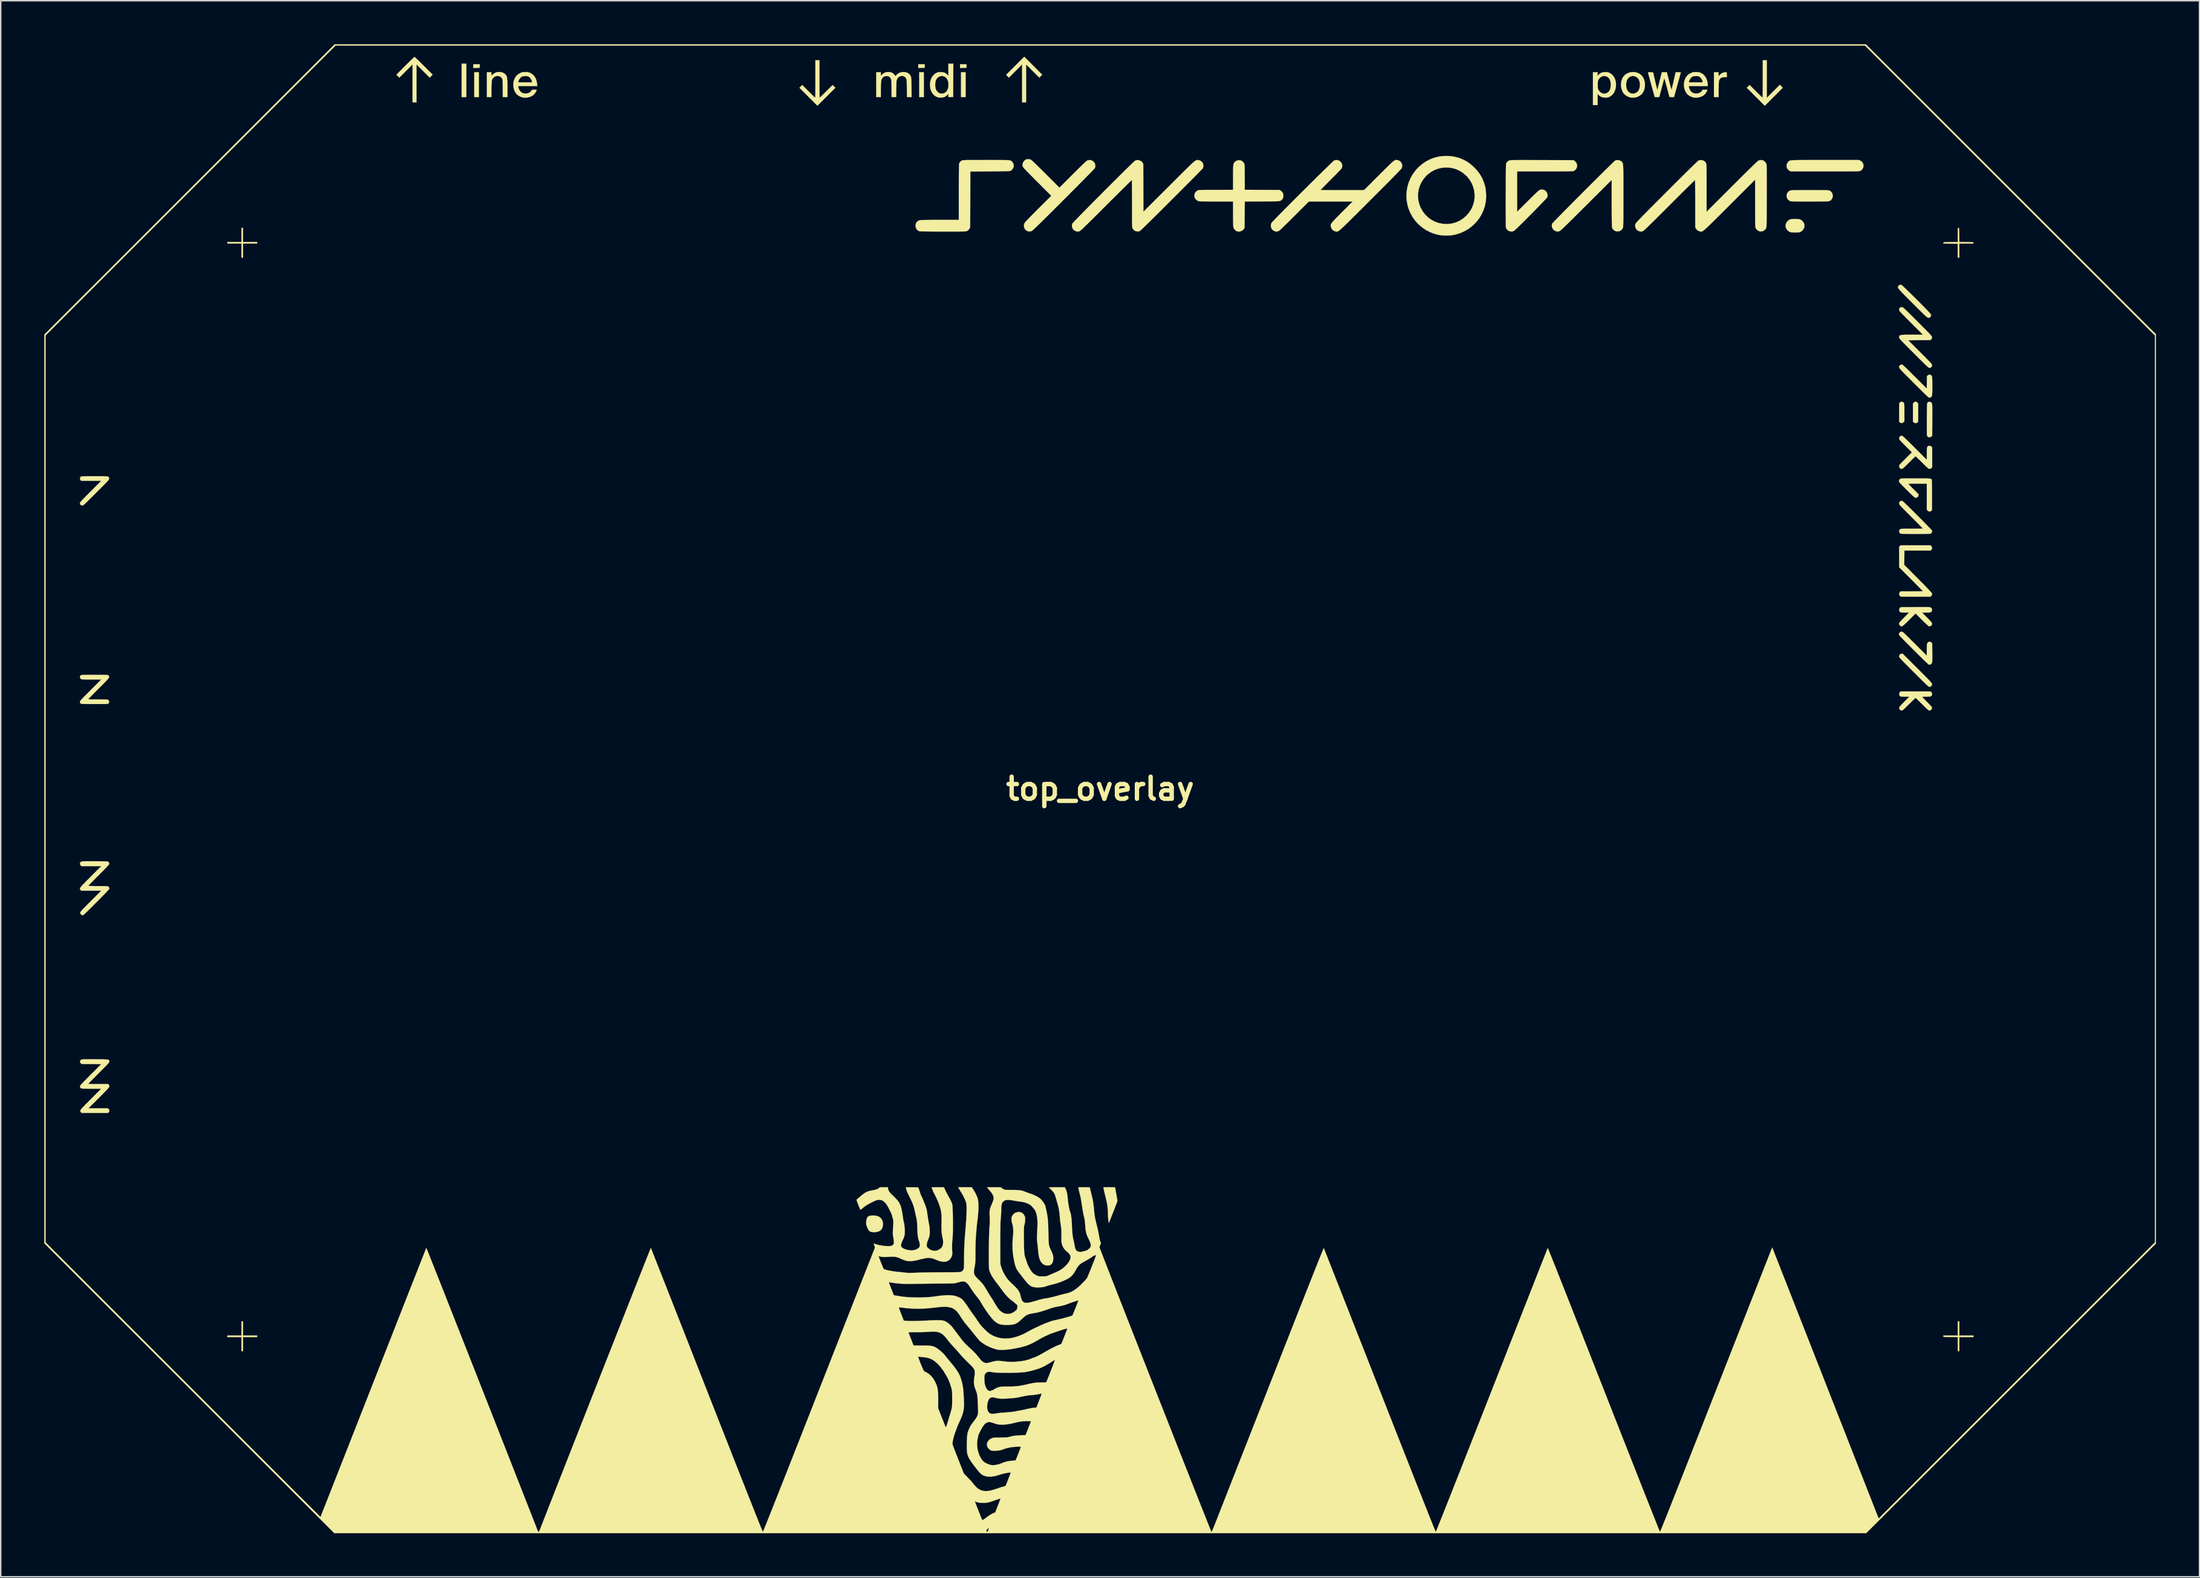
<source format=kicad_pcb>
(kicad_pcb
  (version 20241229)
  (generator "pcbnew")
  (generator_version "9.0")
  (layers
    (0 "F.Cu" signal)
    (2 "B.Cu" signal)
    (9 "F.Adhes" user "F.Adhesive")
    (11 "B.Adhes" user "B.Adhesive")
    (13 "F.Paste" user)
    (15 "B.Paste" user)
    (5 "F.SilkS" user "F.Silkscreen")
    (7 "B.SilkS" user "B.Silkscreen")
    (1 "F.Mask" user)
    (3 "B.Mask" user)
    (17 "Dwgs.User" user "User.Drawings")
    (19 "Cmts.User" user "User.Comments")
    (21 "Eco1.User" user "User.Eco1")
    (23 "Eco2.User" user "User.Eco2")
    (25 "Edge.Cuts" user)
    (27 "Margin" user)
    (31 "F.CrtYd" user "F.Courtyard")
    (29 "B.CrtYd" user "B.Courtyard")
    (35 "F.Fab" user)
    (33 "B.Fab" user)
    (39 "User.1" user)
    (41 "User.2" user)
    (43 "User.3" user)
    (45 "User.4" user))
  (footprint "top_overlay"
    (layer "F.Cu")
    (at 72.776 51.334)
    (property "Reference" "top_overlay" (at 0 0 0) (layer "F.SilkS") (effects (font (size 1.524 1.524) (thickness 0.3))))
    (attr through_hole)
    (fp_poly (pts (xy -43.688 -47.688) (xy -44.005 -47.688) (xy -44.005 -49.996) (xy -43.688 -49.996) (xy -43.688 -47.688)) (stroke (width 0.01) (type solid)) (fill yes) (layer "F.SilkS"))
    (fp_poly (pts (xy -42.82 -47.688) (xy -43.138 -47.688) (xy -43.138 -49.403) (xy -42.82 -49.403) (xy -42.82 -47.688)) (stroke (width 0.01) (type solid)) (fill yes) (layer "F.SilkS"))
    (fp_poly (pts (xy -12.15 -47.688) (xy -12.467 -47.688) (xy -12.467 -49.403) (xy -12.15 -49.403) (xy -12.15 -47.688)) (stroke (width 0.01) (type solid)) (fill yes) (layer "F.SilkS"))
    (fp_poly (pts (xy -9.271 -47.688) (xy -9.588 -47.688) (xy -9.588 -49.403) (xy -9.271 -49.403) (xy -9.271 -47.688)) (stroke (width 0.01) (type solid)) (fill yes) (layer "F.SilkS"))
    (fp_poly (pts (xy -9.212 -49.832) (xy -9.218 -49.71) (xy -9.652 -49.698) (xy -9.652 -49.953) (xy -9.205 -49.953) (xy -9.212 -49.832)) (stroke (width 0.01) (type solid)) (fill yes) (layer "F.SilkS"))
    (fp_poly (pts (xy -42.761 -49.832) (xy -42.767 -49.71) (xy -42.984 -49.704) (xy -43.201 -49.698) (xy -43.201 -49.953) (xy -42.755 -49.953) (xy -42.761 -49.832)) (stroke (width 0.01) (type solid)) (fill yes) (layer "F.SilkS"))
    (fp_poly (pts (xy -12.09 -49.832) (xy -12.097 -49.71) (xy -12.314 -49.704) (xy -12.531 -49.698) (xy -12.531 -49.953) (xy -12.084 -49.953) (xy -12.09 -49.832)) (stroke (width 0.01) (type solid)) (fill yes) (layer "F.SilkS"))
    (fp_poly (pts (xy -59.076 -37.698) (xy -58.102 -37.698) (xy -58.102 -37.592) (xy -59.076 -37.592) (xy -59.076 -36.618) (xy -59.182 -36.618) (xy -59.182 -37.592) (xy -60.156 -37.592) (xy -60.156 -37.698) (xy -59.182 -37.698) (xy -59.182 -38.672) (xy -59.076 -38.672) (xy -59.076 -37.698)) (stroke (width 0.01) (type solid)) (fill yes) (layer "F.SilkS"))
    (fp_poly (pts (xy -59.076 37.698) (xy -58.102 37.698) (xy -58.102 37.804) (xy -59.076 37.804) (xy -59.076 38.777) (xy -59.182 38.777) (xy -59.182 37.804) (xy -60.156 37.804) (xy -60.156 37.698) (xy -59.182 37.698) (xy -59.182 36.724) (xy -59.076 36.724) (xy -59.076 37.698)) (stroke (width 0.01) (type solid)) (fill yes) (layer "F.SilkS"))
    (fp_poly (pts (xy -3.99 -49.234) (xy -4.091 -49.133) (xy -4.191 -49.033) (xy -4.646 -49.488) (xy -5.101 -49.942) (xy -5.101 -47.329) (xy -5.376 -47.329) (xy -5.376 -49.942) (xy -5.831 -49.488) (xy -6.286 -49.033) (xy -6.477 -49.223) (xy -5.852 -49.848) (xy -5.228 -50.472) (xy -3.99 -49.234)) (stroke (width 0.01) (type solid)) (fill yes) (layer "F.SilkS"))
    (fp_poly (pts (xy 59.224 37.698) (xy 60.198 37.698) (xy 60.198 37.804) (xy 59.224 37.804) (xy 59.224 38.777) (xy 59.118 38.777) (xy 59.118 37.804) (xy 58.626 37.799) (xy 58.134 37.793) (xy 58.121 37.698) (xy 59.118 37.698) (xy 59.118 36.724) (xy 59.224 36.724) (xy 59.224 37.698)) (stroke (width 0.01) (type solid)) (fill yes) (layer "F.SilkS"))
    (fp_poly (pts (xy 56.266 -26.674) (xy 56.326 -26.629) (xy 56.388 -26.567) (xy 56.388 -25.313) (xy 56.336 -25.261) (xy 56.267 -25.218) (xy 56.208 -25.209) (xy 56.127 -25.227) (xy 56.08 -25.261) (xy 56.028 -25.313) (xy 56.028 -26.567) (xy 56.09 -26.629) (xy 56.151 -26.674) (xy 56.208 -26.691) (xy 56.266 -26.674)) (stroke (width 0.01) (type solid)) (fill yes) (layer "F.SilkS"))
    (fp_poly (pts (xy -47.235 -50.447) (xy -47.19 -50.405) (xy -47.121 -50.34) (xy -47.032 -50.254) (xy -46.926 -50.151) (xy -46.807 -50.034) (xy -46.677 -49.905) (xy -46.62 -49.848) (xy -46.006 -49.234) (xy -46.207 -49.033) (xy -46.662 -49.488) (xy -47.117 -49.942) (xy -47.117 -47.329) (xy -47.392 -47.329) (xy -47.392 -49.942) (xy -47.847 -49.488) (xy -48.302 -49.033) (xy -48.503 -49.234) (xy -47.89 -49.848) (xy -47.757 -49.98) (xy -47.632 -50.103) (xy -47.521 -50.213) (xy -47.424 -50.306) (xy -47.346 -50.38) (xy -47.29 -50.432) (xy -47.259 -50.459) (xy -47.255 -50.461) (xy -47.235 -50.447)) (stroke (width 0.01) (type solid)) (fill yes) (layer "F.SilkS"))
    (fp_poly (pts (xy 42.63 -49.13) (xy 42.728 -49.235) (xy 42.835 -49.323) (xy 42.956 -49.38) (xy 43.081 -49.401) (xy 43.121 -49.399) (xy 43.191 -49.392) (xy 43.197 -49.228) (xy 43.203 -49.064) (xy 43.036 -49.064) (xy 42.91 -49.056) (xy 42.815 -49.027) (xy 42.744 -48.975) (xy 42.688 -48.895) (xy 42.683 -48.884) (xy 42.67 -48.855) (xy 42.659 -48.822) (xy 42.652 -48.78) (xy 42.646 -48.724) (xy 42.641 -48.646) (xy 42.638 -48.543) (xy 42.636 -48.409) (xy 42.633 -48.244) (xy 42.627 -47.688) (xy 42.312 -47.688) (xy 42.312 -49.403) (xy 42.63 -49.403) (xy 42.63 -49.13)) (stroke (width 0.01) (type solid)) (fill yes) (layer "F.SilkS"))
    (fp_poly (pts (xy 45.953 -47.636) (xy 46.853 -48.536) (xy 47.053 -48.333) (xy 46.434 -47.715) (xy 45.815 -47.096) (xy 45.196 -47.715) (xy 44.576 -48.335) (xy 44.768 -48.524) (xy 45.207 -48.085) (xy 45.319 -47.974) (xy 45.422 -47.873) (xy 45.511 -47.786) (xy 45.583 -47.717) (xy 45.634 -47.669) (xy 45.66 -47.647) (xy 45.662 -47.646) (xy 45.665 -47.667) (xy 45.667 -47.726) (xy 45.67 -47.82) (xy 45.672 -47.946) (xy 45.674 -48.1) (xy 45.675 -48.278) (xy 45.677 -48.476) (xy 45.677 -48.691) (xy 45.678 -48.92) (xy 45.678 -48.937) (xy 45.678 -50.228) (xy 45.953 -50.228) (xy 45.953 -47.636)) (stroke (width 0.01) (type solid)) (fill yes) (layer "F.SilkS"))
    (fp_poly (pts (xy 55.289 -26.68) (xy 55.347 -26.654) (xy 55.393 -26.613) (xy 55.405 -26.595) (xy 55.415 -26.574) (xy 55.422 -26.544) (xy 55.428 -26.501) (xy 55.431 -26.439) (xy 55.434 -26.354) (xy 55.435 -26.24) (xy 55.435 -26.094) (xy 55.435 -25.946) (xy 55.435 -25.333) (xy 55.374 -25.271) (xy 55.3 -25.221) (xy 55.224 -25.211) (xy 55.152 -25.241) (xy 55.128 -25.261) (xy 55.076 -25.313) (xy 55.076 -25.937) (xy 55.076 -26.097) (xy 55.077 -26.244) (xy 55.079 -26.372) (xy 55.082 -26.477) (xy 55.085 -26.551) (xy 55.088 -26.591) (xy 55.089 -26.595) (xy 55.125 -26.638) (xy 55.185 -26.67) (xy 55.254 -26.683) (xy 55.289 -26.68)) (stroke (width 0.01) (type solid)) (fill yes) (layer "F.SilkS"))
    (fp_poly (pts (xy 48.042 -39.283) (xy 48.15 -39.274) (xy 48.233 -39.257) (xy 48.3 -39.229) (xy 48.359 -39.187) (xy 48.411 -39.138) (xy 48.497 -39.026) (xy 48.542 -38.907) (xy 48.546 -38.779) (xy 48.534 -38.711) (xy 48.494 -38.611) (xy 48.426 -38.516) (xy 48.342 -38.437) (xy 48.251 -38.385) (xy 48.228 -38.377) (xy 48.158 -38.365) (xy 48.059 -38.358) (xy 47.944 -38.355) (xy 47.824 -38.356) (xy 47.711 -38.362) (xy 47.617 -38.372) (xy 47.552 -38.385) (xy 47.551 -38.386) (xy 47.488 -38.419) (xy 47.419 -38.471) (xy 47.378 -38.509) (xy 47.294 -38.624) (xy 47.251 -38.746) (xy 47.248 -38.872) (xy 47.285 -38.995) (xy 47.362 -39.111) (xy 47.389 -39.14) (xy 47.451 -39.195) (xy 47.512 -39.235) (xy 47.583 -39.261) (xy 47.672 -39.277) (xy 47.787 -39.284) (xy 47.9 -39.285) (xy 48.042 -39.283)) (stroke (width 0.01) (type solid)) (fill yes) (layer "F.SilkS"))
    (fp_poly (pts (xy -15.475 29.434) (xy -15.323 29.471) (xy -15.198 29.534) (xy -15.102 29.619) (xy -15.031 29.719) (xy -14.987 29.826) (xy -14.968 29.953) (xy -14.969 30.088) (xy -14.996 30.238) (xy -15.056 30.362) (xy -15.147 30.458) (xy -15.27 30.525) (xy -15.422 30.564) (xy -15.498 30.574) (xy -15.558 30.581) (xy -15.589 30.583) (xy -15.589 30.583) (xy -15.621 30.579) (xy -15.679 30.57) (xy -15.72 30.565) (xy -15.813 30.543) (xy -15.886 30.506) (xy -15.947 30.446) (xy -16.001 30.357) (xy -16.054 30.233) (xy -16.055 30.231) (xy -16.091 30.134) (xy -16.113 30.063) (xy -16.124 30.004) (xy -16.126 29.944) (xy -16.122 29.869) (xy -16.122 29.866) (xy -16.103 29.715) (xy -16.069 29.6) (xy -16.015 29.518) (xy -15.938 29.464) (xy -15.832 29.433) (xy -15.692 29.422) (xy -15.659 29.422) (xy -15.475 29.434)) (stroke (width 0.01) (type solid)) (fill yes) (layer "F.SilkS"))
    (fp_poly (pts (xy 59.166 -38.668) (xy 59.181 -38.665) (xy 59.193 -38.657) (xy 59.202 -38.639) (xy 59.208 -38.607) (xy 59.212 -38.554) (xy 59.215 -38.476) (xy 59.217 -38.367) (xy 59.219 -38.223) (xy 59.219 -38.18) (xy 59.225 -37.699) (xy 59.706 -37.693) (xy 59.861 -37.691) (xy 59.978 -37.689) (xy 60.064 -37.686) (xy 60.122 -37.683) (xy 60.159 -37.677) (xy 60.18 -37.669) (xy 60.19 -37.658) (xy 60.194 -37.644) (xy 60.194 -37.64) (xy 60.201 -37.592) (xy 59.224 -37.592) (xy 59.224 -36.618) (xy 59.119 -36.618) (xy 59.114 -37.1) (xy 59.108 -37.581) (xy 58.614 -37.587) (xy 58.121 -37.593) (xy 58.128 -37.64) (xy 58.131 -37.655) (xy 58.138 -37.667) (xy 58.156 -37.675) (xy 58.188 -37.681) (xy 58.241 -37.685) (xy 58.318 -37.688) (xy 58.426 -37.69) (xy 58.57 -37.692) (xy 58.626 -37.693) (xy 59.118 -37.699) (xy 59.118 -38.674) (xy 59.166 -38.668)) (stroke (width 0.01) (type solid)) (fill yes) (layer "F.SilkS"))
    (fp_poly (pts (xy 57.247 -26.664) (xy 57.307 -26.614) (xy 57.341 -26.548) (xy 57.347 -26.508) (xy 57.352 -26.431) (xy 57.355 -26.317) (xy 57.358 -26.165) (xy 57.359 -25.974) (xy 57.359 -25.742) (xy 57.358 -25.469) (xy 57.358 -25.407) (xy 57.351 -24.345) (xy 57.3 -24.29) (xy 57.235 -24.248) (xy 57.158 -24.234) (xy 57.084 -24.25) (xy 57.045 -24.278) (xy 57.008 -24.327) (xy 56.991 -24.368) (xy 56.989 -24.398) (xy 56.987 -24.466) (xy 56.986 -24.568) (xy 56.985 -24.7) (xy 56.984 -24.857) (xy 56.984 -25.036) (xy 56.984 -25.232) (xy 56.985 -25.441) (xy 56.985 -25.498) (xy 56.987 -25.741) (xy 56.988 -25.944) (xy 56.99 -26.113) (xy 56.992 -26.25) (xy 56.994 -26.358) (xy 56.997 -26.442) (xy 57 -26.505) (xy 57.005 -26.551) (xy 57.01 -26.582) (xy 57.017 -26.603) (xy 57.025 -26.617) (xy 57.03 -26.624) (xy 57.098 -26.671) (xy 57.174 -26.684) (xy 57.247 -26.664)) (stroke (width 0.01) (type solid)) (fill yes) (layer "F.SilkS"))
    (fp_poly (pts (xy -19.346 -48.937) (xy -19.346 -48.708) (xy -19.345 -48.491) (xy -19.344 -48.292) (xy -19.343 -48.112) (xy -19.341 -47.957) (xy -19.339 -47.829) (xy -19.336 -47.732) (xy -19.334 -47.67) (xy -19.331 -47.646) (xy -19.331 -47.646) (xy -19.312 -47.661) (xy -19.268 -47.701) (xy -19.201 -47.765) (xy -19.117 -47.847) (xy -19.018 -47.944) (xy -18.908 -48.053) (xy -18.876 -48.085) (xy -18.436 -48.524) (xy -18.246 -48.334) (xy -18.865 -47.715) (xy -19.484 -47.096) (xy -20.723 -48.335) (xy -20.627 -48.429) (xy -20.531 -48.524) (xy -20.092 -48.085) (xy -19.98 -47.974) (xy -19.878 -47.873) (xy -19.788 -47.786) (xy -19.716 -47.717) (xy -19.666 -47.669) (xy -19.639 -47.647) (xy -19.637 -47.646) (xy -19.634 -47.667) (xy -19.632 -47.726) (xy -19.629 -47.82) (xy -19.627 -47.946) (xy -19.625 -48.1) (xy -19.624 -48.278) (xy -19.623 -48.476) (xy -19.622 -48.691) (xy -19.622 -48.92) (xy -19.622 -48.937) (xy -19.622 -50.228) (xy -19.346 -50.228) (xy -19.346 -48.937)) (stroke (width 0.01) (type solid)) (fill yes) (layer "F.SilkS"))
    (fp_poly (pts (xy 57.289 -16.733) (xy 57.336 -16.66) (xy 57.344 -16.578) (xy 57.314 -16.5) (xy 57.293 -16.473) (xy 57.248 -16.425) (xy 55.437 -16.425) (xy 55.425 -15.441) (xy 56.381 -14.478) (xy 56.56 -14.297) (xy 56.726 -14.129) (xy 56.876 -13.974) (xy 57.009 -13.837) (xy 57.123 -13.717) (xy 57.215 -13.619) (xy 57.284 -13.544) (xy 57.327 -13.494) (xy 57.341 -13.473) (xy 57.342 -13.398) (xy 57.323 -13.344) (xy 57.289 -13.302) (xy 57.237 -13.25) (xy 55.18 -13.25) (xy 55.128 -13.302) (xy 55.084 -13.371) (xy 55.076 -13.43) (xy 55.093 -13.511) (xy 55.128 -13.558) (xy 55.18 -13.61) (xy 55.943 -13.61) (xy 56.118 -13.611) (xy 56.278 -13.612) (xy 56.42 -13.614) (xy 56.539 -13.616) (xy 56.629 -13.619) (xy 56.686 -13.623) (xy 56.706 -13.626) (xy 56.691 -13.644) (xy 56.649 -13.688) (xy 56.583 -13.757) (xy 56.495 -13.848) (xy 56.387 -13.957) (xy 56.264 -14.082) (xy 56.126 -14.221) (xy 55.978 -14.369) (xy 55.891 -14.457) (xy 55.076 -15.272) (xy 55.076 -16.681) (xy 55.18 -16.785) (xy 57.237 -16.785) (xy 57.289 -16.733)) (stroke (width 0.01) (type solid)) (fill yes) (layer "F.SilkS"))
    (fp_poly (pts (xy -41.357 -49.418) (xy -41.207 -49.39) (xy -41.084 -49.334) (xy -40.983 -49.246) (xy -40.983 -49.246) (xy -40.948 -49.203) (xy -40.92 -49.159) (xy -40.898 -49.108) (xy -40.881 -49.046) (xy -40.869 -48.967) (xy -40.861 -48.867) (xy -40.855 -48.742) (xy -40.853 -48.585) (xy -40.852 -48.392) (xy -40.852 -48.32) (xy -40.852 -47.688) (xy -41.166 -47.688) (xy -41.173 -48.297) (xy -41.175 -48.475) (xy -41.177 -48.616) (xy -41.18 -48.724) (xy -41.184 -48.806) (xy -41.189 -48.866) (xy -41.196 -48.909) (xy -41.204 -48.94) (xy -41.215 -48.965) (xy -41.222 -48.977) (xy -41.292 -49.066) (xy -41.379 -49.12) (xy -41.493 -49.144) (xy -41.493 -49.144) (xy -41.626 -49.137) (xy -41.741 -49.092) (xy -41.833 -49.014) (xy -41.9 -48.903) (xy -41.93 -48.81) (xy -41.936 -48.762) (xy -41.941 -48.679) (xy -41.946 -48.568) (xy -41.949 -48.437) (xy -41.951 -48.292) (xy -41.952 -48.202) (xy -41.952 -47.688) (xy -42.27 -47.688) (xy -42.27 -49.403) (xy -41.952 -49.403) (xy -41.952 -49.164) (xy -41.849 -49.261) (xy -41.726 -49.351) (xy -41.589 -49.404) (xy -41.432 -49.421) (xy -41.357 -49.418)) (stroke (width 0.01) (type solid)) (fill yes) (layer "F.SilkS"))
    (fp_poly (pts (xy 56.326 -8.306) (xy 56.525 -8.107) (xy 56.696 -7.936) (xy 56.842 -7.79) (xy 56.964 -7.667) (xy 57.064 -7.565) (xy 57.144 -7.481) (xy 57.208 -7.414) (xy 57.256 -7.361) (xy 57.29 -7.319) (xy 57.314 -7.287) (xy 57.329 -7.262) (xy 57.337 -7.242) (xy 57.34 -7.225) (xy 57.34 -7.212) (xy 57.323 -7.128) (xy 57.274 -7.065) (xy 57.203 -7.031) (xy 57.167 -7.027) (xy 57.152 -7.029) (xy 57.133 -7.037) (xy 57.108 -7.051) (xy 57.076 -7.075) (xy 57.033 -7.111) (xy 56.978 -7.16) (xy 56.909 -7.225) (xy 56.823 -7.308) (xy 56.718 -7.411) (xy 56.591 -7.535) (xy 56.442 -7.684) (xy 56.266 -7.858) (xy 56.087 -8.038) (xy 55.888 -8.237) (xy 55.717 -8.408) (xy 55.572 -8.554) (xy 55.45 -8.677) (xy 55.35 -8.779) (xy 55.27 -8.862) (xy 55.207 -8.929) (xy 55.159 -8.982) (xy 55.124 -9.024) (xy 55.101 -9.055) (xy 55.086 -9.08) (xy 55.079 -9.1) (xy 55.076 -9.116) (xy 55.076 -9.125) (xy 55.093 -9.212) (xy 55.143 -9.273) (xy 55.225 -9.305) (xy 55.231 -9.306) (xy 55.312 -9.319) (xy 56.326 -8.306)) (stroke (width 0.01) (type solid)) (fill yes) (layer "F.SilkS"))
    (fp_poly (pts (xy 0.758 27.475) (xy 0.868 27.477) (xy 0.955 27.481) (xy 1.014 27.485) (xy 1.038 27.49) (xy 1.038 27.49) (xy 1.041 27.519) (xy 1.051 27.582) (xy 1.066 27.67) (xy 1.084 27.774) (xy 1.103 27.888) (xy 1.123 28.001) (xy 1.142 28.106) (xy 1.158 28.195) (xy 1.17 28.26) (xy 1.171 28.262) (xy 1.185 28.342) (xy 1.189 28.4) (xy 1.18 28.455) (xy 1.157 28.526) (xy 1.153 28.538) (xy 1.131 28.596) (xy 1.097 28.686) (xy 1.052 28.802) (xy 1 28.936) (xy 0.943 29.082) (xy 0.884 29.233) (xy 0.825 29.382) (xy 0.77 29.523) (xy 0.72 29.647) (xy 0.679 29.749) (xy 0.649 29.822) (xy 0.64 29.845) (xy 0.598 29.94) (xy 0.576 29.824) (xy 0.568 29.765) (xy 0.56 29.673) (xy 0.553 29.557) (xy 0.546 29.427) (xy 0.542 29.305) (xy 0.536 29.136) (xy 0.527 28.988) (xy 0.515 28.852) (xy 0.498 28.72) (xy 0.474 28.582) (xy 0.443 28.428) (xy 0.402 28.251) (xy 0.363 28.088) (xy 0.33 27.952) (xy 0.299 27.825) (xy 0.274 27.714) (xy 0.254 27.627) (xy 0.243 27.571) (xy 0.242 27.564) (xy 0.227 27.474) (xy 0.632 27.474) (xy 0.758 27.475)) (stroke (width 0.01) (type solid)) (fill yes) (layer "F.SilkS"))
    (fp_poly (pts (xy 49.715 -43.349) (xy 49.967 -43.349) (xy 52.311 -43.349) (xy 52.403 -43.304) (xy 52.502 -43.236) (xy 52.57 -43.145) (xy 52.608 -43.041) (xy 52.616 -42.93) (xy 52.594 -42.821) (xy 52.542 -42.721) (xy 52.459 -42.639) (xy 52.408 -42.608) (xy 52.394 -42.601) (xy 52.378 -42.596) (xy 52.359 -42.591) (xy 52.332 -42.586) (xy 52.297 -42.582) (xy 52.249 -42.579) (xy 52.188 -42.576) (xy 52.111 -42.574) (xy 52.015 -42.572) (xy 51.898 -42.57) (xy 51.758 -42.569) (xy 51.592 -42.568) (xy 51.397 -42.567) (xy 51.172 -42.567) (xy 50.914 -42.566) (xy 50.621 -42.566) (xy 50.289 -42.566) (xy 49.958 -42.566) (xy 47.591 -42.566) (xy 47.495 -42.627) (xy 47.4 -42.71) (xy 47.339 -42.811) (xy 47.314 -42.924) (xy 47.326 -43.04) (xy 47.374 -43.154) (xy 47.421 -43.217) (xy 47.438 -43.237) (xy 47.453 -43.255) (xy 47.468 -43.271) (xy 47.487 -43.285) (xy 47.511 -43.298) (xy 47.542 -43.308) (xy 47.583 -43.317) (xy 47.636 -43.325) (xy 47.705 -43.331) (xy 47.79 -43.337) (xy 47.894 -43.341) (xy 48.021 -43.344) (xy 48.171 -43.346) (xy 48.348 -43.348) (xy 48.554 -43.349) (xy 48.792 -43.349) (xy 49.063 -43.349) (xy 49.37 -43.349) (xy 49.715 -43.349)) (stroke (width 0.01) (type solid)) (fill yes) (layer "F.SilkS"))
    (fp_poly (pts (xy 55.239 -34.737) (xy 55.264 -34.718) (xy 55.316 -34.671) (xy 55.393 -34.6) (xy 55.492 -34.506) (xy 55.61 -34.392) (xy 55.744 -34.261) (xy 55.893 -34.116) (xy 56.052 -33.958) (xy 56.22 -33.791) (xy 56.289 -33.722) (xy 56.488 -33.523) (xy 56.66 -33.35) (xy 56.806 -33.203) (xy 56.928 -33.079) (xy 57.028 -32.976) (xy 57.108 -32.891) (xy 57.17 -32.822) (xy 57.215 -32.766) (xy 57.247 -32.721) (xy 57.266 -32.686) (xy 57.275 -32.657) (xy 57.276 -32.632) (xy 57.271 -32.609) (xy 57.261 -32.585) (xy 57.253 -32.568) (xy 57.216 -32.519) (xy 57.178 -32.493) (xy 57.153 -32.482) (xy 57.13 -32.473) (xy 57.107 -32.47) (xy 57.081 -32.473) (xy 57.05 -32.486) (xy 57.012 -32.509) (xy 56.964 -32.545) (xy 56.904 -32.596) (xy 56.83 -32.663) (xy 56.739 -32.749) (xy 56.63 -32.856) (xy 56.499 -32.985) (xy 56.344 -33.138) (xy 56.164 -33.319) (xy 56.013 -33.469) (xy 55.808 -33.675) (xy 55.63 -33.852) (xy 55.479 -34.004) (xy 55.353 -34.133) (xy 55.249 -34.241) (xy 55.165 -34.331) (xy 55.1 -34.404) (xy 55.052 -34.463) (xy 55.019 -34.51) (xy 54.999 -34.548) (xy 54.991 -34.578) (xy 54.992 -34.604) (xy 55 -34.627) (xy 55.014 -34.649) (xy 55.027 -34.668) (xy 55.094 -34.729) (xy 55.17 -34.751) (xy 55.239 -34.737)) (stroke (width 0.01) (type solid)) (fill yes) (layer "F.SilkS"))
    (fp_poly (pts (xy 36.823 -49.415) (xy 36.993 -49.38) (xy 37.153 -49.312) (xy 37.294 -49.211) (xy 37.314 -49.193) (xy 37.416 -49.064) (xy 37.491 -48.912) (xy 37.537 -48.744) (xy 37.556 -48.566) (xy 37.547 -48.387) (xy 37.51 -48.215) (xy 37.446 -48.057) (xy 37.353 -47.92) (xy 37.314 -47.879) (xy 37.176 -47.774) (xy 37.016 -47.699) (xy 36.843 -47.656) (xy 36.666 -47.65) (xy 36.513 -47.675) (xy 36.336 -47.743) (xy 36.188 -47.841) (xy 36.071 -47.967) (xy 36.005 -48.076) (xy 35.94 -48.25) (xy 35.906 -48.433) (xy 35.905 -48.535) (xy 36.258 -48.535) (xy 36.268 -48.373) (xy 36.3 -48.241) (xy 36.355 -48.132) (xy 36.417 -48.058) (xy 36.528 -47.973) (xy 36.649 -47.929) (xy 36.776 -47.926) (xy 36.909 -47.965) (xy 36.931 -47.976) (xy 37.042 -48.054) (xy 37.125 -48.163) (xy 37.18 -48.3) (xy 37.206 -48.464) (xy 37.204 -48.618) (xy 37.176 -48.784) (xy 37.12 -48.92) (xy 37.035 -49.025) (xy 36.973 -49.071) (xy 36.845 -49.129) (xy 36.715 -49.147) (xy 36.59 -49.125) (xy 36.474 -49.064) (xy 36.413 -49.01) (xy 36.338 -48.91) (xy 36.288 -48.793) (xy 36.263 -48.65) (xy 36.258 -48.535) (xy 35.905 -48.535) (xy 35.904 -48.617) (xy 35.931 -48.796) (xy 35.988 -48.961) (xy 36.072 -49.107) (xy 36.169 -49.213) (xy 36.314 -49.314) (xy 36.476 -49.382) (xy 36.648 -49.415) (xy 36.823 -49.415)) (stroke (width 0.01) (type solid)) (fill yes) (layer "F.SilkS"))
    (fp_poly (pts (xy 55.29 -29.243) (xy 55.329 -29.214) (xy 55.386 -29.165) (xy 55.465 -29.093) (xy 55.566 -28.997) (xy 55.691 -28.876) (xy 55.841 -28.728) (xy 56.018 -28.552) (xy 56.148 -28.423) (xy 56.978 -27.594) (xy 56.985 -28.023) (xy 56.991 -28.452) (xy 57.051 -28.503) (xy 57.127 -28.546) (xy 57.204 -28.55) (xy 57.272 -28.519) (xy 57.323 -28.454) (xy 57.34 -28.41) (xy 57.346 -28.366) (xy 57.351 -28.286) (xy 57.356 -28.175) (xy 57.359 -28.038) (xy 57.361 -27.882) (xy 57.361 -27.76) (xy 57.361 -27.594) (xy 57.358 -27.443) (xy 57.355 -27.312) (xy 57.35 -27.209) (xy 57.344 -27.138) (xy 57.34 -27.11) (xy 57.299 -27.028) (xy 57.234 -26.98) (xy 57.162 -26.966) (xy 57.146 -26.969) (xy 57.125 -26.979) (xy 57.097 -26.998) (xy 57.059 -27.028) (xy 57.01 -27.071) (xy 56.946 -27.13) (xy 56.866 -27.205) (xy 56.768 -27.3) (xy 56.65 -27.417) (xy 56.509 -27.556) (xy 56.343 -27.721) (xy 56.15 -27.914) (xy 56.087 -27.977) (xy 55.887 -28.177) (xy 55.715 -28.35) (xy 55.568 -28.497) (xy 55.446 -28.621) (xy 55.345 -28.724) (xy 55.264 -28.808) (xy 55.201 -28.876) (xy 55.153 -28.929) (xy 55.119 -28.971) (xy 55.096 -29.002) (xy 55.083 -29.026) (xy 55.077 -29.044) (xy 55.076 -29.055) (xy 55.08 -29.113) (xy 55.089 -29.156) (xy 55.121 -29.194) (xy 55.178 -29.228) (xy 55.242 -29.25) (xy 55.27 -29.252) (xy 55.29 -29.243)) (stroke (width 0.01) (type solid)) (fill yes) (layer "F.SilkS"))
    (fp_poly (pts (xy -10.123 -48.847) (xy -10.128 -47.699) (xy -10.456 -47.687) (xy -10.456 -47.921) (xy -10.532 -47.838) (xy -10.596 -47.778) (xy -10.671 -47.725) (xy -10.699 -47.71) (xy -10.8 -47.676) (xy -10.923 -47.657) (xy -11.05 -47.655) (xy -11.163 -47.67) (xy -11.177 -47.674) (xy -11.33 -47.738) (xy -11.461 -47.837) (xy -11.568 -47.965) (xy -11.65 -48.121) (xy -11.703 -48.3) (xy -11.725 -48.498) (xy -11.726 -48.535) (xy -11.721 -48.593) (xy -11.365 -48.593) (xy -11.364 -48.452) (xy -11.348 -48.321) (xy -11.334 -48.264) (xy -11.278 -48.139) (xy -11.197 -48.04) (xy -11.095 -47.969) (xy -10.981 -47.93) (xy -10.86 -47.927) (xy -10.757 -47.954) (xy -10.644 -48.024) (xy -10.554 -48.125) (xy -10.491 -48.253) (xy -10.455 -48.405) (xy -10.448 -48.575) (xy -10.458 -48.674) (xy -10.495 -48.832) (xy -10.557 -48.957) (xy -10.645 -49.052) (xy -10.74 -49.109) (xy -10.864 -49.144) (xy -10.986 -49.139) (xy -11.101 -49.099) (xy -11.203 -49.025) (xy -11.284 -48.921) (xy -11.324 -48.837) (xy -11.352 -48.727) (xy -11.365 -48.593) (xy -11.721 -48.593) (xy -11.709 -48.738) (xy -11.66 -48.922) (xy -11.581 -49.084) (xy -11.474 -49.219) (xy -11.341 -49.324) (xy -11.285 -49.355) (xy -11.216 -49.385) (xy -11.154 -49.403) (xy -11.081 -49.411) (xy -10.986 -49.413) (xy -10.836 -49.403) (xy -10.715 -49.369) (xy -10.612 -49.308) (xy -10.532 -49.232) (xy -10.456 -49.149) (xy -10.456 -49.996) (xy -10.117 -49.996) (xy -10.123 -48.847)) (stroke (width 0.01) (type solid)) (fill yes) (layer "F.SilkS"))
    (fp_poly (pts (xy 55.268 -10.835) (xy 55.289 -10.826) (xy 55.316 -10.809) (xy 55.353 -10.781) (xy 55.401 -10.74) (xy 55.463 -10.683) (xy 55.541 -10.609) (xy 55.638 -10.515) (xy 55.756 -10.398) (xy 55.898 -10.257) (xy 56.067 -10.089) (xy 56.149 -10.007) (xy 56.981 -9.176) (xy 56.981 -9.563) (xy 56.982 -9.719) (xy 56.985 -9.839) (xy 56.991 -9.926) (xy 57 -9.987) (xy 57.011 -10.021) (xy 57.06 -10.095) (xy 57.127 -10.134) (xy 57.204 -10.134) (xy 57.282 -10.096) (xy 57.292 -10.088) (xy 57.351 -10.037) (xy 57.357 -9.389) (xy 57.359 -9.202) (xy 57.359 -9.052) (xy 57.359 -8.935) (xy 57.356 -8.845) (xy 57.353 -8.779) (xy 57.347 -8.731) (xy 57.34 -8.697) (xy 57.33 -8.671) (xy 57.33 -8.67) (xy 57.274 -8.598) (xy 57.195 -8.558) (xy 57.144 -8.551) (xy 57.123 -8.562) (xy 57.082 -8.594) (xy 57.02 -8.65) (xy 56.934 -8.729) (xy 56.825 -8.833) (xy 56.691 -8.963) (xy 56.531 -9.12) (xy 56.344 -9.306) (xy 56.129 -9.52) (xy 56.073 -9.576) (xy 55.873 -9.776) (xy 55.701 -9.948) (xy 55.555 -10.095) (xy 55.432 -10.218) (xy 55.332 -10.321) (xy 55.251 -10.405) (xy 55.187 -10.472) (xy 55.139 -10.525) (xy 55.105 -10.566) (xy 55.081 -10.597) (xy 55.068 -10.621) (xy 55.061 -10.639) (xy 55.06 -10.654) (xy 55.062 -10.669) (xy 55.062 -10.671) (xy 55.095 -10.749) (xy 55.155 -10.807) (xy 55.231 -10.836) (xy 55.251 -10.837) (xy 55.268 -10.835)) (stroke (width 0.01) (type solid)) (fill yes) (layer "F.SilkS"))
    (fp_poly (pts (xy 49.18 -41.275) (xy 49.408 -41.275) (xy 49.601 -41.274) (xy 49.761 -41.273) (xy 49.892 -41.272) (xy 49.997 -41.27) (xy 50.08 -41.268) (xy 50.143 -41.264) (xy 50.191 -41.26) (xy 50.227 -41.255) (xy 50.253 -41.249) (xy 50.273 -41.242) (xy 50.288 -41.235) (xy 50.376 -41.178) (xy 50.436 -41.107) (xy 50.471 -41.037) (xy 50.501 -40.912) (xy 50.49 -40.786) (xy 50.471 -40.73) (xy 50.421 -40.638) (xy 50.355 -40.572) (xy 50.288 -40.532) (xy 50.27 -40.524) (xy 50.249 -40.517) (xy 50.221 -40.511) (xy 50.184 -40.506) (xy 50.133 -40.502) (xy 50.067 -40.499) (xy 49.98 -40.496) (xy 49.871 -40.495) (xy 49.735 -40.493) (xy 49.569 -40.493) (xy 49.371 -40.492) (xy 49.136 -40.492) (xy 48.912 -40.492) (xy 48.645 -40.492) (xy 48.418 -40.492) (xy 48.226 -40.492) (xy 48.066 -40.493) (xy 47.935 -40.494) (xy 47.83 -40.496) (xy 47.747 -40.499) (xy 47.683 -40.502) (xy 47.635 -40.506) (xy 47.599 -40.511) (xy 47.572 -40.517) (xy 47.55 -40.525) (xy 47.531 -40.533) (xy 47.524 -40.537) (xy 47.432 -40.604) (xy 47.364 -40.697) (xy 47.323 -40.807) (xy 47.315 -40.92) (xy 47.33 -40.992) (xy 47.384 -41.108) (xy 47.464 -41.193) (xy 47.53 -41.233) (xy 47.549 -41.241) (xy 47.57 -41.249) (xy 47.597 -41.255) (xy 47.632 -41.26) (xy 47.68 -41.264) (xy 47.743 -41.268) (xy 47.824 -41.27) (xy 47.928 -41.272) (xy 48.057 -41.273) (xy 48.214 -41.274) (xy 48.404 -41.275) (xy 48.629 -41.275) (xy 48.893 -41.275) (xy 48.913 -41.275) (xy 49.18 -41.275)) (stroke (width 0.01) (type solid)) (fill yes) (layer "F.SilkS"))
    (fp_poly (pts (xy 34.917 -49.411) (xy 34.989 -49.403) (xy 35.052 -49.385) (xy 35.118 -49.355) (xy 35.261 -49.262) (xy 35.379 -49.138) (xy 35.469 -48.986) (xy 35.529 -48.811) (xy 35.558 -48.618) (xy 35.56 -48.547) (xy 35.543 -48.338) (xy 35.494 -48.151) (xy 35.416 -47.988) (xy 35.309 -47.852) (xy 35.176 -47.747) (xy 35.118 -47.715) (xy 35.05 -47.685) (xy 34.987 -47.667) (xy 34.915 -47.659) (xy 34.819 -47.657) (xy 34.67 -47.668) (xy 34.548 -47.702) (xy 34.445 -47.763) (xy 34.365 -47.838) (xy 34.29 -47.921) (xy 34.29 -47.138) (xy 33.972 -47.138) (xy 33.972 -48.535) (xy 34.301 -48.535) (xy 34.301 -48.42) (xy 34.305 -48.338) (xy 34.312 -48.278) (xy 34.324 -48.233) (xy 34.343 -48.192) (xy 34.346 -48.186) (xy 34.429 -48.07) (xy 34.53 -47.986) (xy 34.644 -47.936) (xy 34.766 -47.923) (xy 34.889 -47.95) (xy 34.899 -47.954) (xy 35.016 -48.024) (xy 35.103 -48.123) (xy 35.163 -48.253) (xy 35.195 -48.415) (xy 35.2 -48.535) (xy 35.188 -48.712) (xy 35.15 -48.857) (xy 35.087 -48.972) (xy 35.047 -49.017) (xy 34.937 -49.098) (xy 34.818 -49.14) (xy 34.698 -49.144) (xy 34.581 -49.112) (xy 34.474 -49.044) (xy 34.381 -48.942) (xy 34.346 -48.884) (xy 34.327 -48.843) (xy 34.314 -48.799) (xy 34.306 -48.742) (xy 34.302 -48.663) (xy 34.301 -48.553) (xy 34.301 -48.535) (xy 33.972 -48.535) (xy 33.972 -49.403) (xy 34.29 -49.403) (xy 34.29 -49.149) (xy 34.365 -49.232) (xy 34.461 -49.319) (xy 34.566 -49.376) (xy 34.691 -49.406) (xy 34.819 -49.413) (xy 34.917 -49.411)) (stroke (width 0.01) (type solid)) (fill yes) (layer "F.SilkS"))
    (fp_poly (pts (xy -69.083 -21.548) (xy -68.901 -21.547) (xy -68.753 -21.547) (xy -68.636 -21.545) (xy -68.545 -21.543) (xy -68.478 -21.54) (xy -68.43 -21.536) (xy -68.396 -21.531) (xy -68.374 -21.524) (xy -68.359 -21.516) (xy -68.347 -21.506) (xy -68.347 -21.505) (xy -68.312 -21.442) (xy -68.305 -21.384) (xy -68.306 -21.366) (xy -68.31 -21.348) (xy -68.321 -21.326) (xy -68.339 -21.298) (xy -68.368 -21.261) (xy -68.409 -21.214) (xy -68.465 -21.153) (xy -68.538 -21.077) (xy -68.63 -20.982) (xy -68.744 -20.867) (xy -68.882 -20.729) (xy -69.045 -20.565) (xy -69.189 -20.421) (xy -69.374 -20.236) (xy -69.532 -20.079) (xy -69.664 -19.947) (xy -69.774 -19.838) (xy -69.864 -19.751) (xy -69.937 -19.682) (xy -69.994 -19.63) (xy -70.039 -19.592) (xy -70.073 -19.566) (xy -70.099 -19.55) (xy -70.12 -19.541) (xy -70.139 -19.537) (xy -70.152 -19.537) (xy -70.233 -19.552) (xy -70.273 -19.579) (xy -70.307 -19.636) (xy -70.316 -19.69) (xy -70.313 -19.708) (xy -70.305 -19.729) (xy -70.288 -19.757) (xy -70.259 -19.794) (xy -70.218 -19.843) (xy -70.16 -19.905) (xy -70.084 -19.985) (xy -69.987 -20.085) (xy -69.867 -20.206) (xy -69.721 -20.353) (xy -69.581 -20.494) (xy -68.845 -21.23) (xy -70.224 -21.23) (xy -70.27 -21.279) (xy -70.309 -21.347) (xy -70.311 -21.422) (xy -70.279 -21.489) (xy -70.267 -21.502) (xy -70.254 -21.513) (xy -70.24 -21.522) (xy -70.22 -21.529) (xy -70.19 -21.535) (xy -70.146 -21.54) (xy -70.085 -21.543) (xy -70.002 -21.545) (xy -69.894 -21.546) (xy -69.757 -21.547) (xy -69.587 -21.548) (xy -69.379 -21.548) (xy -69.304 -21.548) (xy -69.083 -21.548)) (stroke (width 0.01) (type solid)) (fill yes) (layer "F.SilkS"))
    (fp_poly (pts (xy 56.716 -12.528) (xy 56.87 -12.527) (xy 56.998 -12.526) (xy 57.098 -12.524) (xy 57.163 -12.522) (xy 57.187 -12.52) (xy 57.267 -12.487) (xy 57.321 -12.428) (xy 57.34 -12.35) (xy 57.34 -12.348) (xy 57.335 -12.28) (xy 57.316 -12.228) (xy 57.279 -12.192) (xy 57.217 -12.169) (xy 57.125 -12.156) (xy 57 -12.15) (xy 56.924 -12.15) (xy 56.654 -12.15) (xy 56.997 -11.804) (xy 57.11 -11.691) (xy 57.195 -11.602) (xy 57.257 -11.535) (xy 57.299 -11.485) (xy 57.324 -11.447) (xy 57.337 -11.418) (xy 57.34 -11.393) (xy 57.336 -11.335) (xy 57.327 -11.293) (xy 57.292 -11.252) (xy 57.233 -11.22) (xy 57.166 -11.205) (xy 57.132 -11.207) (xy 57.096 -11.227) (xy 57.033 -11.278) (xy 56.943 -11.36) (xy 56.826 -11.47) (xy 56.685 -11.61) (xy 56.641 -11.653) (xy 56.208 -12.086) (xy 55.774 -11.653) (xy 55.638 -11.517) (xy 55.528 -11.41) (xy 55.439 -11.328) (xy 55.369 -11.268) (xy 55.314 -11.229) (xy 55.27 -11.208) (xy 55.234 -11.201) (xy 55.202 -11.207) (xy 55.171 -11.222) (xy 55.107 -11.277) (xy 55.079 -11.349) (xy 55.076 -11.386) (xy 55.078 -11.412) (xy 55.088 -11.439) (xy 55.108 -11.472) (xy 55.142 -11.516) (xy 55.194 -11.574) (xy 55.267 -11.651) (xy 55.366 -11.751) (xy 55.419 -11.804) (xy 55.762 -12.15) (xy 55.492 -12.15) (xy 55.347 -12.152) (xy 55.24 -12.161) (xy 55.165 -12.179) (xy 55.116 -12.209) (xy 55.088 -12.252) (xy 55.077 -12.312) (xy 55.076 -12.349) (xy 55.095 -12.425) (xy 55.13 -12.469) (xy 55.185 -12.52) (xy 56.152 -12.526) (xy 56.352 -12.527) (xy 56.542 -12.528) (xy 56.716 -12.528)) (stroke (width 0.01) (type solid)) (fill yes) (layer "F.SilkS"))
    (fp_poly (pts (xy 56.435 -21.399) (xy 56.64 -21.399) (xy 56.81 -21.397) (xy 56.948 -21.395) (xy 57.058 -21.391) (xy 57.143 -21.386) (xy 57.206 -21.379) (xy 57.252 -21.369) (xy 57.284 -21.357) (xy 57.304 -21.342) (xy 57.318 -21.324) (xy 57.327 -21.303) (xy 57.33 -21.276) (xy 57.332 -21.21) (xy 57.335 -21.111) (xy 57.337 -20.982) (xy 57.338 -20.828) (xy 57.339 -20.652) (xy 57.34 -20.46) (xy 57.34 -20.256) (xy 57.34 -20.243) (xy 57.34 -19.217) (xy 57.289 -19.165) (xy 57.219 -19.121) (xy 57.143 -19.117) (xy 57.068 -19.153) (xy 57.043 -19.175) (xy 56.981 -19.237) (xy 56.981 -21.04) (xy 56.346 -21.04) (xy 56.187 -21.039) (xy 56.042 -21.038) (xy 55.917 -21.036) (xy 55.818 -21.033) (xy 55.748 -21.03) (xy 55.713 -21.026) (xy 55.711 -21.025) (xy 55.725 -21.006) (xy 55.765 -20.962) (xy 55.827 -20.896) (xy 55.906 -20.814) (xy 55.999 -20.719) (xy 56.063 -20.655) (xy 56.415 -20.301) (xy 56.402 -20.22) (xy 56.371 -20.137) (xy 56.312 -20.085) (xy 56.227 -20.066) (xy 56.222 -20.066) (xy 56.2 -20.068) (xy 56.177 -20.074) (xy 56.149 -20.089) (xy 56.113 -20.115) (xy 56.065 -20.155) (xy 56.003 -20.212) (xy 55.923 -20.288) (xy 55.821 -20.388) (xy 55.694 -20.513) (xy 55.627 -20.579) (xy 55.504 -20.702) (xy 55.389 -20.817) (xy 55.287 -20.92) (xy 55.201 -21.009) (xy 55.136 -21.078) (xy 55.094 -21.124) (xy 55.08 -21.142) (xy 55.062 -21.212) (xy 55.078 -21.286) (xy 55.125 -21.35) (xy 55.133 -21.357) (xy 55.147 -21.367) (xy 55.163 -21.375) (xy 55.187 -21.382) (xy 55.22 -21.387) (xy 55.268 -21.391) (xy 55.333 -21.394) (xy 55.42 -21.397) (xy 55.532 -21.398) (xy 55.673 -21.399) (xy 55.847 -21.399) (xy 56.057 -21.399) (xy 56.191 -21.399) (xy 56.435 -21.399)) (stroke (width 0.01) (type solid)) (fill yes) (layer "F.SilkS"))
    (fp_poly (pts (xy -39.514 -49.413) (xy -39.441 -49.408) (xy -39.384 -49.396) (xy -39.327 -49.376) (xy -39.261 -49.345) (xy -39.118 -49.255) (xy -39.004 -49.141) (xy -38.913 -48.994) (xy -38.903 -48.972) (xy -38.863 -48.866) (xy -38.83 -48.737) (xy -38.807 -48.605) (xy -38.799 -48.498) (xy -38.798 -48.45) (xy -40.116 -48.45) (xy -40.101 -48.372) (xy -40.071 -48.272) (xy -40.021 -48.168) (xy -39.963 -48.082) (xy -39.955 -48.073) (xy -39.86 -47.997) (xy -39.746 -47.95) (xy -39.621 -47.932) (xy -39.494 -47.941) (xy -39.376 -47.977) (xy -39.274 -48.04) (xy -39.207 -48.114) (xy -39.153 -48.197) (xy -38.836 -48.197) (xy -38.85 -48.138) (xy -38.879 -48.068) (xy -38.93 -47.984) (xy -38.994 -47.901) (xy -39.059 -47.833) (xy -39.091 -47.808) (xy -39.246 -47.724) (xy -39.42 -47.671) (xy -39.601 -47.65) (xy -39.776 -47.663) (xy -39.825 -47.674) (xy -39.958 -47.721) (xy -40.084 -47.789) (xy -40.19 -47.869) (xy -40.23 -47.909) (xy -40.332 -48.059) (xy -40.401 -48.229) (xy -40.439 -48.411) (xy -40.445 -48.597) (xy -40.43 -48.705) (xy -40.106 -48.705) (xy -39.158 -48.705) (xy -39.158 -48.753) (xy -39.173 -48.826) (xy -39.213 -48.911) (xy -39.269 -48.995) (xy -39.332 -49.062) (xy -39.353 -49.078) (xy -39.402 -49.109) (xy -39.448 -49.127) (xy -39.504 -49.136) (xy -39.585 -49.138) (xy -39.612 -49.138) (xy -39.715 -49.135) (xy -39.79 -49.124) (xy -39.851 -49.102) (xy -39.867 -49.094) (xy -39.945 -49.035) (xy -40.015 -48.948) (xy -40.068 -48.846) (xy -40.089 -48.781) (xy -40.106 -48.705) (xy -40.43 -48.705) (xy -40.419 -48.781) (xy -40.361 -48.954) (xy -40.27 -49.11) (xy -40.251 -49.135) (xy -40.178 -49.211) (xy -40.09 -49.276) (xy -39.996 -49.329) (xy -39.919 -49.367) (xy -39.859 -49.392) (xy -39.804 -49.406) (xy -39.739 -49.412) (xy -39.649 -49.414) (xy -39.616 -49.414) (xy -39.514 -49.413)) (stroke (width 0.01) (type solid)) (fill yes) (layer "F.SilkS"))
    (fp_poly (pts (xy 41.173 -49.413) (xy 41.246 -49.408) (xy 41.304 -49.396) (xy 41.36 -49.376) (xy 41.427 -49.345) (xy 41.569 -49.255) (xy 41.683 -49.141) (xy 41.774 -48.994) (xy 41.785 -48.972) (xy 41.824 -48.866) (xy 41.858 -48.737) (xy 41.88 -48.605) (xy 41.888 -48.498) (xy 41.889 -48.45) (xy 40.572 -48.45) (xy 40.586 -48.372) (xy 40.617 -48.272) (xy 40.666 -48.168) (xy 40.724 -48.082) (xy 40.732 -48.073) (xy 40.827 -47.997) (xy 40.942 -47.95) (xy 41.067 -47.932) (xy 41.193 -47.941) (xy 41.311 -47.977) (xy 41.413 -48.04) (xy 41.48 -48.114) (xy 41.535 -48.197) (xy 41.851 -48.197) (xy 41.837 -48.138) (xy 41.808 -48.068) (xy 41.757 -47.984) (xy 41.694 -47.901) (xy 41.628 -47.833) (xy 41.597 -47.808) (xy 41.441 -47.724) (xy 41.268 -47.671) (xy 41.087 -47.65) (xy 40.911 -47.663) (xy 40.862 -47.674) (xy 40.73 -47.721) (xy 40.603 -47.789) (xy 40.497 -47.869) (xy 40.457 -47.909) (xy 40.356 -48.059) (xy 40.286 -48.229) (xy 40.248 -48.411) (xy 40.242 -48.597) (xy 40.257 -48.705) (xy 40.581 -48.705) (xy 41.529 -48.705) (xy 41.529 -48.753) (xy 41.514 -48.826) (xy 41.474 -48.911) (xy 41.418 -48.995) (xy 41.355 -49.062) (xy 41.334 -49.078) (xy 41.285 -49.109) (xy 41.24 -49.127) (xy 41.183 -49.136) (xy 41.102 -49.138) (xy 41.076 -49.138) (xy 40.973 -49.135) (xy 40.898 -49.124) (xy 40.836 -49.102) (xy 40.82 -49.094) (xy 40.743 -49.035) (xy 40.672 -48.948) (xy 40.619 -48.846) (xy 40.598 -48.781) (xy 40.581 -48.705) (xy 40.257 -48.705) (xy 40.268 -48.781) (xy 40.326 -48.954) (xy 40.417 -49.11) (xy 40.437 -49.135) (xy 40.509 -49.211) (xy 40.597 -49.276) (xy 40.691 -49.329) (xy 40.769 -49.367) (xy 40.828 -49.392) (xy 40.883 -49.406) (xy 40.949 -49.412) (xy 41.038 -49.414) (xy 41.072 -49.414) (xy 41.173 -49.413)) (stroke (width 0.01) (type solid)) (fill yes) (layer "F.SilkS"))
    (fp_poly (pts (xy -13.386 -49.401) (xy -13.258 -49.351) (xy -13.179 -49.296) (xy -13.135 -49.255) (xy -13.099 -49.217) (xy -13.071 -49.177) (xy -13.049 -49.129) (xy -13.032 -49.069) (xy -13.02 -48.992) (xy -13.012 -48.893) (xy -13.007 -48.768) (xy -13.004 -48.611) (xy -13.001 -48.418) (xy -13.001 -48.361) (xy -12.994 -47.688) (xy -13.311 -47.688) (xy -13.318 -48.286) (xy -13.32 -48.463) (xy -13.322 -48.603) (xy -13.325 -48.711) (xy -13.329 -48.793) (xy -13.334 -48.853) (xy -13.341 -48.897) (xy -13.351 -48.931) (xy -13.362 -48.959) (xy -13.367 -48.969) (xy -13.435 -49.063) (xy -13.525 -49.124) (xy -13.632 -49.149) (xy -13.646 -49.149) (xy -13.772 -49.132) (xy -13.876 -49.079) (xy -13.959 -48.99) (xy -14.005 -48.905) (xy -14.017 -48.874) (xy -14.026 -48.835) (xy -14.033 -48.784) (xy -14.039 -48.713) (xy -14.043 -48.619) (xy -14.047 -48.496) (xy -14.049 -48.339) (xy -14.051 -48.255) (xy -14.058 -47.688) (xy -14.368 -47.688) (xy -14.376 -48.286) (xy -14.378 -48.463) (xy -14.38 -48.603) (xy -14.383 -48.711) (xy -14.387 -48.792) (xy -14.393 -48.853) (xy -14.4 -48.897) (xy -14.409 -48.93) (xy -14.421 -48.959) (xy -14.425 -48.968) (xy -14.482 -49.054) (xy -14.55 -49.108) (xy -14.641 -49.134) (xy -14.721 -49.138) (xy -14.831 -49.129) (xy -14.914 -49.096) (xy -14.984 -49.032) (xy -15.021 -48.982) (xy -15.049 -48.935) (xy -15.07 -48.88) (xy -15.086 -48.811) (xy -15.098 -48.723) (xy -15.106 -48.611) (xy -15.111 -48.47) (xy -15.113 -48.294) (xy -15.113 -48.195) (xy -15.113 -47.688) (xy -15.431 -47.688) (xy -15.431 -49.403) (xy -15.113 -49.403) (xy -15.113 -49.161) (xy -15.035 -49.241) (xy -14.914 -49.339) (xy -14.779 -49.398) (xy -14.666 -49.419) (xy -14.504 -49.416) (xy -14.364 -49.378) (xy -14.245 -49.303) (xy -14.163 -49.212) (xy -14.105 -49.133) (xy -14.038 -49.213) (xy -13.935 -49.306) (xy -13.809 -49.372) (xy -13.67 -49.411) (xy -13.526 -49.42) (xy -13.386 -49.401)) (stroke (width 0.01) (type solid)) (fill yes) (layer "F.SilkS"))
    (fp_poly (pts (xy 55.29 -24.332) (xy 55.329 -24.304) (xy 55.386 -24.254) (xy 55.465 -24.182) (xy 55.566 -24.086) (xy 55.691 -23.965) (xy 55.841 -23.818) (xy 56.018 -23.642) (xy 56.149 -23.511) (xy 56.981 -22.681) (xy 56.981 -23.089) (xy 56.982 -23.257) (xy 56.986 -23.387) (xy 56.995 -23.485) (xy 57.011 -23.554) (xy 57.035 -23.6) (xy 57.069 -23.627) (xy 57.114 -23.64) (xy 57.173 -23.643) (xy 57.18 -23.643) (xy 57.256 -23.624) (xy 57.3 -23.589) (xy 57.351 -23.534) (xy 57.351 -22.158) (xy 57.292 -22.107) (xy 57.224 -22.067) (xy 57.166 -22.056) (xy 57.143 -22.059) (xy 57.117 -22.07) (xy 57.082 -22.092) (xy 57.037 -22.129) (xy 56.976 -22.184) (xy 56.897 -22.259) (xy 56.796 -22.358) (xy 56.669 -22.484) (xy 56.664 -22.49) (xy 56.552 -22.6) (xy 56.449 -22.7) (xy 56.36 -22.787) (xy 56.288 -22.855) (xy 56.237 -22.901) (xy 56.21 -22.923) (xy 56.208 -22.924) (xy 56.189 -22.909) (xy 56.143 -22.868) (xy 56.076 -22.805) (xy 55.99 -22.723) (xy 55.891 -22.626) (xy 55.781 -22.518) (xy 55.752 -22.49) (xy 55.625 -22.363) (xy 55.523 -22.263) (xy 55.444 -22.187) (xy 55.383 -22.132) (xy 55.337 -22.095) (xy 55.302 -22.071) (xy 55.275 -22.06) (xy 55.252 -22.056) (xy 55.248 -22.056) (xy 55.169 -22.076) (xy 55.128 -22.108) (xy 55.085 -22.173) (xy 55.076 -22.239) (xy 55.077 -22.263) (xy 55.084 -22.288) (xy 55.099 -22.316) (xy 55.125 -22.353) (xy 55.166 -22.401) (xy 55.225 -22.464) (xy 55.304 -22.547) (xy 55.409 -22.652) (xy 55.514 -22.759) (xy 55.953 -23.199) (xy 55.514 -23.638) (xy 55.387 -23.767) (xy 55.286 -23.869) (xy 55.209 -23.949) (xy 55.153 -24.011) (xy 55.115 -24.057) (xy 55.091 -24.092) (xy 55.079 -24.119) (xy 55.076 -24.142) (xy 55.076 -24.144) (xy 55.08 -24.203) (xy 55.089 -24.245) (xy 55.121 -24.284) (xy 55.178 -24.318) (xy 55.242 -24.339) (xy 55.27 -24.342) (xy 55.29 -24.332)) (stroke (width 0.01) (type solid)) (fill yes) (layer "F.SilkS"))
    (fp_poly (pts (xy 55.264 -19.852) (xy 55.284 -19.845) (xy 55.308 -19.83) (xy 55.341 -19.806) (xy 55.383 -19.771) (xy 55.438 -19.721) (xy 55.508 -19.656) (xy 55.594 -19.573) (xy 55.699 -19.471) (xy 55.825 -19.346) (xy 55.975 -19.197) (xy 56.15 -19.023) (xy 56.327 -18.846) (xy 56.516 -18.657) (xy 56.691 -18.481) (xy 56.849 -18.32) (xy 56.989 -18.177) (xy 57.108 -18.053) (xy 57.206 -17.95) (xy 57.279 -17.871) (xy 57.326 -17.817) (xy 57.346 -17.79) (xy 57.346 -17.789) (xy 57.342 -17.72) (xy 57.313 -17.651) (xy 57.266 -17.6) (xy 57.245 -17.589) (xy 57.21 -17.584) (xy 57.139 -17.58) (xy 57.036 -17.576) (xy 56.907 -17.573) (xy 56.757 -17.571) (xy 56.59 -17.569) (xy 56.413 -17.568) (xy 56.23 -17.568) (xy 56.046 -17.569) (xy 55.867 -17.57) (xy 55.698 -17.572) (xy 55.544 -17.574) (xy 55.409 -17.578) (xy 55.3 -17.581) (xy 55.22 -17.586) (xy 55.177 -17.591) (xy 55.171 -17.593) (xy 55.109 -17.647) (xy 55.077 -17.718) (xy 55.076 -17.795) (xy 55.109 -17.865) (xy 55.125 -17.882) (xy 55.138 -17.894) (xy 55.154 -17.904) (xy 55.176 -17.912) (xy 55.21 -17.917) (xy 55.258 -17.922) (xy 55.325 -17.925) (xy 55.416 -17.927) (xy 55.536 -17.928) (xy 55.687 -17.928) (xy 55.876 -17.928) (xy 55.94 -17.928) (xy 56.115 -17.929) (xy 56.276 -17.93) (xy 56.418 -17.932) (xy 56.537 -17.934) (xy 56.628 -17.937) (xy 56.686 -17.941) (xy 56.706 -17.944) (xy 56.691 -17.962) (xy 56.649 -18.006) (xy 56.583 -18.075) (xy 56.495 -18.166) (xy 56.387 -18.275) (xy 56.264 -18.4) (xy 56.126 -18.539) (xy 55.978 -18.687) (xy 55.891 -18.775) (xy 55.714 -18.952) (xy 55.564 -19.102) (xy 55.44 -19.227) (xy 55.339 -19.33) (xy 55.259 -19.413) (xy 55.196 -19.479) (xy 55.15 -19.531) (xy 55.118 -19.571) (xy 55.096 -19.602) (xy 55.084 -19.626) (xy 55.078 -19.646) (xy 55.076 -19.664) (xy 55.076 -19.67) (xy 55.093 -19.754) (xy 55.142 -19.817) (xy 55.213 -19.851) (xy 55.249 -19.854) (xy 55.264 -19.852)) (stroke (width 0.01) (type solid)) (fill yes) (layer "F.SilkS"))
    (fp_poly (pts (xy 57.289 -6.661) (xy 57.33 -6.612) (xy 57.344 -6.55) (xy 57.345 -6.53) (xy 57.335 -6.461) (xy 57.302 -6.41) (xy 57.289 -6.398) (xy 57.263 -6.379) (xy 57.235 -6.365) (xy 57.195 -6.357) (xy 57.137 -6.352) (xy 57.051 -6.35) (xy 56.948 -6.35) (xy 56.844 -6.349) (xy 56.756 -6.346) (xy 56.694 -6.341) (xy 56.665 -6.335) (xy 56.663 -6.334) (xy 56.678 -6.315) (xy 56.718 -6.271) (xy 56.78 -6.206) (xy 56.859 -6.124) (xy 56.951 -6.03) (xy 57.002 -5.98) (xy 57.112 -5.869) (xy 57.196 -5.783) (xy 57.257 -5.717) (xy 57.298 -5.668) (xy 57.323 -5.632) (xy 57.336 -5.603) (xy 57.34 -5.577) (xy 57.34 -5.571) (xy 57.321 -5.494) (xy 57.271 -5.433) (xy 57.198 -5.401) (xy 57.167 -5.397) (xy 57.144 -5.4) (xy 57.118 -5.41) (xy 57.086 -5.429) (xy 57.044 -5.463) (xy 56.988 -5.513) (xy 56.915 -5.582) (xy 56.82 -5.675) (xy 56.7 -5.794) (xy 56.663 -5.831) (xy 56.552 -5.942) (xy 56.449 -6.043) (xy 56.36 -6.129) (xy 56.288 -6.197) (xy 56.237 -6.243) (xy 56.21 -6.264) (xy 56.208 -6.265) (xy 56.188 -6.251) (xy 56.142 -6.21) (xy 56.075 -6.147) (xy 55.989 -6.064) (xy 55.89 -5.967) (xy 55.78 -5.858) (xy 55.753 -5.831) (xy 55.626 -5.705) (xy 55.525 -5.605) (xy 55.446 -5.529) (xy 55.386 -5.474) (xy 55.34 -5.437) (xy 55.306 -5.414) (xy 55.279 -5.402) (xy 55.256 -5.398) (xy 55.25 -5.397) (xy 55.17 -5.418) (xy 55.128 -5.449) (xy 55.083 -5.52) (xy 55.076 -5.57) (xy 55.079 -5.595) (xy 55.09 -5.623) (xy 55.113 -5.658) (xy 55.152 -5.705) (xy 55.209 -5.768) (xy 55.288 -5.851) (xy 55.394 -5.958) (xy 55.429 -5.994) (xy 55.783 -6.35) (xy 55.481 -6.35) (xy 55.362 -6.35) (xy 55.278 -6.352) (xy 55.221 -6.356) (xy 55.183 -6.364) (xy 55.157 -6.376) (xy 55.135 -6.395) (xy 55.128 -6.402) (xy 55.084 -6.471) (xy 55.076 -6.53) (xy 55.093 -6.611) (xy 55.128 -6.658) (xy 55.18 -6.71) (xy 57.232 -6.71) (xy 57.289 -6.661)) (stroke (width 0.01) (type solid)) (fill yes) (layer "F.SilkS"))
    (fp_poly (pts (xy -4.836 -43.397) (xy -4.767 -43.372) (xy -4.738 -43.35) (xy -4.683 -43.301) (xy -4.603 -43.227) (xy -4.502 -43.13) (xy -4.382 -43.015) (xy -4.247 -42.883) (xy -4.098 -42.737) (xy -3.939 -42.58) (xy -3.773 -42.414) (xy -3.747 -42.388) (xy -2.805 -41.445) (xy -1.884 -42.364) (xy -1.662 -42.585) (xy -1.469 -42.776) (xy -1.304 -42.937) (xy -1.167 -43.069) (xy -1.057 -43.172) (xy -0.974 -43.248) (xy -0.916 -43.296) (xy -0.884 -43.317) (xy -0.758 -43.348) (xy -0.635 -43.34) (xy -0.522 -43.295) (xy -0.426 -43.215) (xy -0.366 -43.128) (xy -0.34 -43.047) (xy -0.333 -42.948) (xy -0.343 -42.851) (xy -0.365 -42.787) (xy -0.384 -42.764) (xy -0.431 -42.714) (xy -0.505 -42.637) (xy -0.603 -42.535) (xy -0.725 -42.41) (xy -0.867 -42.265) (xy -1.03 -42.1) (xy -1.21 -41.917) (xy -1.407 -41.719) (xy -1.617 -41.506) (xy -1.841 -41.281) (xy -2.076 -41.046) (xy -2.319 -40.801) (xy -2.512 -40.609) (xy -2.838 -40.283) (xy -3.135 -39.986) (xy -3.404 -39.718) (xy -3.645 -39.478) (xy -3.86 -39.266) (xy -4.049 -39.08) (xy -4.213 -38.919) (xy -4.352 -38.784) (xy -4.467 -38.673) (xy -4.559 -38.586) (xy -4.63 -38.522) (xy -4.678 -38.48) (xy -4.706 -38.459) (xy -4.709 -38.457) (xy -4.829 -38.423) (xy -4.949 -38.431) (xy -4.976 -38.438) (xy -5.084 -38.491) (xy -5.168 -38.572) (xy -5.224 -38.673) (xy -5.25 -38.787) (xy -5.242 -38.904) (xy -5.198 -39.017) (xy -5.188 -39.032) (xy -5.162 -39.064) (xy -5.109 -39.123) (xy -5.031 -39.206) (xy -4.932 -39.309) (xy -4.815 -39.431) (xy -4.681 -39.567) (xy -4.535 -39.715) (xy -4.379 -39.872) (xy -4.246 -40.005) (xy -3.366 -40.883) (xy -4.337 -41.857) (xy -4.536 -42.056) (xy -4.707 -42.228) (xy -4.851 -42.374) (xy -4.972 -42.498) (xy -5.071 -42.6) (xy -5.151 -42.684) (xy -5.213 -42.752) (xy -5.26 -42.805) (xy -5.293 -42.847) (xy -5.315 -42.879) (xy -5.328 -42.903) (xy -5.332 -42.915) (xy -5.348 -42.98) (xy -5.353 -43.024) (xy -5.347 -43.069) (xy -5.333 -43.122) (xy -5.293 -43.209) (xy -5.228 -43.295) (xy -5.151 -43.364) (xy -5.12 -43.382) (xy -5.038 -43.407) (xy -4.937 -43.411) (xy -4.836 -43.397)) (stroke (width 0.01) (type solid)) (fill yes) (layer "F.SilkS"))
    (fp_poly (pts (xy 9.731 -43.306) (xy 9.83 -43.243) (xy 9.908 -43.149) (xy 9.93 -43.107) (xy 9.939 -43.083) (xy 9.947 -43.054) (xy 9.954 -43.018) (xy 9.959 -42.968) (xy 9.963 -42.902) (xy 9.965 -42.814) (xy 9.967 -42.702) (xy 9.968 -42.56) (xy 9.969 -42.384) (xy 9.969 -42.17) (xy 9.969 -42.159) (xy 9.97 -41.298) (xy 11.172 -41.292) (xy 12.375 -41.286) (xy 12.463 -41.227) (xy 12.55 -41.147) (xy 12.607 -41.047) (xy 12.634 -40.937) (xy 12.631 -40.824) (xy 12.599 -40.716) (xy 12.537 -40.622) (xy 12.447 -40.551) (xy 12.433 -40.543) (xy 12.414 -40.534) (xy 12.391 -40.527) (xy 12.362 -40.521) (xy 12.322 -40.516) (xy 12.27 -40.511) (xy 12.2 -40.508) (xy 12.109 -40.505) (xy 11.995 -40.503) (xy 11.853 -40.501) (xy 11.679 -40.499) (xy 11.472 -40.498) (xy 11.226 -40.497) (xy 11.161 -40.496) (xy 9.971 -40.49) (xy 9.965 -39.586) (xy 9.959 -38.682) (xy 9.909 -38.603) (xy 9.831 -38.514) (xy 9.727 -38.452) (xy 9.611 -38.42) (xy 9.491 -38.423) (xy 9.408 -38.447) (xy 9.333 -38.497) (xy 9.261 -38.573) (xy 9.206 -38.659) (xy 9.188 -38.708) (xy 9.182 -38.751) (xy 9.177 -38.834) (xy 9.172 -38.954) (xy 9.169 -39.109) (xy 9.167 -39.294) (xy 9.165 -39.509) (xy 9.165 -39.64) (xy 9.165 -40.492) (xy 8.017 -40.492) (xy 7.736 -40.492) (xy 7.489 -40.494) (xy 7.276 -40.496) (xy 7.1 -40.499) (xy 6.961 -40.502) (xy 6.861 -40.507) (xy 6.802 -40.512) (xy 6.789 -40.514) (xy 6.701 -40.555) (xy 6.616 -40.62) (xy 6.55 -40.697) (xy 6.527 -40.74) (xy 6.502 -40.843) (xy 6.503 -40.957) (xy 6.527 -41.049) (xy 6.58 -41.133) (xy 6.658 -41.21) (xy 6.745 -41.263) (xy 6.757 -41.268) (xy 6.788 -41.274) (xy 6.846 -41.279) (xy 6.934 -41.283) (xy 7.053 -41.287) (xy 7.206 -41.29) (xy 7.394 -41.292) (xy 7.62 -41.293) (xy 7.885 -41.294) (xy 7.996 -41.295) (xy 9.165 -41.296) (xy 9.165 -42.123) (xy 9.165 -42.352) (xy 9.166 -42.543) (xy 9.169 -42.7) (xy 9.172 -42.826) (xy 9.179 -42.927) (xy 9.187 -43.006) (xy 9.199 -43.067) (xy 9.215 -43.115) (xy 9.234 -43.153) (xy 9.258 -43.186) (xy 9.287 -43.217) (xy 9.293 -43.223) (xy 9.394 -43.297) (xy 9.506 -43.334) (xy 9.621 -43.337) (xy 9.731 -43.306)) (stroke (width 0.01) (type solid)) (fill yes) (layer "F.SilkS"))
    (fp_poly (pts (xy 55.274 -33.21) (xy 55.291 -33.206) (xy 55.312 -33.198) (xy 55.337 -33.183) (xy 55.369 -33.158) (xy 55.412 -33.123) (xy 55.466 -33.074) (xy 55.534 -33.009) (xy 55.619 -32.927) (xy 55.722 -32.826) (xy 55.847 -32.702) (xy 55.995 -32.555) (xy 56.169 -32.382) (xy 56.34 -32.21) (xy 56.537 -32.013) (xy 56.707 -31.843) (xy 56.851 -31.698) (xy 56.971 -31.577) (xy 57.07 -31.476) (xy 57.149 -31.394) (xy 57.211 -31.328) (xy 57.258 -31.276) (xy 57.292 -31.235) (xy 57.315 -31.204) (xy 57.329 -31.179) (xy 57.337 -31.159) (xy 57.34 -31.142) (xy 57.34 -31.124) (xy 57.34 -31.124) (xy 57.331 -31.051) (xy 57.297 -30.997) (xy 57.286 -30.986) (xy 57.231 -30.935) (xy 56.467 -30.929) (xy 55.702 -30.923) (xy 56.523 -30.101) (xy 56.701 -29.923) (xy 56.851 -29.773) (xy 56.976 -29.647) (xy 57.077 -29.544) (xy 57.159 -29.46) (xy 57.221 -29.393) (xy 57.268 -29.341) (xy 57.301 -29.3) (xy 57.323 -29.269) (xy 57.336 -29.245) (xy 57.343 -29.225) (xy 57.345 -29.206) (xy 57.345 -29.198) (xy 57.326 -29.116) (xy 57.275 -29.055) (xy 57.2 -29.023) (xy 57.165 -29.02) (xy 57.149 -29.022) (xy 57.13 -29.03) (xy 57.104 -29.045) (xy 57.07 -29.071) (xy 57.026 -29.108) (xy 56.969 -29.16) (xy 56.898 -29.227) (xy 56.809 -29.313) (xy 56.701 -29.419) (xy 56.571 -29.547) (xy 56.417 -29.7) (xy 56.238 -29.879) (xy 56.086 -30.03) (xy 55.886 -30.231) (xy 55.714 -30.403) (xy 55.568 -30.551) (xy 55.445 -30.675) (xy 55.345 -30.778) (xy 55.264 -30.862) (xy 55.201 -30.93) (xy 55.153 -30.984) (xy 55.119 -31.025) (xy 55.096 -31.056) (xy 55.083 -31.08) (xy 55.077 -31.098) (xy 55.076 -31.108) (xy 55.076 -31.156) (xy 55.081 -31.196) (xy 55.094 -31.228) (xy 55.119 -31.253) (xy 55.159 -31.272) (xy 55.218 -31.285) (xy 55.3 -31.295) (xy 55.409 -31.301) (xy 55.548 -31.304) (xy 55.722 -31.305) (xy 55.933 -31.305) (xy 55.969 -31.305) (xy 56.715 -31.305) (xy 55.896 -32.126) (xy 55.718 -32.304) (xy 55.568 -32.454) (xy 55.444 -32.58) (xy 55.343 -32.683) (xy 55.262 -32.767) (xy 55.199 -32.833) (xy 55.152 -32.886) (xy 55.119 -32.926) (xy 55.097 -32.957) (xy 55.084 -32.981) (xy 55.078 -33.002) (xy 55.076 -33.02) (xy 55.076 -33.033) (xy 55.092 -33.12) (xy 55.14 -33.179) (xy 55.218 -33.208) (xy 55.257 -33.211) (xy 55.274 -33.21)) (stroke (width 0.01) (type solid)) (fill yes) (layer "F.SilkS"))
    (fp_poly (pts (xy 24.299 -43.602) (xy 24.611 -43.535) (xy 24.77 -43.484) (xy 25.044 -43.372) (xy 25.292 -43.237) (xy 25.524 -43.074) (xy 25.75 -42.875) (xy 25.794 -42.832) (xy 26.006 -42.601) (xy 26.181 -42.367) (xy 26.324 -42.121) (xy 26.438 -41.856) (xy 26.529 -41.563) (xy 26.535 -41.54) (xy 26.567 -41.376) (xy 26.59 -41.184) (xy 26.603 -40.98) (xy 26.605 -40.776) (xy 26.595 -40.587) (xy 26.586 -40.507) (xy 26.521 -40.179) (xy 26.418 -39.867) (xy 26.279 -39.573) (xy 26.107 -39.298) (xy 25.905 -39.047) (xy 25.674 -38.821) (xy 25.418 -38.622) (xy 25.138 -38.454) (xy 24.836 -38.319) (xy 24.517 -38.218) (xy 24.312 -38.175) (xy 24.17 -38.157) (xy 24.001 -38.147) (xy 23.82 -38.145) (xy 23.642 -38.151) (xy 23.482 -38.164) (xy 23.4 -38.176) (xy 23.071 -38.255) (xy 22.758 -38.371) (xy 22.465 -38.522) (xy 22.193 -38.706) (xy 21.945 -38.919) (xy 21.725 -39.161) (xy 21.534 -39.428) (xy 21.375 -39.718) (xy 21.251 -40.028) (xy 21.201 -40.199) (xy 21.137 -40.527) (xy 21.118 -40.783) (xy 21.912 -40.783) (xy 21.947 -40.511) (xy 22.021 -40.241) (xy 22.107 -40.037) (xy 22.25 -39.789) (xy 22.423 -39.57) (xy 22.622 -39.38) (xy 22.844 -39.221) (xy 23.086 -39.096) (xy 23.343 -39.006) (xy 23.612 -38.952) (xy 23.891 -38.936) (xy 24.175 -38.96) (xy 24.283 -38.98) (xy 24.546 -39.056) (xy 24.796 -39.172) (xy 25.032 -39.326) (xy 25.249 -39.517) (xy 25.262 -39.53) (xy 25.445 -39.745) (xy 25.591 -39.977) (xy 25.701 -40.224) (xy 25.775 -40.481) (xy 25.812 -40.744) (xy 25.813 -41.009) (xy 25.778 -41.273) (xy 25.706 -41.532) (xy 25.598 -41.781) (xy 25.454 -42.017) (xy 25.28 -42.228) (xy 25.073 -42.418) (xy 24.846 -42.574) (xy 24.604 -42.693) (xy 24.351 -42.778) (xy 24.09 -42.826) (xy 23.826 -42.839) (xy 23.562 -42.816) (xy 23.303 -42.758) (xy 23.052 -42.663) (xy 22.814 -42.532) (xy 22.592 -42.366) (xy 22.504 -42.284) (xy 22.314 -42.069) (xy 22.159 -41.835) (xy 22.041 -41.586) (xy 21.96 -41.325) (xy 21.917 -41.056) (xy 21.912 -40.783) (xy 21.118 -40.783) (xy 21.113 -40.853) (xy 21.129 -41.176) (xy 21.181 -41.492) (xy 21.27 -41.797) (xy 21.392 -42.089) (xy 21.547 -42.366) (xy 21.733 -42.623) (xy 21.948 -42.858) (xy 22.19 -43.069) (xy 22.458 -43.251) (xy 22.75 -43.402) (xy 23.019 -43.504) (xy 23.329 -43.584) (xy 23.651 -43.626) (xy 23.977 -43.632) (xy 24.299 -43.602)) (stroke (width 0.01) (type solid)) (fill yes) (layer "F.SilkS"))
    (fp_poly (pts (xy 29.492 -43.346) (xy 29.766 -43.346) (xy 30.076 -43.345) (xy 30.427 -43.344) (xy 30.446 -43.344) (xy 32.635 -43.339) (xy 32.716 -43.273) (xy 32.806 -43.184) (xy 32.858 -43.09) (xy 32.878 -42.98) (xy 32.878 -42.961) (xy 32.859 -42.838) (xy 32.806 -42.728) (xy 32.725 -42.641) (xy 32.632 -42.589) (xy 32.601 -42.584) (xy 32.532 -42.58) (xy 32.424 -42.577) (xy 32.277 -42.574) (xy 32.091 -42.571) (xy 31.865 -42.569) (xy 31.599 -42.568) (xy 31.291 -42.567) (xy 30.942 -42.566) (xy 30.659 -42.566) (xy 28.744 -42.566) (xy 28.744 -39.784) (xy 29.48 -40.518) (xy 29.682 -40.718) (xy 29.855 -40.888) (xy 30 -41.028) (xy 30.116 -41.137) (xy 30.204 -41.217) (xy 30.265 -41.266) (xy 30.294 -41.285) (xy 30.415 -41.315) (xy 30.533 -41.308) (xy 30.64 -41.268) (xy 30.731 -41.199) (xy 30.797 -41.105) (xy 30.833 -40.991) (xy 30.835 -40.968) (xy 30.838 -40.89) (xy 30.835 -40.821) (xy 30.83 -40.794) (xy 30.813 -40.77) (xy 30.769 -40.718) (xy 30.7 -40.642) (xy 30.609 -40.545) (xy 30.5 -40.43) (xy 30.374 -40.3) (xy 30.236 -40.158) (xy 30.087 -40.005) (xy 29.931 -39.846) (xy 29.771 -39.683) (xy 29.608 -39.52) (xy 29.447 -39.358) (xy 29.29 -39.201) (xy 29.14 -39.052) (xy 29 -38.913) (xy 28.872 -38.788) (xy 28.759 -38.679) (xy 28.665 -38.589) (xy 28.591 -38.521) (xy 28.542 -38.478) (xy 28.524 -38.465) (xy 28.413 -38.425) (xy 28.293 -38.424) (xy 28.181 -38.458) (xy 28.096 -38.514) (xy 28.022 -38.595) (xy 27.974 -38.682) (xy 27.971 -38.711) (xy 27.968 -38.779) (xy 27.966 -38.882) (xy 27.964 -39.018) (xy 27.963 -39.181) (xy 27.961 -39.37) (xy 27.96 -39.58) (xy 27.96 -39.809) (xy 27.959 -40.052) (xy 27.959 -40.306) (xy 27.96 -40.568) (xy 27.96 -40.834) (xy 27.961 -41.101) (xy 27.962 -41.366) (xy 27.963 -41.624) (xy 27.964 -41.873) (xy 27.966 -42.108) (xy 27.968 -42.327) (xy 27.97 -42.527) (xy 27.972 -42.703) (xy 27.975 -42.852) (xy 27.977 -42.97) (xy 27.98 -43.055) (xy 27.983 -43.103) (xy 27.984 -43.111) (xy 28.042 -43.205) (xy 28.135 -43.285) (xy 28.178 -43.309) (xy 28.192 -43.316) (xy 28.208 -43.322) (xy 28.229 -43.327) (xy 28.257 -43.331) (xy 28.295 -43.335) (xy 28.346 -43.338) (xy 28.411 -43.341) (xy 28.494 -43.343) (xy 28.596 -43.344) (xy 28.721 -43.345) (xy 28.87 -43.346) (xy 29.047 -43.347) (xy 29.254 -43.347) (xy 29.492 -43.346)) (stroke (width 0.01) (type solid)) (fill yes) (layer "F.SilkS"))
    (fp_poly (pts (xy 35.732 -43.341) (xy 35.841 -43.309) (xy 35.934 -43.252) (xy 35.976 -43.207) (xy 35.99 -43.186) (xy 36.004 -43.166) (xy 36.015 -43.144) (xy 36.025 -43.117) (xy 36.034 -43.083) (xy 36.041 -43.038) (xy 36.048 -42.982) (xy 36.053 -42.911) (xy 36.057 -42.822) (xy 36.06 -42.714) (xy 36.063 -42.583) (xy 36.065 -42.427) (xy 36.066 -42.243) (xy 36.067 -42.03) (xy 36.067 -41.784) (xy 36.068 -41.503) (xy 36.068 -41.184) (xy 36.068 -40.875) (xy 36.067 -40.527) (xy 36.067 -40.219) (xy 36.067 -39.948) (xy 36.066 -39.712) (xy 36.066 -39.508) (xy 36.065 -39.334) (xy 36.064 -39.187) (xy 36.062 -39.064) (xy 36.06 -38.964) (xy 36.057 -38.883) (xy 36.055 -38.819) (xy 36.051 -38.77) (xy 36.047 -38.732) (xy 36.042 -38.704) (xy 36.037 -38.683) (xy 36.031 -38.667) (xy 36.028 -38.66) (xy 35.961 -38.557) (xy 35.873 -38.484) (xy 35.772 -38.441) (xy 35.663 -38.427) (xy 35.555 -38.441) (xy 35.455 -38.484) (xy 35.369 -38.554) (xy 35.306 -38.652) (xy 35.286 -38.709) (xy 35.281 -38.748) (xy 35.277 -38.828) (xy 35.274 -38.948) (xy 35.27 -39.108) (xy 35.268 -39.307) (xy 35.266 -39.544) (xy 35.265 -39.818) (xy 35.264 -40.128) (xy 35.264 -40.386) (xy 35.264 -41.983) (xy 33.502 -40.225) (xy 33.231 -39.955) (xy 32.988 -39.713) (xy 32.772 -39.498) (xy 32.581 -39.308) (xy 32.413 -39.143) (xy 32.267 -38.999) (xy 32.142 -38.876) (xy 32.035 -38.772) (xy 31.945 -38.686) (xy 31.87 -38.615) (xy 31.809 -38.56) (xy 31.76 -38.517) (xy 31.721 -38.485) (xy 31.692 -38.463) (xy 31.67 -38.449) (xy 31.653 -38.442) (xy 31.652 -38.442) (xy 31.557 -38.422) (xy 31.48 -38.423) (xy 31.401 -38.448) (xy 31.38 -38.458) (xy 31.27 -38.529) (xy 31.191 -38.623) (xy 31.144 -38.734) (xy 31.135 -38.854) (xy 31.158 -38.961) (xy 31.176 -38.984) (xy 31.222 -39.035) (xy 31.294 -39.111) (xy 31.389 -39.21) (xy 31.507 -39.332) (xy 31.644 -39.472) (xy 31.799 -39.63) (xy 31.97 -39.804) (xy 32.154 -39.99) (xy 32.35 -40.188) (xy 32.555 -40.395) (xy 32.768 -40.609) (xy 32.986 -40.828) (xy 33.207 -41.05) (xy 33.429 -41.272) (xy 33.651 -41.494) (xy 33.869 -41.712) (xy 34.083 -41.925) (xy 34.289 -42.13) (xy 34.487 -42.326) (xy 34.673 -42.51) (xy 34.846 -42.681) (xy 35.004 -42.836) (xy 35.144 -42.973) (xy 35.265 -43.09) (xy 35.364 -43.186) (xy 35.44 -43.257) (xy 35.49 -43.302) (xy 35.512 -43.32) (xy 35.618 -43.346) (xy 35.732 -43.341)) (stroke (width 0.01) (type solid)) (fill yes) (layer "F.SilkS"))
    (fp_poly (pts (xy 39.221 -48.787) (xy 39.266 -48.611) (xy 39.306 -48.464) (xy 39.339 -48.347) (xy 39.365 -48.264) (xy 39.383 -48.218) (xy 39.392 -48.21) (xy 39.4 -48.24) (xy 39.416 -48.306) (xy 39.439 -48.402) (xy 39.468 -48.522) (xy 39.501 -48.66) (xy 39.536 -48.811) (xy 39.539 -48.826) (xy 39.673 -49.403) (xy 39.85 -49.403) (xy 39.93 -49.402) (xy 39.991 -49.399) (xy 40.024 -49.394) (xy 40.026 -49.392) (xy 40.021 -49.37) (xy 40.005 -49.311) (xy 39.98 -49.221) (xy 39.948 -49.102) (xy 39.909 -48.96) (xy 39.864 -48.799) (xy 39.815 -48.624) (xy 39.793 -48.544) (xy 39.743 -48.363) (xy 39.697 -48.195) (xy 39.655 -48.045) (xy 39.62 -47.916) (xy 39.591 -47.813) (xy 39.572 -47.74) (xy 39.562 -47.702) (xy 39.56 -47.698) (xy 39.541 -47.693) (xy 39.49 -47.69) (xy 39.417 -47.689) (xy 39.405 -47.688) (xy 39.249 -47.688) (xy 39.072 -48.343) (xy 39.029 -48.502) (xy 38.989 -48.646) (xy 38.954 -48.772) (xy 38.925 -48.873) (xy 38.904 -48.946) (xy 38.891 -48.986) (xy 38.888 -48.992) (xy 38.882 -48.971) (xy 38.866 -48.915) (xy 38.843 -48.83) (xy 38.814 -48.723) (xy 38.78 -48.598) (xy 38.744 -48.462) (xy 38.707 -48.321) (xy 38.67 -48.182) (xy 38.635 -48.049) (xy 38.603 -47.929) (xy 38.577 -47.828) (xy 38.558 -47.753) (xy 38.546 -47.708) (xy 38.544 -47.698) (xy 38.525 -47.694) (xy 38.474 -47.69) (xy 38.401 -47.689) (xy 38.387 -47.688) (xy 38.304 -47.69) (xy 38.254 -47.696) (xy 38.228 -47.709) (xy 38.219 -47.726) (xy 38.208 -47.763) (xy 38.188 -47.833) (xy 38.161 -47.932) (xy 38.127 -48.053) (xy 38.089 -48.192) (xy 38.048 -48.343) (xy 38.004 -48.502) (xy 37.96 -48.662) (xy 37.917 -48.818) (xy 37.877 -48.966) (xy 37.84 -49.1) (xy 37.809 -49.215) (xy 37.784 -49.306) (xy 37.768 -49.367) (xy 37.761 -49.393) (xy 37.761 -49.393) (xy 37.781 -49.398) (xy 37.833 -49.401) (xy 37.908 -49.403) (xy 37.941 -49.403) (xy 38.023 -49.401) (xy 38.085 -49.397) (xy 38.118 -49.39) (xy 38.121 -49.387) (xy 38.126 -49.362) (xy 38.139 -49.303) (xy 38.158 -49.216) (xy 38.183 -49.107) (xy 38.212 -48.982) (xy 38.243 -48.848) (xy 38.275 -48.712) (xy 38.306 -48.578) (xy 38.336 -48.455) (xy 38.362 -48.347) (xy 38.382 -48.262) (xy 38.397 -48.205) (xy 38.403 -48.183) (xy 38.403 -48.183) (xy 38.41 -48.201) (xy 38.425 -48.255) (xy 38.448 -48.34) (xy 38.478 -48.452) (xy 38.512 -48.585) (xy 38.55 -48.734) (xy 38.565 -48.79) (xy 38.72 -49.403) (xy 39.064 -49.403) (xy 39.221 -48.787)) (stroke (width 0.01) (type solid)) (fill yes) (layer "F.SilkS"))
    (fp_poly (pts (xy -69.486 4.998) (xy -69.3 4.999) (xy -69.242 4.999) (xy -69.03 5.001) (xy -68.856 5.003) (xy -68.716 5.004) (xy -68.607 5.007) (xy -68.524 5.01) (xy -68.462 5.013) (xy -68.419 5.018) (xy -68.389 5.024) (xy -68.369 5.032) (xy -68.355 5.042) (xy -68.344 5.052) (xy -68.306 5.117) (xy -68.298 5.165) (xy -68.3 5.183) (xy -68.31 5.205) (xy -68.328 5.234) (xy -68.358 5.273) (xy -68.403 5.324) (xy -68.464 5.39) (xy -68.543 5.473) (xy -68.645 5.576) (xy -68.77 5.703) (xy -68.921 5.855) (xy -69.021 5.955) (xy -69.165 6.099) (xy -69.3 6.235) (xy -69.422 6.358) (xy -69.528 6.467) (xy -69.617 6.558) (xy -69.684 6.628) (xy -69.728 6.674) (xy -69.744 6.694) (xy -69.744 6.694) (xy -69.724 6.698) (xy -69.666 6.701) (xy -69.576 6.705) (xy -69.459 6.707) (xy -69.32 6.709) (xy -69.164 6.71) (xy -69.079 6.71) (xy -68.914 6.71) (xy -68.762 6.711) (xy -68.628 6.713) (xy -68.517 6.716) (xy -68.436 6.718) (xy -68.389 6.721) (xy -68.38 6.723) (xy -68.339 6.757) (xy -68.307 6.814) (xy -68.292 6.876) (xy -68.295 6.907) (xy -68.313 6.93) (xy -68.357 6.98) (xy -68.425 7.053) (xy -68.513 7.146) (xy -68.618 7.256) (xy -68.738 7.378) (xy -68.868 7.511) (xy -69.005 7.65) (xy -69.146 7.793) (xy -69.288 7.936) (xy -69.428 8.076) (xy -69.562 8.209) (xy -69.687 8.332) (xy -69.8 8.443) (xy -69.897 8.537) (xy -69.976 8.612) (xy -70.032 8.664) (xy -70.064 8.689) (xy -70.066 8.69) (xy -70.117 8.714) (xy -70.153 8.717) (xy -70.195 8.699) (xy -70.199 8.696) (xy -70.265 8.642) (xy -70.293 8.57) (xy -70.294 8.543) (xy -70.292 8.525) (xy -70.281 8.502) (xy -70.261 8.471) (xy -70.228 8.43) (xy -70.18 8.376) (xy -70.115 8.306) (xy -70.031 8.218) (xy -69.924 8.11) (xy -69.793 7.977) (xy -69.636 7.819) (xy -69.57 7.753) (xy -68.845 7.027) (xy -70.224 7.027) (xy -70.27 6.978) (xy -70.293 6.953) (xy -70.309 6.93) (xy -70.318 6.905) (xy -70.317 6.876) (xy -70.303 6.841) (xy -70.275 6.797) (xy -70.231 6.74) (xy -70.169 6.669) (xy -70.086 6.581) (xy -69.981 6.472) (xy -69.851 6.341) (xy -69.695 6.184) (xy -69.58 6.07) (xy -68.845 5.334) (xy -70.212 5.334) (xy -70.264 5.282) (xy -70.308 5.214) (xy -70.314 5.143) (xy -70.287 5.078) (xy -70.229 5.028) (xy -70.163 5.006) (xy -70.127 5.003) (xy -70.054 5.001) (xy -69.948 4.999) (xy -69.815 4.998) (xy -69.659 4.998) (xy -69.486 4.998)) (stroke (width 0.01) (type solid)) (fill yes) (layer "F.SilkS"))
    (fp_poly (pts (xy -69.447 18.651) (xy -69.263 18.652) (xy -69.038 18.654) (xy -68.852 18.655) (xy -68.702 18.657) (xy -68.582 18.661) (xy -68.489 18.665) (xy -68.42 18.673) (xy -68.371 18.682) (xy -68.338 18.695) (xy -68.317 18.712) (xy -68.305 18.733) (xy -68.298 18.759) (xy -68.292 18.791) (xy -68.292 18.793) (xy -68.289 18.809) (xy -68.29 18.826) (xy -68.297 18.846) (xy -68.312 18.872) (xy -68.338 18.906) (xy -68.377 18.951) (xy -68.431 19.01) (xy -68.504 19.086) (xy -68.597 19.181) (xy -68.712 19.298) (xy -68.853 19.439) (xy -69.011 19.597) (xy -69.156 19.743) (xy -69.292 19.879) (xy -69.415 20.004) (xy -69.523 20.114) (xy -69.612 20.206) (xy -69.681 20.277) (xy -69.726 20.325) (xy -69.744 20.346) (xy -69.744 20.347) (xy -69.724 20.351) (xy -69.666 20.354) (xy -69.576 20.357) (xy -69.459 20.359) (xy -69.319 20.361) (xy -69.161 20.362) (xy -69.058 20.362) (xy -68.371 20.362) (xy -68.328 20.418) (xy -68.307 20.444) (xy -68.293 20.469) (xy -68.286 20.494) (xy -68.289 20.523) (xy -68.303 20.558) (xy -68.332 20.602) (xy -68.376 20.658) (xy -68.439 20.729) (xy -68.522 20.818) (xy -68.628 20.926) (xy -68.758 21.058) (xy -68.914 21.215) (xy -69.008 21.309) (xy -69.733 22.035) (xy -68.388 22.035) (xy -68.336 22.086) (xy -68.292 22.154) (xy -68.29 22.226) (xy -68.328 22.296) (xy -68.371 22.352) (xy -70.207 22.352) (xy -70.251 22.296) (xy -70.271 22.27) (xy -70.285 22.246) (xy -70.292 22.22) (xy -70.29 22.192) (xy -70.275 22.157) (xy -70.247 22.112) (xy -70.202 22.056) (xy -70.139 21.985) (xy -70.056 21.897) (xy -69.951 21.788) (xy -69.82 21.657) (xy -69.664 21.499) (xy -69.57 21.406) (xy -68.845 20.68) (xy -69.525 20.68) (xy -69.724 20.68) (xy -69.884 20.679) (xy -70.011 20.676) (xy -70.108 20.672) (xy -70.179 20.664) (xy -70.23 20.652) (xy -70.263 20.636) (xy -70.284 20.614) (xy -70.297 20.586) (xy -70.305 20.551) (xy -70.308 20.535) (xy -70.31 20.519) (xy -70.309 20.502) (xy -70.303 20.482) (xy -70.287 20.456) (xy -70.262 20.422) (xy -70.223 20.377) (xy -70.168 20.317) (xy -70.096 20.242) (xy -70.003 20.147) (xy -69.887 20.03) (xy -69.746 19.889) (xy -69.585 19.727) (xy -68.848 18.989) (xy -69.531 18.982) (xy -70.214 18.976) (xy -70.265 18.917) (xy -70.298 18.87) (xy -70.315 18.832) (xy -70.316 18.828) (xy -70.298 18.759) (xy -70.254 18.698) (xy -70.212 18.67) (xy -70.177 18.663) (xy -70.107 18.658) (xy -70 18.655) (xy -69.855 18.652) (xy -69.671 18.651) (xy -69.447 18.651)) (stroke (width 0.01) (type solid)) (fill yes) (layer "F.SilkS"))
    (fp_poly (pts (xy -69.089 -7.853) (xy -68.906 -7.852) (xy -68.757 -7.852) (xy -68.639 -7.851) (xy -68.548 -7.848) (xy -68.48 -7.846) (xy -68.431 -7.842) (xy -68.397 -7.836) (xy -68.375 -7.83) (xy -68.359 -7.821) (xy -68.348 -7.811) (xy -68.347 -7.811) (xy -68.314 -7.753) (xy -68.305 -7.699) (xy -68.307 -7.681) (xy -68.315 -7.66) (xy -68.332 -7.632) (xy -68.36 -7.596) (xy -68.401 -7.548) (xy -68.458 -7.486) (xy -68.533 -7.407) (xy -68.629 -7.308) (xy -68.749 -7.187) (xy -68.894 -7.041) (xy -69.025 -6.911) (xy -69.168 -6.767) (xy -69.302 -6.632) (xy -69.424 -6.509) (xy -69.531 -6.4) (xy -69.619 -6.31) (xy -69.685 -6.24) (xy -69.728 -6.195) (xy -69.744 -6.176) (xy -69.744 -6.175) (xy -69.724 -6.172) (xy -69.666 -6.168) (xy -69.576 -6.165) (xy -69.459 -6.162) (xy -69.32 -6.161) (xy -69.164 -6.16) (xy -69.08 -6.16) (xy -68.895 -6.159) (xy -68.747 -6.159) (xy -68.632 -6.158) (xy -68.545 -6.156) (xy -68.482 -6.152) (xy -68.437 -6.147) (xy -68.406 -6.14) (xy -68.384 -6.131) (xy -68.366 -6.12) (xy -68.361 -6.116) (xy -68.316 -6.057) (xy -68.304 -5.984) (xy -68.325 -5.914) (xy -68.347 -5.884) (xy -68.359 -5.874) (xy -68.373 -5.866) (xy -68.395 -5.859) (xy -68.429 -5.854) (xy -68.477 -5.849) (xy -68.543 -5.846) (xy -68.633 -5.844) (xy -68.749 -5.843) (xy -68.896 -5.842) (xy -69.077 -5.842) (xy -69.296 -5.842) (xy -69.31 -5.842) (xy -69.532 -5.842) (xy -69.715 -5.842) (xy -69.864 -5.843) (xy -69.981 -5.844) (xy -70.072 -5.846) (xy -70.141 -5.849) (xy -70.19 -5.853) (xy -70.223 -5.859) (xy -70.246 -5.865) (xy -70.261 -5.874) (xy -70.273 -5.884) (xy -70.273 -5.884) (xy -70.307 -5.942) (xy -70.316 -5.995) (xy -70.313 -6.013) (xy -70.305 -6.035) (xy -70.288 -6.062) (xy -70.261 -6.099) (xy -70.22 -6.146) (xy -70.163 -6.208) (xy -70.088 -6.287) (xy -69.992 -6.385) (xy -69.873 -6.506) (xy -69.729 -6.651) (xy -69.58 -6.8) (xy -68.845 -7.535) (xy -69.524 -7.535) (xy -69.712 -7.535) (xy -69.862 -7.536) (xy -69.98 -7.537) (xy -70.069 -7.539) (xy -70.134 -7.542) (xy -70.18 -7.547) (xy -70.212 -7.554) (xy -70.235 -7.563) (xy -70.252 -7.573) (xy -70.26 -7.579) (xy -70.304 -7.638) (xy -70.316 -7.711) (xy -70.296 -7.781) (xy -70.273 -7.811) (xy -70.262 -7.821) (xy -70.247 -7.829) (xy -70.225 -7.836) (xy -70.192 -7.841) (xy -70.144 -7.845) (xy -70.077 -7.848) (xy -69.988 -7.85) (xy -69.871 -7.852) (xy -69.725 -7.852) (xy -69.544 -7.853) (xy -69.325 -7.853) (xy -69.31 -7.853) (xy -69.089 -7.853)) (stroke (width 0.01) (type solid)) (fill yes) (layer "F.SilkS"))
    (fp_poly (pts (xy -8.469 -43.351) (xy -8.211 -43.351) (xy -7.915 -43.35) (xy -7.848 -43.35) (xy -7.549 -43.35) (xy -7.289 -43.349) (xy -7.065 -43.349) (xy -6.875 -43.348) (xy -6.716 -43.347) (xy -6.584 -43.345) (xy -6.476 -43.343) (xy -6.391 -43.341) (xy -6.324 -43.338) (xy -6.273 -43.334) (xy -6.234 -43.329) (xy -6.206 -43.324) (xy -6.185 -43.318) (xy -6.167 -43.311) (xy -6.157 -43.306) (xy -6.067 -43.237) (xy -6 -43.143) (xy -5.961 -43.033) (xy -5.955 -42.918) (xy -5.969 -42.852) (xy -6.008 -42.773) (xy -6.067 -42.692) (xy -6.135 -42.625) (xy -6.168 -42.602) (xy -6.189 -42.597) (xy -6.234 -42.592) (xy -6.305 -42.587) (xy -6.404 -42.583) (xy -6.533 -42.579) (xy -6.694 -42.576) (xy -6.89 -42.573) (xy -7.123 -42.57) (xy -7.394 -42.568) (xy -7.578 -42.566) (xy -8.943 -42.556) (xy -8.947 -40.661) (xy -8.947 -40.38) (xy -8.948 -40.111) (xy -8.949 -39.855) (xy -8.951 -39.618) (xy -8.952 -39.4) (xy -8.954 -39.207) (xy -8.956 -39.04) (xy -8.957 -38.904) (xy -8.959 -38.8) (xy -8.961 -38.733) (xy -8.963 -38.705) (xy -8.998 -38.619) (xy -9.063 -38.537) (xy -9.145 -38.473) (xy -9.173 -38.458) (xy -9.191 -38.451) (xy -9.213 -38.444) (xy -9.24 -38.439) (xy -9.276 -38.434) (xy -9.324 -38.43) (xy -9.388 -38.427) (xy -9.469 -38.424) (xy -9.572 -38.423) (xy -9.698 -38.421) (xy -9.852 -38.42) (xy -10.036 -38.42) (xy -10.252 -38.42) (xy -10.505 -38.42) (xy -10.797 -38.42) (xy -10.827 -38.42) (xy -11.082 -38.42) (xy -11.326 -38.421) (xy -11.554 -38.422) (xy -11.765 -38.424) (xy -11.954 -38.426) (xy -12.117 -38.428) (xy -12.252 -38.43) (xy -12.355 -38.433) (xy -12.423 -38.436) (xy -12.45 -38.438) (xy -12.56 -38.492) (xy -12.645 -38.577) (xy -12.7 -38.685) (xy -12.721 -38.811) (xy -12.721 -38.82) (xy -12.703 -38.95) (xy -12.649 -39.059) (xy -12.561 -39.143) (xy -12.448 -39.197) (xy -12.417 -39.203) (xy -12.356 -39.208) (xy -12.265 -39.212) (xy -12.142 -39.215) (xy -11.984 -39.218) (xy -11.79 -39.22) (xy -11.559 -39.221) (xy -11.289 -39.222) (xy -11.056 -39.222) (xy -9.737 -39.222) (xy -9.737 -41.136) (xy -9.736 -41.516) (xy -9.736 -41.854) (xy -9.735 -42.15) (xy -9.733 -42.406) (xy -9.731 -42.622) (xy -9.728 -42.797) (xy -9.725 -42.934) (xy -9.722 -43.031) (xy -9.717 -43.09) (xy -9.714 -43.11) (xy -9.684 -43.166) (xy -9.64 -43.224) (xy -9.635 -43.23) (xy -9.614 -43.252) (xy -9.595 -43.272) (xy -9.576 -43.289) (xy -9.552 -43.303) (xy -9.522 -43.315) (xy -9.483 -43.325) (xy -9.431 -43.333) (xy -9.363 -43.339) (xy -9.277 -43.344) (xy -9.169 -43.347) (xy -9.038 -43.349) (xy -8.879 -43.351) (xy -8.691 -43.351) (xy -8.469 -43.351)) (stroke (width 0.01) (type solid)) (fill yes) (layer "F.SilkS"))
    (fp_poly (pts (xy 20.445 -43.35) (xy 20.482 -43.345) (xy 20.492 -43.343) (xy 20.607 -43.308) (xy 20.702 -43.242) (xy 20.772 -43.151) (xy 20.814 -43.044) (xy 20.824 -42.928) (xy 20.797 -42.81) (xy 20.787 -42.788) (xy 20.769 -42.762) (xy 20.725 -42.712) (xy 20.655 -42.637) (xy 20.56 -42.537) (xy 20.439 -42.411) (xy 20.29 -42.259) (xy 20.115 -42.08) (xy 19.912 -41.875) (xy 19.68 -41.641) (xy 19.42 -41.38) (xy 19.131 -41.091) (xy 18.812 -40.772) (xy 18.624 -40.584) (xy 18.326 -40.287) (xy 18.057 -40.018) (xy 17.815 -39.776) (xy 17.598 -39.56) (xy 17.405 -39.369) (xy 17.234 -39.199) (xy 17.084 -39.052) (xy 16.953 -38.924) (xy 16.84 -38.814) (xy 16.743 -38.722) (xy 16.66 -38.645) (xy 16.59 -38.582) (xy 16.532 -38.532) (xy 16.483 -38.493) (xy 16.443 -38.464) (xy 16.41 -38.444) (xy 16.382 -38.43) (xy 16.357 -38.422) (xy 16.335 -38.419) (xy 16.313 -38.418) (xy 16.291 -38.418) (xy 16.277 -38.418) (xy 16.206 -38.432) (xy 16.123 -38.467) (xy 16.047 -38.514) (xy 16.008 -38.547) (xy 15.954 -38.627) (xy 15.913 -38.722) (xy 15.896 -38.813) (xy 15.896 -38.82) (xy 15.898 -38.856) (xy 15.904 -38.892) (xy 15.918 -38.93) (xy 15.941 -38.973) (xy 15.977 -39.024) (xy 16.027 -39.086) (xy 16.093 -39.161) (xy 16.179 -39.253) (xy 16.286 -39.364) (xy 16.417 -39.498) (xy 16.575 -39.656) (xy 16.685 -39.767) (xy 17.409 -40.492) (xy 14.391 -40.492) (xy 13.392 -39.494) (xy 13.162 -39.264) (xy 12.96 -39.065) (xy 12.787 -38.895) (xy 12.641 -38.753) (xy 12.522 -38.64) (xy 12.429 -38.554) (xy 12.361 -38.495) (xy 12.319 -38.463) (xy 12.309 -38.457) (xy 12.209 -38.426) (xy 12.113 -38.422) (xy 12.065 -38.432) (xy 11.936 -38.495) (xy 11.844 -38.579) (xy 11.789 -38.683) (xy 11.769 -38.81) (xy 11.769 -38.82) (xy 11.775 -38.906) (xy 11.797 -38.975) (xy 11.83 -39.032) (xy 11.855 -39.063) (xy 11.908 -39.12) (xy 11.986 -39.203) (xy 12.088 -39.309) (xy 12.211 -39.435) (xy 12.353 -39.58) (xy 12.513 -39.742) (xy 12.687 -39.919) (xy 12.875 -40.108) (xy 13.073 -40.307) (xy 13.281 -40.515) (xy 13.495 -40.73) (xy 13.714 -40.948) (xy 13.935 -41.169) (xy 14.157 -41.389) (xy 14.377 -41.608) (xy 14.593 -41.822) (xy 14.804 -42.03) (xy 15.006 -42.23) (xy 15.199 -42.42) (xy 15.379 -42.597) (xy 15.545 -42.759) (xy 15.695 -42.905) (xy 15.826 -43.032) (xy 15.937 -43.139) (xy 16.026 -43.222) (xy 16.089 -43.281) (xy 16.126 -43.312) (xy 16.134 -43.317) (xy 16.261 -43.349) (xy 16.384 -43.34) (xy 16.497 -43.293) (xy 16.589 -43.215) (xy 16.66 -43.106) (xy 16.69 -42.987) (xy 16.68 -42.865) (xy 16.646 -42.775) (xy 16.626 -42.749) (xy 16.578 -42.697) (xy 16.507 -42.621) (xy 16.415 -42.525) (xy 16.305 -42.412) (xy 16.181 -42.285) (xy 16.045 -42.147) (xy 15.908 -42.009) (xy 15.765 -41.866) (xy 15.632 -41.732) (xy 15.511 -41.61) (xy 15.406 -41.504) (xy 15.319 -41.415) (xy 15.254 -41.347) (xy 15.212 -41.303) (xy 15.198 -41.287) (xy 15.218 -41.285) (xy 15.278 -41.283) (xy 15.373 -41.281) (xy 15.5 -41.28) (xy 15.657 -41.278) (xy 15.838 -41.277) (xy 16.042 -41.276) (xy 16.265 -41.275) (xy 16.503 -41.275) (xy 16.694 -41.275) (xy 18.191 -41.275) (xy 19.218 -42.3) (xy 19.423 -42.504) (xy 19.6 -42.681) (xy 19.752 -42.832) (xy 19.881 -42.958) (xy 19.99 -43.063) (xy 20.08 -43.148) (xy 20.155 -43.216) (xy 20.217 -43.267) (xy 20.268 -43.304) (xy 20.31 -43.329) (xy 20.347 -43.344) (xy 20.38 -43.352) (xy 20.412 -43.353) (xy 20.445 -43.35)) (stroke (width 0.01) (type solid)) (fill yes) (layer "F.SilkS"))
    (fp_poly (pts (xy 6.72 -43.35) (xy 6.747 -43.347) (xy 6.777 -43.344) (xy 6.888 -43.313) (xy 6.989 -43.247) (xy 7.069 -43.153) (xy 7.076 -43.141) (xy 7.104 -43.065) (xy 7.114 -42.969) (xy 7.109 -42.871) (xy 7.086 -42.791) (xy 7.083 -42.785) (xy 7.065 -42.763) (xy 7.018 -42.713) (xy 6.944 -42.637) (xy 6.846 -42.536) (xy 6.725 -42.412) (xy 6.582 -42.267) (xy 6.42 -42.102) (xy 6.239 -41.92) (xy 6.042 -41.722) (xy 5.831 -41.51) (xy 5.607 -41.285) (xy 5.372 -41.049) (xy 5.127 -40.804) (xy 4.917 -40.595) (xy 4.613 -40.291) (xy 4.337 -40.015) (xy 4.088 -39.767) (xy 3.864 -39.546) (xy 3.666 -39.349) (xy 3.49 -39.175) (xy 3.336 -39.024) (xy 3.202 -38.893) (xy 3.088 -38.782) (xy 2.991 -38.689) (xy 2.911 -38.613) (xy 2.845 -38.553) (xy 2.793 -38.506) (xy 2.754 -38.473) (xy 2.725 -38.451) (xy 2.706 -38.44) (xy 2.702 -38.439) (xy 2.587 -38.423) (xy 2.47 -38.443) (xy 2.364 -38.495) (xy 2.279 -38.574) (xy 2.244 -38.628) (xy 2.236 -38.645) (xy 2.229 -38.663) (xy 2.223 -38.686) (xy 2.218 -38.716) (xy 2.214 -38.757) (xy 2.211 -38.812) (xy 2.208 -38.883) (xy 2.206 -38.973) (xy 2.204 -39.085) (xy 2.203 -39.223) (xy 2.202 -39.389) (xy 2.202 -39.586) (xy 2.201 -39.816) (xy 2.201 -40.084) (xy 2.201 -40.343) (xy 2.201 -40.601) (xy 2.201 -40.847) (xy 2.2 -41.077) (xy 2.198 -41.288) (xy 2.197 -41.477) (xy 2.195 -41.64) (xy 2.193 -41.775) (xy 2.191 -41.877) (xy 2.189 -41.944) (xy 2.186 -41.973) (xy 2.186 -41.974) (xy 2.169 -41.959) (xy 2.124 -41.916) (xy 2.053 -41.847) (xy 1.958 -41.754) (xy 1.84 -41.638) (xy 1.702 -41.501) (xy 1.545 -41.346) (xy 1.371 -41.173) (xy 1.183 -40.986) (xy 0.981 -40.785) (xy 0.768 -40.572) (xy 0.545 -40.351) (xy 0.413 -40.218) (xy 0.142 -39.948) (xy -0.1 -39.706) (xy -0.316 -39.491) (xy -0.507 -39.302) (xy -0.674 -39.136) (xy -0.82 -38.992) (xy -0.945 -38.87) (xy -1.052 -38.766) (xy -1.142 -38.68) (xy -1.216 -38.61) (xy -1.277 -38.554) (xy -1.325 -38.512) (xy -1.363 -38.481) (xy -1.392 -38.46) (xy -1.414 -38.447) (xy -1.429 -38.44) (xy -1.515 -38.422) (xy -1.584 -38.422) (xy -1.661 -38.442) (xy -1.679 -38.448) (xy -1.79 -38.508) (xy -1.874 -38.6) (xy -1.907 -38.661) (xy -1.943 -38.779) (xy -1.937 -38.896) (xy -1.915 -38.963) (xy -1.896 -38.988) (xy -1.849 -39.04) (xy -1.776 -39.119) (xy -1.679 -39.22) (xy -1.561 -39.343) (xy -1.422 -39.486) (xy -1.267 -39.645) (xy -1.095 -39.82) (xy -0.91 -40.008) (xy -0.714 -40.207) (xy -0.508 -40.415) (xy -0.295 -40.63) (xy -0.077 -40.849) (xy 0.144 -41.071) (xy 0.366 -41.294) (xy 0.587 -41.515) (xy 0.805 -41.733) (xy 1.018 -41.945) (xy 1.223 -42.149) (xy 1.42 -42.344) (xy 1.604 -42.527) (xy 1.775 -42.695) (xy 1.931 -42.848) (xy 2.069 -42.982) (xy 2.187 -43.096) (xy 2.283 -43.188) (xy 2.355 -43.256) (xy 2.402 -43.297) (xy 2.417 -43.308) (xy 2.53 -43.344) (xy 2.647 -43.344) (xy 2.76 -43.309) (xy 2.858 -43.243) (xy 2.914 -43.178) (xy 2.974 -43.088) (xy 2.985 -39.784) (xy 4.747 -41.543) (xy 5.019 -41.814) (xy 5.262 -42.057) (xy 5.478 -42.273) (xy 5.67 -42.464) (xy 5.839 -42.631) (xy 5.986 -42.776) (xy 6.114 -42.901) (xy 6.224 -43.006) (xy 6.317 -43.094) (xy 6.397 -43.166) (xy 6.463 -43.223) (xy 6.519 -43.268) (xy 6.565 -43.301) (xy 6.604 -43.324) (xy 6.637 -43.339) (xy 6.667 -43.348) (xy 6.693 -43.351) (xy 6.72 -43.35)) (stroke (width 0.01) (type solid)) (fill yes) (layer "F.SilkS"))
    (fp_poly (pts (xy 45.616 -43.344) (xy 45.705 -43.321) (xy 45.785 -43.27) (xy 45.858 -43.192) (xy 45.914 -43.102) (xy 45.931 -43.055) (xy 45.935 -43.02) (xy 45.939 -42.948) (xy 45.942 -42.838) (xy 45.945 -42.689) (xy 45.947 -42.502) (xy 45.948 -42.276) (xy 45.949 -42.009) (xy 45.949 -41.702) (xy 45.949 -41.354) (xy 45.948 -40.964) (xy 45.948 -40.848) (xy 45.947 -40.501) (xy 45.946 -40.194) (xy 45.945 -39.924) (xy 45.944 -39.689) (xy 45.943 -39.485) (xy 45.942 -39.312) (xy 45.94 -39.166) (xy 45.938 -39.044) (xy 45.936 -38.945) (xy 45.933 -38.865) (xy 45.93 -38.802) (xy 45.927 -38.753) (xy 45.923 -38.716) (xy 45.918 -38.689) (xy 45.912 -38.669) (xy 45.906 -38.652) (xy 45.902 -38.643) (xy 45.834 -38.549) (xy 45.74 -38.478) (xy 45.631 -38.434) (xy 45.517 -38.423) (xy 45.435 -38.438) (xy 45.324 -38.496) (xy 45.234 -38.584) (xy 45.188 -38.66) (xy 45.181 -38.678) (xy 45.175 -38.699) (xy 45.169 -38.727) (xy 45.165 -38.764) (xy 45.161 -38.813) (xy 45.158 -38.877) (xy 45.155 -38.96) (xy 45.153 -39.064) (xy 45.152 -39.191) (xy 45.151 -39.346) (xy 45.15 -39.531) (xy 45.149 -39.748) (xy 45.149 -40.001) (xy 45.149 -40.293) (xy 45.149 -40.371) (xy 45.148 -41.996) (xy 43.39 -40.24) (xy 43.117 -39.967) (xy 42.872 -39.722) (xy 42.654 -39.505) (xy 42.46 -39.312) (xy 42.29 -39.143) (xy 42.141 -38.997) (xy 42.012 -38.871) (xy 41.901 -38.765) (xy 41.807 -38.676) (xy 41.727 -38.603) (xy 41.66 -38.545) (xy 41.604 -38.5) (xy 41.558 -38.466) (xy 41.519 -38.443) (xy 41.487 -38.428) (xy 41.46 -38.419) (xy 41.435 -38.417) (xy 41.411 -38.418) (xy 41.387 -38.421) (xy 41.372 -38.424) (xy 41.241 -38.463) (xy 41.138 -38.535) (xy 41.082 -38.605) (xy 41.021 -38.701) (xy 41.021 -40.337) (xy 41.021 -40.596) (xy 41.02 -40.843) (xy 41.019 -41.073) (xy 41.018 -41.285) (xy 41.017 -41.474) (xy 41.015 -41.638) (xy 41.013 -41.772) (xy 41.011 -41.875) (xy 41.008 -41.943) (xy 41.006 -41.973) (xy 41.005 -41.974) (xy 40.989 -41.959) (xy 40.944 -41.916) (xy 40.873 -41.847) (xy 40.778 -41.754) (xy 40.66 -41.638) (xy 40.522 -41.501) (xy 40.365 -41.346) (xy 40.191 -41.173) (xy 40.002 -40.986) (xy 39.8 -40.785) (xy 39.587 -40.572) (xy 39.365 -40.351) (xy 39.233 -40.218) (xy 38.962 -39.948) (xy 38.719 -39.706) (xy 38.504 -39.491) (xy 38.313 -39.302) (xy 38.145 -39.136) (xy 38 -38.992) (xy 37.874 -38.87) (xy 37.768 -38.766) (xy 37.678 -38.68) (xy 37.603 -38.61) (xy 37.543 -38.554) (xy 37.494 -38.512) (xy 37.457 -38.481) (xy 37.428 -38.46) (xy 37.406 -38.447) (xy 37.391 -38.44) (xy 37.305 -38.422) (xy 37.235 -38.422) (xy 37.159 -38.442) (xy 37.14 -38.448) (xy 37.029 -38.509) (xy 36.947 -38.596) (xy 36.895 -38.705) (xy 36.879 -38.827) (xy 36.893 -38.927) (xy 36.899 -38.942) (xy 36.908 -38.961) (xy 36.923 -38.984) (xy 36.946 -39.013) (xy 36.977 -39.051) (xy 37.019 -39.097) (xy 37.071 -39.155) (xy 37.137 -39.225) (xy 37.218 -39.309) (xy 37.314 -39.409) (xy 37.428 -39.525) (xy 37.56 -39.66) (xy 37.713 -39.814) (xy 37.887 -39.99) (xy 38.085 -40.189) (xy 38.307 -40.412) (xy 38.556 -40.661) (xy 38.832 -40.937) (xy 39.038 -41.144) (xy 39.299 -41.405) (xy 39.55 -41.656) (xy 39.79 -41.895) (xy 40.018 -42.121) (xy 40.231 -42.332) (xy 40.428 -42.528) (xy 40.608 -42.705) (xy 40.769 -42.862) (xy 40.908 -42.999) (xy 41.026 -43.112) (xy 41.119 -43.202) (xy 41.187 -43.265) (xy 41.227 -43.301) (xy 41.237 -43.308) (xy 41.347 -43.343) (xy 41.467 -43.344) (xy 41.566 -43.317) (xy 41.658 -43.267) (xy 41.724 -43.201) (xy 41.764 -43.133) (xy 41.771 -43.117) (xy 41.778 -43.098) (xy 41.783 -43.073) (xy 41.788 -43.04) (xy 41.792 -42.995) (xy 41.795 -42.935) (xy 41.798 -42.858) (xy 41.8 -42.76) (xy 41.801 -42.639) (xy 41.803 -42.491) (xy 41.803 -42.315) (xy 41.804 -42.106) (xy 41.804 -41.863) (xy 41.804 -41.581) (xy 41.804 -41.419) (xy 41.804 -39.783) (xy 43.556 -41.534) (xy 43.855 -41.832) (xy 44.125 -42.101) (xy 44.366 -42.341) (xy 44.581 -42.553) (xy 44.768 -42.737) (xy 44.929 -42.895) (xy 45.065 -43.027) (xy 45.177 -43.133) (xy 45.264 -43.214) (xy 45.328 -43.272) (xy 45.369 -43.306) (xy 45.386 -43.317) (xy 45.498 -43.345) (xy 45.616 -43.344)) (stroke (width 0.01) (type solid)) (fill yes) (layer "F.SilkS"))
    (fp_poly (pts (xy 62.775 -41.333) (xy 72.771 -31.337) (xy 72.771 31.358) (xy 62.786 41.344) (xy 52.8 51.329) (xy -52.779 51.329) (xy -62.775 41.333) (xy -72.771 31.337) (xy -72.771 -31.253) (xy -72.686 -31.253) (xy -72.686 31.274) (xy -63.215 40.745) (xy -62.684 41.276) (xy -62.16 41.8) (xy -61.644 42.315) (xy -61.138 42.822) (xy -60.641 43.318) (xy -60.155 43.804) (xy -59.68 44.278) (xy -59.218 44.741) (xy -58.768 45.19) (xy -58.332 45.625) (xy -57.911 46.045) (xy -57.505 46.451) (xy -57.116 46.84) (xy -56.743 47.212) (xy -56.388 47.566) (xy -56.052 47.901) (xy -55.735 48.217) (xy -55.439 48.513) (xy -55.163 48.788) (xy -54.909 49.041) (xy -54.678 49.271) (xy -54.47 49.478) (xy -54.286 49.661) (xy -54.127 49.819) (xy -53.994 49.951) (xy -53.887 50.057) (xy -53.808 50.135) (xy -53.757 50.185) (xy -53.735 50.206) (xy -53.734 50.206) (xy -53.726 50.186) (xy -53.702 50.128) (xy -53.665 50.032) (xy -53.613 49.901) (xy -53.548 49.736) (xy -53.469 49.537) (xy -53.378 49.306) (xy -53.275 49.044) (xy -53.16 48.752) (xy -53.034 48.432) (xy -52.898 48.085) (xy -52.751 47.712) (xy -52.595 47.314) (xy -52.429 46.892) (xy -52.255 46.449) (xy -52.072 45.984) (xy -51.881 45.499) (xy -51.683 44.995) (xy -51.479 44.474) (xy -51.268 43.936) (xy -51.051 43.384) (xy -50.828 42.818) (xy -50.601 42.239) (xy -50.37 41.649) (xy -50.134 41.048) (xy -50.09 40.936) (xy -49.854 40.334) (xy -49.621 39.742) (xy -49.393 39.161) (xy -49.17 38.592) (xy -48.951 38.037) (xy -48.739 37.496) (xy -48.533 36.972) (xy -48.334 36.464) (xy -48.142 35.976) (xy -47.957 35.507) (xy -47.781 35.058) (xy -47.614 34.632) (xy -47.455 34.23) (xy -47.306 33.851) (xy -47.168 33.499) (xy -47.039 33.174) (xy -46.922 32.876) (xy -46.817 32.608) (xy -46.723 32.371) (xy -46.642 32.166) (xy -46.574 31.994) (xy -46.519 31.856) (xy -46.479 31.754) (xy -46.452 31.688) (xy -46.441 31.66) (xy -46.441 31.659) (xy -46.432 31.678) (xy -46.409 31.735) (xy -46.371 31.828) (xy -46.32 31.957) (xy -46.255 32.119) (xy -46.178 32.314) (xy -46.089 32.539) (xy -45.987 32.794) (xy -45.875 33.078) (xy -45.753 33.388) (xy -45.62 33.723) (xy -45.478 34.082) (xy -45.327 34.464) (xy -45.168 34.867) (xy -45.002 35.29) (xy -44.828 35.731) (xy -44.647 36.188) (xy -44.461 36.662) (xy -44.269 37.149) (xy -44.072 37.649) (xy -43.87 38.16) (xy -43.665 38.681) (xy -43.456 39.211) (xy -43.245 39.747) (xy -43.032 40.29) (xy -42.817 40.836) (xy -42.601 41.385) (xy -42.384 41.936) (xy -42.167 42.487) (xy -41.951 43.036) (xy -41.737 43.582) (xy -41.523 44.124) (xy -41.313 44.661) (xy -41.105 45.19) (xy -40.9 45.711) (xy -40.699 46.223) (xy -40.503 46.722) (xy -40.312 47.21) (xy -40.126 47.683) (xy -39.946 48.141) (xy -39.773 48.581) (xy -39.608 49.004) (xy -39.45 49.407) (xy -39.3 49.788) (xy -39.16 50.147) (xy -39.029 50.483) (xy -38.908 50.793) (xy -38.808 51.049) (xy -38.772 51.134) (xy -38.739 51.2) (xy -38.713 51.238) (xy -38.703 51.245) (xy -38.684 51.226) (xy -38.654 51.176) (xy -38.62 51.102) (xy -38.603 51.059) (xy -38.487 50.763) (xy -38.362 50.441) (xy -38.226 50.095) (xy -38.081 49.725) (xy -37.928 49.333) (xy -37.766 48.92) (xy -37.597 48.489) (xy -37.421 48.04) (xy -37.238 47.574) (xy -37.049 47.093) (xy -36.855 46.6) (xy -36.657 46.093) (xy -36.454 45.577) (xy -36.247 45.051) (xy -36.037 44.517) (xy -35.825 43.976) (xy -35.61 43.431) (xy -35.394 42.882) (xy -35.178 42.33) (xy -34.96 41.778) (xy -34.743 41.226) (xy -34.527 40.676) (xy -34.312 40.13) (xy -34.099 39.588) (xy -33.888 39.053) (xy -33.68 38.525) (xy -33.475 38.006) (xy -33.275 37.497) (xy -33.079 37) (xy -32.889 36.516) (xy -32.704 36.047) (xy -32.525 35.594) (xy -32.353 35.158) (xy -32.189 34.741) (xy -32.032 34.344) (xy -31.884 33.969) (xy -31.745 33.617) (xy -31.615 33.289) (xy -31.495 32.987) (xy -31.387 32.712) (xy -31.289 32.466) (xy -31.203 32.25) (xy -31.13 32.065) (xy -31.069 31.913) (xy -31.022 31.795) (xy -30.989 31.713) (xy -30.97 31.668) (xy -30.966 31.659) (xy -30.957 31.68) (xy -30.934 31.739) (xy -30.896 31.834) (xy -30.844 31.966) (xy -30.778 32.133) (xy -30.699 32.332) (xy -30.607 32.564) (xy -30.504 32.828) (xy -30.388 33.121) (xy -30.261 33.443) (xy -30.124 33.792) (xy -29.976 34.168) (xy -29.818 34.569) (xy -29.651 34.994) (xy -29.475 35.441) (xy -29.291 35.911) (xy -29.098 36.401) (xy -28.898 36.91) (xy -28.691 37.437) (xy -28.478 37.981) (xy -28.258 38.54) (xy -28.033 39.114) (xy -27.802 39.702) (xy -27.567 40.301) (xy -27.327 40.912) (xy -27.112 41.46) (xy -26.797 42.263) (xy -26.498 43.026) (xy -26.213 43.751) (xy -25.943 44.438) (xy -25.687 45.088) (xy -25.446 45.702) (xy -25.219 46.28) (xy -25.005 46.823) (xy -24.805 47.331) (xy -24.618 47.805) (xy -24.444 48.245) (xy -24.283 48.653) (xy -24.135 49.028) (xy -23.999 49.372) (xy -23.875 49.684) (xy -23.763 49.966) (xy -23.662 50.218) (xy -23.573 50.441) (xy -23.495 50.635) (xy -23.428 50.801) (xy -23.372 50.94) (xy -23.326 51.051) (xy -23.29 51.136) (xy -23.265 51.195) (xy -23.249 51.23) (xy -23.243 51.239) (xy -23.232 51.219) (xy -23.21 51.166) (xy -7.84 51.166) (xy -7.833 51.189) (xy -7.807 51.234) (xy -7.779 51.238) (xy -7.747 51.202) (xy -7.711 51.124) (xy -7.708 51.116) (xy -7.684 51.049) (xy -7.671 50.998) (xy -7.671 50.975) (xy -7.692 50.981) (xy -7.731 51.012) (xy -7.769 51.047) (xy -7.817 51.099) (xy -7.839 51.134) (xy -7.84 51.166) (xy -23.21 51.166) (xy -23.207 51.16) (xy -23.167 51.063) (xy -23.112 50.927) (xy -23.042 50.754) (xy -22.958 50.544) (xy -22.859 50.298) (xy -22.747 50.015) (xy -22.62 49.697) (xy -22.48 49.344) (xy -22.396 49.132) (xy -8.626 49.132) (xy -8.621 49.154) (xy -8.603 49.209) (xy -8.572 49.294) (xy -8.531 49.404) (xy -8.483 49.532) (xy -8.427 49.674) (xy -8.417 49.701) (xy -8.343 49.888) (xy -8.284 50.039) (xy -8.236 50.159) (xy -8.199 50.25) (xy -8.171 50.317) (xy -8.15 50.364) (xy -8.135 50.393) (xy -8.124 50.41) (xy -8.115 50.417) (xy -8.106 50.419) (xy -8.1 50.419) (xy -8.07 50.407) (xy -8.017 50.375) (xy -7.952 50.329) (xy -7.935 50.317) (xy -7.773 50.198) (xy -7.638 50.104) (xy -7.523 50.031) (xy -7.424 49.977) (xy -7.366 49.951) (xy -7.228 49.893) (xy -7.043 49.422) (xy -6.992 49.29) (xy -6.946 49.172) (xy -6.909 49.073) (xy -6.882 48.999) (xy -6.867 48.955) (xy -6.865 48.945) (xy -6.888 48.947) (xy -6.943 48.96) (xy -7.02 48.983) (xy -7.113 49.012) (xy -7.212 49.045) (xy -7.308 49.08) (xy -7.324 49.085) (xy -7.499 49.147) (xy -7.648 49.191) (xy -7.783 49.22) (xy -7.915 49.236) (xy -8.054 49.241) (xy -8.229 49.236) (xy -8.379 49.217) (xy -8.497 49.187) (xy -8.568 49.154) (xy -8.606 49.134) (xy -8.626 49.132) (xy -22.396 49.132) (xy -22.326 48.956) (xy -22.16 48.534) (xy -21.98 48.079) (xy -21.787 47.59) (xy -21.581 47.069) (xy -21.363 46.515) (xy -21.133 45.93) (xy -20.89 45.314) (xy -20.635 44.667) (xy -20.369 43.99) (xy -20.091 43.283) (xy -19.802 42.546) (xy -19.502 41.781) (xy -19.364 41.431) (xy -18.472 39.16) (xy -12.55 39.16) (xy -12.494 39.313) (xy -12.418 39.515) (xy -12.347 39.696) (xy -12.283 39.852) (xy -12.227 39.981) (xy -12.18 40.08) (xy -12.143 40.145) (xy -12.119 40.173) (xy -12.117 40.174) (xy -12.044 40.203) (xy -11.953 40.252) (xy -11.857 40.313) (xy -11.768 40.378) (xy -11.714 40.424) (xy -11.624 40.515) (xy -11.548 40.604) (xy -11.48 40.699) (xy -11.415 40.809) (xy -11.348 40.942) (xy -11.275 41.105) (xy -11.261 41.137) (xy -11.224 41.253) (xy -11.195 41.407) (xy -11.174 41.601) (xy -11.161 41.835) (xy -11.156 42.11) (xy -11.157 42.227) (xy -11.16 42.725) (xy -10.912 43.349) (xy -10.851 43.503) (xy -10.794 43.645) (xy -10.745 43.77) (xy -10.704 43.873) (xy -10.673 43.949) (xy -10.656 43.994) (xy -10.652 44.003) (xy -10.636 44.01) (xy -10.613 43.982) (xy -10.586 43.926) (xy -10.565 43.868) (xy -10.546 43.808) (xy -10.517 43.713) (xy -10.48 43.591) (xy -10.436 43.448) (xy -10.389 43.291) (xy -10.338 43.125) (xy -10.333 43.106) (xy -10.291 42.965) (xy -10.258 42.848) (xy -10.234 42.745) (xy -10.216 42.649) (xy -10.204 42.55) (xy -10.197 42.441) (xy -10.194 42.311) (xy -10.193 42.154) (xy -10.194 42.037) (xy -10.194 41.874) (xy -10.196 41.745) (xy -10.198 41.645) (xy -10.203 41.566) (xy -10.21 41.5) (xy -10.22 41.44) (xy -10.233 41.379) (xy -10.251 41.311) (xy -10.254 41.299) (xy -10.362 40.963) (xy -10.497 40.65) (xy -10.657 40.366) (xy -10.657 40.365) (xy -10.701 40.295) (xy -10.734 40.24) (xy -10.751 40.207) (xy -10.753 40.203) (xy -10.765 40.182) (xy -10.797 40.136) (xy -10.843 40.075) (xy -10.854 40.061) (xy -10.907 39.99) (xy -10.955 39.926) (xy -10.987 39.881) (xy -10.989 39.878) (xy -11.033 39.822) (xy -11.1 39.749) (xy -11.181 39.666) (xy -11.268 39.583) (xy -11.351 39.51) (xy -11.409 39.463) (xy -11.543 39.374) (xy -11.683 39.304) (xy -11.838 39.25) (xy -12.014 39.211) (xy -12.22 39.184) (xy -12.376 39.171) (xy -12.55 39.16) (xy -18.472 39.16) (xy -17.814 37.482) (xy -13.208 37.482) (xy -13.201 37.506) (xy -13.18 37.564) (xy -13.147 37.649) (xy -13.106 37.755) (xy -13.058 37.878) (xy -13.033 37.942) (xy -12.858 38.385) (xy -12.297 38.387) (xy -12.093 38.388) (xy -11.925 38.392) (xy -11.788 38.398) (xy -11.674 38.409) (xy -11.579 38.425) (xy -11.497 38.447) (xy -11.42 38.477) (xy -11.344 38.516) (xy -11.263 38.563) (xy -11.245 38.574) (xy -11.152 38.639) (xy -11.045 38.724) (xy -10.934 38.821) (xy -10.827 38.921) (xy -10.735 39.017) (xy -10.665 39.099) (xy -10.653 39.116) (xy -10.637 39.139) (xy -10.622 39.159) (xy -10.604 39.183) (xy -10.579 39.214) (xy -10.542 39.259) (xy -10.49 39.322) (xy -10.418 39.408) (xy -10.336 39.508) (xy -10.174 39.704) (xy -10.039 39.875) (xy -9.926 40.026) (xy -9.833 40.163) (xy -9.756 40.292) (xy -9.692 40.418) (xy -9.638 40.546) (xy -9.59 40.682) (xy -9.545 40.832) (xy -9.531 40.883) (xy -9.504 40.992) (xy -9.48 41.1) (xy -9.461 41.211) (xy -9.444 41.332) (xy -9.429 41.469) (xy -9.417 41.627) (xy -9.405 41.811) (xy -9.394 42.028) (xy -9.386 42.219) (xy -9.381 42.416) (xy -9.384 42.592) (xy -9.399 42.755) (xy -9.426 42.912) (xy -9.466 43.072) (xy -9.523 43.241) (xy -9.598 43.428) (xy -9.692 43.64) (xy -9.739 43.741) (xy -9.779 43.831) (xy -9.828 43.95) (xy -9.881 44.086) (xy -9.936 44.231) (xy -9.987 44.373) (xy -10.033 44.504) (xy -10.068 44.611) (xy -10.083 44.662) (xy -10.115 44.788) (xy -10.141 44.911) (xy -10.161 45.024) (xy -10.173 45.116) (xy -10.175 45.18) (xy -10.174 45.192) (xy -10.166 45.22) (xy -10.15 45.267) (xy -10.126 45.335) (xy -10.093 45.426) (xy -10.048 45.543) (xy -9.993 45.687) (xy -9.925 45.861) (xy -9.844 46.068) (xy -9.748 46.309) (xy -9.651 46.556) (xy -9.391 47.212) (xy -9.123 47.487) (xy -9.032 47.582) (xy -8.947 47.673) (xy -8.874 47.753) (xy -8.819 47.816) (xy -8.793 47.848) (xy -8.713 47.952) (xy -8.623 48.056) (xy -8.532 48.151) (xy -8.449 48.229) (xy -8.383 48.279) (xy -8.208 48.366) (xy -8.02 48.414) (xy -7.815 48.424) (xy -7.594 48.396) (xy -7.472 48.367) (xy -7.304 48.318) (xy -7.149 48.271) (xy -7.017 48.226) (xy -6.916 48.188) (xy -6.911 48.186) (xy -6.859 48.168) (xy -6.782 48.146) (xy -6.695 48.123) (xy -6.685 48.121) (xy -6.6 48.099) (xy -6.546 48.079) (xy -6.515 48.056) (xy -6.498 48.029) (xy -6.477 47.981) (xy -6.446 47.905) (xy -6.408 47.809) (xy -6.365 47.7) (xy -6.32 47.585) (xy -6.276 47.47) (xy -6.235 47.364) (xy -6.201 47.272) (xy -6.175 47.202) (xy -6.161 47.162) (xy -6.16 47.155) (xy -6.178 47.142) (xy -6.23 47.144) (xy -6.239 47.145) (xy -6.302 47.155) (xy -6.387 47.168) (xy -6.466 47.18) (xy -6.573 47.2) (xy -6.692 47.228) (xy -6.832 47.268) (xy -7.001 47.32) (xy -7.059 47.339) (xy -7.265 47.394) (xy -7.469 47.424) (xy -7.664 47.429) (xy -7.843 47.409) (xy -7.997 47.364) (xy -8.033 47.348) (xy -8.108 47.308) (xy -8.175 47.266) (xy -8.213 47.238) (xy -8.286 47.165) (xy -8.376 47.063) (xy -8.478 46.94) (xy -8.587 46.803) (xy -8.697 46.658) (xy -8.802 46.514) (xy -8.898 46.377) (xy -8.978 46.254) (xy -9.038 46.154) (xy -9.054 46.122) (xy -9.097 46.027) (xy -9.13 45.936) (xy -9.155 45.84) (xy -9.172 45.731) (xy -9.182 45.604) (xy -9.188 45.449) (xy -9.189 45.26) (xy -9.189 45.254) (xy -9.186 45.096) (xy -8.481 45.096) (xy -8.476 45.323) (xy -8.442 45.558) (xy -8.381 45.79) (xy -8.295 46.009) (xy -8.187 46.207) (xy -8.14 46.274) (xy -8.021 46.399) (xy -7.866 46.502) (xy -7.676 46.582) (xy -7.493 46.631) (xy -7.385 46.641) (xy -7.244 46.629) (xy -7.07 46.596) (xy -7.038 46.589) (xy -6.94 46.562) (xy -6.842 46.529) (xy -6.764 46.497) (xy -6.759 46.494) (xy -6.693 46.464) (xy -6.639 46.444) (xy -6.616 46.44) (xy -6.572 46.43) (xy -6.522 46.409) (xy -6.462 46.389) (xy -6.36 46.368) (xy -6.22 46.348) (xy -6.042 46.329) (xy -5.976 46.322) (xy -5.824 46.309) (xy -5.77 46.178) (xy -5.733 46.088) (xy -5.69 45.981) (xy -5.644 45.866) (xy -5.599 45.749) (xy -5.556 45.637) (xy -5.517 45.537) (xy -5.487 45.456) (xy -5.468 45.4) (xy -5.461 45.378) (xy -5.481 45.368) (xy -5.537 45.362) (xy -5.624 45.361) (xy -5.736 45.365) (xy -5.866 45.373) (xy -5.98 45.382) (xy -6.149 45.404) (xy -6.324 45.438) (xy -6.489 45.48) (xy -6.629 45.527) (xy -6.652 45.537) (xy -6.873 45.607) (xy -7.115 45.642) (xy -7.228 45.646) (xy -7.326 45.644) (xy -7.413 45.64) (xy -7.477 45.634) (xy -7.499 45.63) (xy -7.557 45.601) (xy -7.627 45.549) (xy -7.693 45.486) (xy -7.744 45.424) (xy -7.756 45.404) (xy -7.797 45.281) (xy -7.797 45.159) (xy -7.761 45.041) (xy -7.689 44.934) (xy -7.584 44.843) (xy -7.493 44.791) (xy -7.454 44.774) (xy -7.418 44.761) (xy -7.378 44.751) (xy -7.328 44.744) (xy -7.262 44.74) (xy -7.172 44.737) (xy -7.054 44.735) (xy -6.9 44.734) (xy -6.89 44.734) (xy -6.727 44.733) (xy -6.6 44.73) (xy -6.502 44.726) (xy -6.425 44.721) (xy -6.362 44.713) (xy -6.308 44.701) (xy -6.255 44.687) (xy -6.13 44.653) (xy -6.009 44.627) (xy -5.882 44.608) (xy -5.738 44.594) (xy -5.567 44.583) (xy -5.485 44.58) (xy -5.138 44.566) (xy -5.002 44.228) (xy -4.953 44.104) (xy -4.905 43.981) (xy -4.862 43.871) (xy -4.829 43.783) (xy -4.815 43.746) (xy -4.763 43.603) (xy -4.916 43.602) (xy -5.121 43.602) (xy -5.299 43.611) (xy -5.464 43.628) (xy -5.632 43.657) (xy -5.817 43.699) (xy -5.895 43.719) (xy -6.215 43.79) (xy -6.504 43.833) (xy -6.762 43.847) (xy -6.985 43.833) (xy -7.072 43.819) (xy -7.151 43.801) (xy -7.206 43.784) (xy -7.207 43.783) (xy -7.271 43.758) (xy -7.345 43.733) (xy -7.355 43.73) (xy -7.468 43.698) (xy -7.549 43.676) (xy -7.605 43.664) (xy -7.646 43.659) (xy -7.679 43.661) (xy -7.714 43.67) (xy -7.75 43.68) (xy -7.832 43.715) (xy -7.912 43.765) (xy -7.936 43.785) (xy -7.987 43.841) (xy -8.049 43.925) (xy -8.116 44.026) (xy -8.181 44.134) (xy -8.238 44.239) (xy -8.262 44.291) (xy -8.298 44.368) (xy -8.337 44.445) (xy -8.342 44.455) (xy -8.373 44.528) (xy -8.398 44.611) (xy -8.404 44.635) (xy -8.418 44.71) (xy -8.438 44.804) (xy -8.454 44.884) (xy -8.481 45.096) (xy -9.186 45.096) (xy -9.185 44.997) (xy -9.175 44.773) (xy -9.159 44.584) (xy -9.136 44.434) (xy -9.112 44.334) (xy -9.09 44.275) (xy -9.056 44.195) (xy -9.015 44.104) (xy -8.972 44.012) (xy -8.932 43.931) (xy -8.9 43.871) (xy -8.885 43.847) (xy -8.865 43.822) (xy -8.826 43.772) (xy -8.775 43.705) (xy -8.742 43.663) (xy -8.633 43.519) (xy -8.549 43.399) (xy -8.488 43.294) (xy -8.446 43.197) (xy -8.421 43.099) (xy -8.409 42.993) (xy -8.407 42.87) (xy -8.411 42.76) (xy -8.417 42.647) (xy -7.786 42.647) (xy -7.783 42.698) (xy -7.763 42.826) (xy -7.727 42.924) (xy -7.668 43.001) (xy -7.626 43.037) (xy -7.576 43.07) (xy -7.526 43.088) (xy -7.46 43.095) (xy -7.41 43.095) (xy -7.312 43.091) (xy -7.2 43.078) (xy -7.123 43.065) (xy -7.028 43.05) (xy -6.914 43.035) (xy -6.801 43.024) (xy -6.784 43.023) (xy -6.577 43.009) (xy -6.383 42.993) (xy -6.207 42.977) (xy -6.054 42.961) (xy -5.928 42.945) (xy -5.835 42.93) (xy -5.779 42.917) (xy -5.776 42.916) (xy -5.743 42.907) (xy -5.679 42.895) (xy -5.596 42.88) (xy -5.556 42.874) (xy -5.44 42.853) (xy -5.312 42.828) (xy -5.197 42.802) (xy -5.186 42.8) (xy -5.009 42.759) (xy -4.846 42.725) (xy -4.701 42.698) (xy -4.583 42.68) (xy -4.498 42.672) (xy -4.485 42.672) (xy -4.419 42.668) (xy -4.386 42.653) (xy -4.376 42.635) (xy -4.365 42.605) (xy -4.341 42.542) (xy -4.307 42.452) (xy -4.264 42.341) (xy -4.215 42.216) (xy -4.192 42.157) (xy -4.142 42.029) (xy -4.099 41.915) (xy -4.065 41.82) (xy -4.041 41.75) (xy -4.03 41.711) (xy -4.03 41.704) (xy -4.054 41.704) (xy -4.109 41.713) (xy -4.185 41.729) (xy -4.217 41.737) (xy -4.308 41.756) (xy -4.426 41.775) (xy -4.556 41.792) (xy -4.678 41.803) (xy -4.809 41.814) (xy -4.909 41.823) (xy -4.987 41.832) (xy -5.054 41.842) (xy -5.119 41.855) (xy -5.175 41.867) (xy -5.245 41.881) (xy -5.332 41.899) (xy -5.387 41.909) (xy -5.484 41.929) (xy -5.591 41.952) (xy -5.641 41.963) (xy -5.731 41.98) (xy -5.855 41.997) (xy -6.007 42.012) (xy -6.178 42.027) (xy -6.36 42.039) (xy -6.546 42.049) (xy -6.615 42.052) (xy -6.728 42.055) (xy -6.824 42.054) (xy -6.914 42.048) (xy -7.007 42.036) (xy -7.116 42.017) (xy -7.249 41.989) (xy -7.329 41.971) (xy -7.401 41.957) (xy -7.451 41.955) (xy -7.498 41.968) (xy -7.545 41.99) (xy -7.606 42.026) (xy -7.65 42.073) (xy -7.691 42.145) (xy -7.694 42.152) (xy -7.747 42.301) (xy -7.779 42.472) (xy -7.786 42.647) (xy -8.417 42.647) (xy -8.418 42.623) (xy -8.425 42.464) (xy -8.432 42.302) (xy -8.438 42.156) (xy -8.438 42.153) (xy -8.448 41.978) (xy -8.464 41.832) (xy -8.489 41.703) (xy -8.525 41.579) (xy -8.574 41.447) (xy -8.589 41.412) (xy -8.654 41.229) (xy -8.69 41.05) (xy -8.699 40.864) (xy -8.681 40.661) (xy -8.669 40.586) (xy -7.979 40.586) (xy -7.977 40.685) (xy -7.975 40.742) (xy -7.97 40.868) (xy -7.961 40.966) (xy -7.946 41.048) (xy -7.925 41.129) (xy -7.906 41.184) (xy -7.846 41.327) (xy -7.775 41.433) (xy -7.696 41.501) (xy -7.61 41.528) (xy -7.596 41.529) (xy -7.544 41.525) (xy -7.516 41.514) (xy -7.514 41.51) (xy -7.496 41.494) (xy -7.451 41.479) (xy -7.447 41.478) (xy -7.388 41.46) (xy -7.346 41.436) (xy -7.311 41.411) (xy -7.252 41.375) (xy -7.19 41.34) (xy -7.097 41.296) (xy -6.997 41.262) (xy -6.882 41.238) (xy -6.746 41.222) (xy -6.582 41.215) (xy -6.384 41.214) (xy -6.35 41.214) (xy -6.098 41.213) (xy -5.873 41.204) (xy -5.66 41.184) (xy -5.445 41.151) (xy -5.212 41.105) (xy -5.08 41.075) (xy -4.893 41.032) (xy -4.739 40.999) (xy -4.608 40.974) (xy -4.492 40.957) (xy -4.382 40.945) (xy -4.27 40.939) (xy -4.146 40.937) (xy -4.076 40.936) (xy -3.934 40.935) (xy -3.83 40.932) (xy -3.76 40.926) (xy -3.721 40.917) (xy -3.709 40.91) (xy -3.696 40.884) (xy -3.67 40.824) (xy -3.634 40.736) (xy -3.589 40.624) (xy -3.537 40.495) (xy -3.481 40.354) (xy -3.423 40.205) (xy -3.364 40.055) (xy -3.307 39.908) (xy -3.254 39.769) (xy -3.207 39.644) (xy -3.167 39.538) (xy -3.138 39.457) (xy -3.12 39.405) (xy -3.116 39.388) (xy -3.135 39.391) (xy -3.181 39.414) (xy -3.246 39.452) (xy -3.292 39.481) (xy -3.557 39.648) (xy -3.795 39.785) (xy -4.007 39.891) (xy -4.195 39.969) (xy -4.307 40.005) (xy -4.394 40.029) (xy -4.47 40.052) (xy -4.523 40.068) (xy -4.53 40.07) (xy -4.609 40.095) (xy -4.717 40.123) (xy -4.84 40.153) (xy -4.965 40.181) (xy -5.079 40.204) (xy -5.151 40.216) (xy -5.265 40.23) (xy -5.41 40.242) (xy -5.58 40.251) (xy -5.769 40.259) (xy -5.972 40.265) (xy -6.182 40.268) (xy -6.394 40.27) (xy -6.602 40.269) (xy -6.799 40.267) (xy -6.98 40.262) (xy -7.139 40.255) (xy -7.271 40.246) (xy -7.368 40.234) (xy -7.398 40.229) (xy -7.557 40.201) (xy -7.686 40.2) (xy -7.788 40.224) (xy -7.867 40.276) (xy -7.928 40.356) (xy -7.939 40.378) (xy -7.958 40.422) (xy -7.97 40.465) (xy -7.977 40.516) (xy -7.979 40.586) (xy -8.669 40.586) (xy -8.668 40.577) (xy -8.652 40.471) (xy -8.641 40.361) (xy -8.636 40.267) (xy -8.636 40.258) (xy -8.639 40.18) (xy -8.65 40.111) (xy -8.673 40.045) (xy -8.711 39.976) (xy -8.768 39.901) (xy -8.846 39.813) (xy -8.949 39.709) (xy -9.081 39.581) (xy -9.084 39.578) (xy -9.205 39.461) (xy -9.333 39.33) (xy -9.459 39.197) (xy -9.573 39.072) (xy -9.663 38.968) (xy -9.756 38.859) (xy -9.854 38.745) (xy -9.949 38.639) (xy -10.031 38.55) (xy -10.066 38.513) (xy -10.152 38.422) (xy -10.243 38.321) (xy -10.334 38.217) (xy -10.417 38.118) (xy -10.486 38.032) (xy -10.535 37.967) (xy -10.545 37.952) (xy -10.573 37.913) (xy -10.623 37.854) (xy -10.685 37.784) (xy -10.72 37.745) (xy -10.832 37.637) (xy -10.947 37.554) (xy -11.072 37.493) (xy -11.212 37.454) (xy -11.374 37.434) (xy -11.565 37.431) (xy -11.751 37.441) (xy -11.866 37.448) (xy -12.012 37.454) (xy -12.18 37.459) (xy -12.358 37.463) (xy -12.537 37.465) (xy -12.642 37.465) (xy -12.792 37.466) (xy -12.927 37.467) (xy -13.041 37.47) (xy -13.13 37.474) (xy -13.187 37.478) (xy -13.208 37.482) (xy -13.208 37.482) (xy -17.814 37.482) (xy -17.136 35.756) (xy -13.876 35.756) (xy -13.872 35.778) (xy -13.854 35.833) (xy -13.824 35.917) (xy -13.785 36.023) (xy -13.738 36.145) (xy -13.709 36.219) (xy -13.532 36.671) (xy -13.386 36.684) (xy -13.23 36.694) (xy -13.037 36.699) (xy -12.807 36.698) (xy -12.537 36.692) (xy -12.227 36.681) (xy -11.959 36.668) (xy -11.707 36.656) (xy -11.492 36.647) (xy -11.311 36.642) (xy -11.16 36.641) (xy -11.035 36.644) (xy -10.93 36.651) (xy -10.843 36.664) (xy -10.768 36.682) (xy -10.701 36.705) (xy -10.639 36.734) (xy -10.577 36.77) (xy -10.564 36.778) (xy -10.47 36.845) (xy -10.366 36.932) (xy -10.266 37.027) (xy -10.185 37.116) (xy -10.167 37.139) (xy -10.112 37.211) (xy -10.053 37.292) (xy -9.998 37.367) (xy -9.956 37.426) (xy -9.948 37.437) (xy -9.922 37.473) (xy -9.877 37.532) (xy -9.821 37.605) (xy -9.79 37.645) (xy -9.726 37.728) (xy -9.665 37.809) (xy -9.616 37.876) (xy -9.602 37.896) (xy -9.451 38.089) (xy -9.266 38.291) (xy -9.055 38.492) (xy -8.914 38.618) (xy -8.799 38.724) (xy -8.702 38.819) (xy -8.616 38.91) (xy -8.533 39.003) (xy -8.446 39.107) (xy -8.378 39.191) (xy -8.295 39.295) (xy -8.232 39.372) (xy -8.184 39.427) (xy -8.145 39.466) (xy -8.109 39.494) (xy -8.071 39.519) (xy -8.023 39.544) (xy -8.009 39.552) (xy -7.936 39.585) (xy -7.871 39.597) (xy -7.791 39.594) (xy -7.789 39.594) (xy -7.702 39.58) (xy -7.613 39.56) (xy -7.58 39.549) (xy -7.474 39.517) (xy -7.346 39.485) (xy -7.217 39.459) (xy -7.11 39.443) (xy -7.056 39.442) (xy -6.969 39.446) (xy -6.86 39.454) (xy -6.738 39.466) (xy -6.662 39.475) (xy -6.461 39.498) (xy -6.287 39.511) (xy -6.124 39.516) (xy -5.96 39.513) (xy -5.778 39.502) (xy -5.704 39.497) (xy -5.439 39.468) (xy -5.207 39.43) (xy -4.997 39.379) (xy -4.803 39.313) (xy -4.683 39.262) (xy -4.625 39.238) (xy -4.582 39.224) (xy -4.572 39.222) (xy -4.542 39.213) (xy -4.485 39.191) (xy -4.41 39.159) (xy -4.329 39.122) (xy -4.251 39.085) (xy -4.233 39.076) (xy -4.193 39.055) (xy -4.123 39.016) (xy -4.029 38.963) (xy -3.918 38.901) (xy -3.798 38.833) (xy -3.763 38.813) (xy -3.646 38.746) (xy -3.542 38.688) (xy -3.456 38.64) (xy -3.394 38.606) (xy -3.361 38.588) (xy -3.357 38.587) (xy -3.334 38.577) (xy -3.287 38.552) (xy -3.245 38.528) (xy -3.183 38.496) (xy -3.095 38.455) (xy -2.992 38.41) (xy -2.906 38.374) (xy -2.669 38.28) (xy -2.51 37.878) (xy -2.44 37.7) (xy -2.384 37.558) (xy -2.341 37.447) (xy -2.309 37.364) (xy -2.288 37.304) (xy -2.275 37.263) (xy -2.269 37.238) (xy -2.268 37.224) (xy -2.271 37.219) (xy -2.295 37.22) (xy -2.35 37.23) (xy -2.426 37.249) (xy -2.469 37.261) (xy -2.549 37.285) (xy -2.653 37.318) (xy -2.774 37.357) (xy -2.906 37.401) (xy -3.041 37.447) (xy -3.173 37.493) (xy -3.296 37.536) (xy -3.401 37.573) (xy -3.483 37.604) (xy -3.534 37.625) (xy -3.545 37.63) (xy -3.582 37.649) (xy -3.646 37.68) (xy -3.729 37.719) (xy -3.796 37.75) (xy -3.904 37.802) (xy -4.029 37.868) (xy -4.154 37.937) (xy -4.23 37.981) (xy -4.476 38.123) (xy -4.701 38.239) (xy -4.913 38.334) (xy -5.121 38.411) (xy -5.334 38.473) (xy -5.395 38.489) (xy -5.674 38.552) (xy -5.945 38.604) (xy -6.204 38.645) (xy -6.445 38.673) (xy -6.665 38.688) (xy -6.857 38.691) (xy -7.018 38.679) (xy -7.112 38.663) (xy -7.377 38.584) (xy -7.638 38.479) (xy -7.886 38.354) (xy -8.11 38.213) (xy -8.242 38.112) (xy -8.292 38.065) (xy -8.36 37.992) (xy -8.439 37.902) (xy -8.521 37.805) (xy -8.556 37.761) (xy -8.633 37.664) (xy -8.707 37.571) (xy -8.771 37.491) (xy -8.818 37.432) (xy -8.833 37.414) (xy -8.879 37.358) (xy -8.941 37.283) (xy -9.005 37.204) (xy -9.017 37.19) (xy -9.084 37.109) (xy -9.164 37.011) (xy -9.246 36.913) (xy -9.282 36.87) (xy -9.35 36.783) (xy -9.43 36.673) (xy -9.513 36.553) (xy -9.589 36.436) (xy -9.6 36.419) (xy -9.706 36.254) (xy -9.802 36.122) (xy -9.892 36.018) (xy -9.981 35.938) (xy -10.054 35.886) (xy -10.132 35.838) (xy -10.193 35.805) (xy -10.25 35.782) (xy -10.319 35.764) (xy -10.413 35.744) (xy -10.431 35.741) (xy -10.516 35.726) (xy -10.6 35.717) (xy -10.69 35.713) (xy -10.791 35.714) (xy -10.911 35.722) (xy -11.056 35.735) (xy -11.232 35.754) (xy -11.348 35.768) (xy -11.791 35.815) (xy -12.203 35.843) (xy -12.591 35.852) (xy -12.96 35.842) (xy -13.319 35.815) (xy -13.5 35.793) (xy -13.619 35.778) (xy -13.724 35.766) (xy -13.806 35.758) (xy -13.859 35.755) (xy -13.876 35.756) (xy -17.136 35.756) (xy -16.457 34.026) (xy -14.56 34.026) (xy -14.555 34.047) (xy -14.536 34.102) (xy -14.506 34.185) (xy -14.466 34.29) (xy -14.419 34.412) (xy -14.393 34.479) (xy -14.218 34.923) (xy -14.121 34.937) (xy -14.047 34.948) (xy -13.954 34.964) (xy -13.875 34.979) (xy -13.662 35.013) (xy -13.416 35.04) (xy -13.146 35.059) (xy -12.858 35.071) (xy -12.562 35.076) (xy -12.266 35.072) (xy -11.979 35.061) (xy -11.708 35.042) (xy -11.463 35.016) (xy -11.398 35.007) (xy -11.109 34.966) (xy -10.856 34.938) (xy -10.635 34.921) (xy -10.442 34.916) (xy -10.271 34.923) (xy -10.12 34.942) (xy -9.982 34.972) (xy -9.893 35.001) (xy -9.79 35.039) (xy -9.701 35.077) (xy -9.623 35.119) (xy -9.552 35.169) (xy -9.482 35.23) (xy -9.411 35.309) (xy -9.333 35.407) (xy -9.245 35.53) (xy -9.141 35.681) (xy -9.049 35.821) (xy -8.978 35.925) (xy -8.9 36.037) (xy -8.826 36.14) (xy -8.788 36.191) (xy -8.728 36.273) (xy -8.654 36.377) (xy -8.575 36.49) (xy -8.5 36.6) (xy -8.497 36.605) (xy -8.432 36.701) (xy -8.372 36.791) (xy -8.323 36.865) (xy -8.29 36.914) (xy -8.284 36.922) (xy -8.255 36.959) (xy -8.201 37.019) (xy -8.13 37.097) (xy -8.046 37.185) (xy -7.977 37.255) (xy -7.837 37.392) (xy -7.712 37.502) (xy -7.592 37.591) (xy -7.467 37.666) (xy -7.328 37.735) (xy -7.258 37.765) (xy -7.012 37.847) (xy -6.749 37.895) (xy -6.475 37.908) (xy -6.201 37.886) (xy -6.044 37.857) (xy -5.887 37.819) (xy -5.758 37.782) (xy -5.641 37.742) (xy -5.556 37.709) (xy -5.502 37.687) (xy -5.427 37.656) (xy -5.366 37.632) (xy -5.273 37.591) (xy -5.175 37.541) (xy -5.124 37.513) (xy -5.06 37.477) (xy -5.011 37.452) (xy -4.988 37.444) (xy -4.956 37.431) (xy -4.934 37.414) (xy -4.897 37.391) (xy -4.83 37.353) (xy -4.738 37.304) (xy -4.628 37.248) (xy -4.508 37.189) (xy -4.384 37.13) (xy -4.263 37.074) (xy -4.212 37.051) (xy -4.11 37.006) (xy -4.011 36.962) (xy -3.927 36.924) (xy -3.884 36.905) (xy -3.811 36.874) (xy -3.717 36.837) (xy -3.621 36.801) (xy -3.609 36.797) (xy -3.529 36.768) (xy -3.464 36.743) (xy -3.424 36.726) (xy -3.418 36.723) (xy -3.392 36.713) (xy -3.331 36.696) (xy -3.243 36.675) (xy -3.136 36.649) (xy -3.048 36.63) (xy -2.856 36.586) (xy -2.669 36.541) (xy -2.492 36.496) (xy -2.329 36.453) (xy -2.185 36.412) (xy -2.066 36.375) (xy -1.976 36.343) (xy -1.919 36.319) (xy -1.905 36.309) (xy -1.892 36.285) (xy -1.867 36.228) (xy -1.832 36.144) (xy -1.79 36.041) (xy -1.744 35.924) (xy -1.695 35.8) (xy -1.646 35.677) (xy -1.601 35.56) (xy -1.562 35.456) (xy -1.53 35.371) (xy -1.51 35.313) (xy -1.503 35.288) (xy -1.521 35.281) (xy -1.571 35.291) (xy -1.614 35.306) (xy -1.69 35.332) (xy -1.787 35.364) (xy -1.885 35.395) (xy -1.894 35.398) (xy -1.993 35.43) (xy -2.093 35.466) (xy -2.175 35.499) (xy -2.18 35.501) (xy -2.395 35.582) (xy -2.647 35.649) (xy -2.844 35.688) (xy -2.987 35.713) (xy -3.102 35.736) (xy -3.2 35.76) (xy -3.294 35.787) (xy -3.398 35.821) (xy -3.44 35.836) (xy -3.665 35.913) (xy -3.871 35.981) (xy -4.054 36.038) (xy -4.21 36.083) (xy -4.336 36.114) (xy -4.424 36.131) (xy -4.626 36.163) (xy -4.792 36.197) (xy -4.928 36.235) (xy -5.038 36.279) (xy -5.105 36.315) (xy -5.15 36.348) (xy -5.217 36.403) (xy -5.297 36.472) (xy -5.381 36.549) (xy -5.389 36.557) (xy -5.526 36.682) (xy -5.644 36.778) (xy -5.753 36.85) (xy -5.86 36.901) (xy -5.974 36.934) (xy -6.104 36.954) (xy -6.26 36.964) (xy -6.344 36.967) (xy -6.552 36.967) (xy -6.725 36.956) (xy -6.872 36.93) (xy -7 36.889) (xy -7.116 36.828) (xy -7.227 36.746) (xy -7.341 36.641) (xy -7.348 36.634) (xy -7.431 36.544) (xy -7.528 36.428) (xy -7.632 36.295) (xy -7.736 36.155) (xy -7.832 36.018) (xy -7.87 35.962) (xy -7.926 35.876) (xy -7.978 35.797) (xy -8.018 35.737) (xy -8.038 35.708) (xy -8.065 35.667) (xy -8.105 35.6) (xy -8.152 35.519) (xy -8.176 35.478) (xy -8.227 35.389) (xy -8.28 35.306) (xy -8.339 35.22) (xy -8.41 35.123) (xy -8.5 35.009) (xy -8.584 34.904) (xy -8.666 34.796) (xy -8.763 34.66) (xy -8.869 34.506) (xy -8.976 34.342) (xy -9.044 34.234) (xy -9.111 34.149) (xy -9.195 34.07) (xy -9.284 34.008) (xy -9.366 33.973) (xy -9.371 33.972) (xy -9.446 33.966) (xy -9.549 33.977) (xy -9.682 34.005) (xy -9.849 34.05) (xy -9.885 34.061) (xy -9.931 34.074) (xy -9.975 34.085) (xy -10.023 34.093) (xy -10.08 34.099) (xy -10.152 34.104) (xy -10.243 34.107) (xy -10.359 34.109) (xy -10.506 34.111) (xy -10.689 34.112) (xy -10.732 34.112) (xy -10.9 34.113) (xy -11.103 34.115) (xy -11.331 34.117) (xy -11.577 34.12) (xy -11.832 34.122) (xy -12.088 34.126) (xy -12.336 34.129) (xy -12.485 34.131) (xy -12.737 34.134) (xy -12.95 34.137) (xy -13.131 34.138) (xy -13.284 34.138) (xy -13.414 34.137) (xy -13.526 34.135) (xy -13.624 34.132) (xy -13.713 34.127) (xy -13.799 34.12) (xy -13.885 34.112) (xy -13.902 34.11) (xy -14.033 34.096) (xy -14.162 34.081) (xy -14.278 34.066) (xy -14.369 34.052) (xy -14.402 34.046) (xy -14.476 34.033) (xy -14.532 34.026) (xy -14.559 34.026) (xy -14.56 34.026) (xy -16.457 34.026) (xy -15.516 31.628) (xy -15.558 31.506) (xy -15.585 31.425) (xy -15.596 31.378) (xy -15.594 31.358) (xy -15.576 31.36) (xy -15.561 31.367) (xy -15.488 31.397) (xy -15.382 31.428) (xy -15.253 31.458) (xy -15.11 31.485) (xy -14.963 31.509) (xy -14.82 31.526) (xy -14.692 31.536) (xy -14.633 31.538) (xy -14.52 31.536) (xy -14.439 31.528) (xy -14.377 31.511) (xy -14.323 31.481) (xy -14.277 31.446) (xy -14.245 31.418) (xy -14.226 31.389) (xy -14.218 31.35) (xy -14.216 31.287) (xy -14.217 31.23) (xy -14.225 31.123) (xy -14.24 31.008) (xy -14.257 30.919) (xy -14.269 30.863) (xy -14.277 30.802) (xy -14.282 30.731) (xy -14.284 30.643) (xy -14.282 30.535) (xy -14.277 30.401) (xy -14.268 30.236) (xy -14.256 30.035) (xy -14.253 30.001) (xy -14.248 29.89) (xy -14.25 29.807) (xy -14.259 29.735) (xy -14.277 29.659) (xy -14.282 29.641) (xy -14.306 29.558) (xy -14.327 29.482) (xy -14.339 29.432) (xy -14.358 29.37) (xy -14.395 29.279) (xy -14.444 29.17) (xy -14.502 29.05) (xy -14.564 28.929) (xy -14.625 28.815) (xy -14.682 28.717) (xy -14.729 28.643) (xy -14.74 28.628) (xy -14.861 28.493) (xy -14.986 28.4) (xy -15.116 28.348) (xy -15.254 28.337) (xy -15.402 28.365) (xy -15.505 28.406) (xy -15.711 28.503) (xy -15.884 28.591) (xy -16.03 28.673) (xy -16.157 28.753) (xy -16.27 28.835) (xy -16.345 28.895) (xy -16.407 28.947) (xy -16.461 28.99) (xy -16.492 29.016) (xy -16.506 29.022) (xy -16.521 29.015) (xy -16.539 28.99) (xy -16.563 28.942) (xy -16.596 28.865) (xy -16.639 28.756) (xy -16.656 28.712) (xy -16.699 28.601) (xy -16.736 28.502) (xy -16.764 28.423) (xy -16.781 28.37) (xy -16.785 28.353) (xy -16.77 28.321) (xy -16.735 28.286) (xy -16.698 28.255) (xy -16.639 28.205) (xy -16.566 28.143) (xy -16.518 28.102) (xy -16.37 27.979) (xy -16.24 27.883) (xy -16.116 27.812) (xy -15.991 27.758) (xy -15.854 27.719) (xy -15.695 27.688) (xy -15.682 27.686) (xy -15.522 27.656) (xy -15.399 27.621) (xy -15.307 27.579) (xy -15.24 27.528) (xy -15.231 27.519) (xy -15.212 27.501) (xy -15.187 27.488) (xy -15.148 27.48) (xy -15.088 27.476) (xy -15 27.475) (xy -14.911 27.474) (xy -14.632 27.474) (xy -14.618 27.557) (xy -14.603 27.632) (xy -14.579 27.7) (xy -14.544 27.766) (xy -14.492 27.837) (xy -14.418 27.919) (xy -14.32 28.018) (xy -14.239 28.095) (xy -14.117 28.214) (xy -14.014 28.322) (xy -13.929 28.423) (xy -13.858 28.525) (xy -13.8 28.633) (xy -13.751 28.751) (xy -13.71 28.887) (xy -13.674 29.045) (xy -13.64 29.232) (xy -13.606 29.453) (xy -13.589 29.564) (xy -13.574 29.67) (xy -13.559 29.761) (xy -13.546 29.829) (xy -13.536 29.865) (xy -13.535 29.868) (xy -13.522 29.907) (xy -13.509 29.978) (xy -13.495 30.074) (xy -13.482 30.184) (xy -13.472 30.299) (xy -13.465 30.409) (xy -13.462 30.505) (xy -13.467 30.661) (xy -13.482 30.79) (xy -13.513 30.909) (xy -13.562 31.032) (xy -13.601 31.113) (xy -13.669 31.26) (xy -13.71 31.378) (xy -13.724 31.474) (xy -13.71 31.552) (xy -13.667 31.618) (xy -13.595 31.675) (xy -13.55 31.702) (xy -13.445 31.748) (xy -13.316 31.786) (xy -13.178 31.814) (xy -13.047 31.829) (xy -12.943 31.828) (xy -12.828 31.808) (xy -12.719 31.779) (xy -12.628 31.742) (xy -12.573 31.708) (xy -12.535 31.678) (xy -12.511 31.665) (xy -12.511 31.665) (xy -12.492 31.649) (xy -12.464 31.609) (xy -12.458 31.599) (xy -12.436 31.55) (xy -12.427 31.494) (xy -12.43 31.415) (xy -12.432 31.399) (xy -12.441 31.322) (xy -12.454 31.259) (xy -12.464 31.227) (xy -12.507 31.116) (xy -12.543 30.964) (xy -12.57 30.773) (xy -12.589 30.54) (xy -12.6 30.267) (xy -12.601 30.226) (xy -12.606 30.06) (xy -12.613 29.927) (xy -12.623 29.817) (xy -12.638 29.722) (xy -12.654 29.644) (xy -12.679 29.534) (xy -12.705 29.415) (xy -12.727 29.311) (xy -12.731 29.295) (xy -12.767 29.121) (xy -12.8 28.978) (xy -12.832 28.854) (xy -12.867 28.741) (xy -12.908 28.629) (xy -12.959 28.509) (xy -13.022 28.372) (xy -13.101 28.207) (xy -13.113 28.183) (xy -13.185 28.035) (xy -13.241 27.918) (xy -13.282 27.827) (xy -13.312 27.755) (xy -13.334 27.697) (xy -13.349 27.646) (xy -13.355 27.623) (xy -13.371 27.561) (xy -13.387 27.513) (xy -13.388 27.511) (xy -13.391 27.498) (xy -13.384 27.489) (xy -13.363 27.483) (xy -13.322 27.479) (xy -13.255 27.477) (xy -13.159 27.477) (xy -13.027 27.478) (xy -12.973 27.479) (xy -12.543 27.485) (xy -12.518 27.538) (xy -12.496 27.59) (xy -12.471 27.661) (xy -12.46 27.697) (xy -12.423 27.813) (xy -12.387 27.917) (xy -12.356 28.002) (xy -12.331 28.058) (xy -12.321 28.075) (xy -12.305 28.105) (xy -12.276 28.169) (xy -12.235 28.264) (xy -12.185 28.383) (xy -12.128 28.524) (xy -12.065 28.681) (xy -12.032 28.765) (xy -11.977 28.935) (xy -11.936 29.124) (xy -11.929 29.168) (xy -11.899 29.379) (xy -11.868 29.58) (xy -11.838 29.763) (xy -11.811 29.922) (xy -11.787 30.049) (xy -11.776 30.099) (xy -11.757 30.217) (xy -11.744 30.363) (xy -11.74 30.512) (xy -11.74 30.626) (xy -11.745 30.713) (xy -11.754 30.785) (xy -11.772 30.857) (xy -11.8 30.944) (xy -11.807 30.967) (xy -11.841 31.062) (xy -11.873 31.151) (xy -11.901 31.219) (xy -11.911 31.242) (xy -11.934 31.314) (xy -11.946 31.408) (xy -11.948 31.447) (xy -11.946 31.523) (xy -11.936 31.572) (xy -11.912 31.613) (xy -11.874 31.655) (xy -11.75 31.757) (xy -11.605 31.825) (xy -11.449 31.857) (xy -11.414 31.859) (xy -11.327 31.857) (xy -11.259 31.845) (xy -11.189 31.817) (xy -11.14 31.793) (xy -11.063 31.748) (xy -10.992 31.7) (xy -10.948 31.664) (xy -10.886 31.576) (xy -10.842 31.459) (xy -10.82 31.321) (xy -10.82 31.173) (xy -10.844 31.022) (xy -10.847 31.012) (xy -10.88 30.867) (xy -10.905 30.722) (xy -10.922 30.569) (xy -10.933 30.401) (xy -10.936 30.209) (xy -10.934 29.986) (xy -10.932 29.909) (xy -10.928 29.682) (xy -10.93 29.489) (xy -10.939 29.321) (xy -10.957 29.167) (xy -10.985 29.021) (xy -11.025 28.872) (xy -11.077 28.713) (xy -11.139 28.543) (xy -11.171 28.463) (xy -11.214 28.365) (xy -11.262 28.258) (xy -11.314 28.147) (xy -11.365 28.041) (xy -11.412 27.946) (xy -11.452 27.87) (xy -11.481 27.819) (xy -11.494 27.802) (xy -11.511 27.773) (xy -11.515 27.748) (xy -11.524 27.706) (xy -11.548 27.644) (xy -11.568 27.601) (xy -11.597 27.542) (xy -11.616 27.499) (xy -11.62 27.486) (xy -11.6 27.482) (xy -11.544 27.479) (xy -11.458 27.477) (xy -11.349 27.475) (xy -11.222 27.474) (xy -11.188 27.474) (xy -11.043 27.474) (xy -10.934 27.475) (xy -10.856 27.477) (xy -10.804 27.481) (xy -10.772 27.487) (xy -10.754 27.496) (xy -10.745 27.509) (xy -10.741 27.522) (xy -10.722 27.57) (xy -10.688 27.645) (xy -10.642 27.74) (xy -10.591 27.844) (xy -10.537 27.948) (xy -10.487 28.044) (xy -10.443 28.122) (xy -10.426 28.152) (xy -10.333 28.315) (xy -10.256 28.477) (xy -10.2 28.625) (xy -10.193 28.649) (xy -10.183 28.703) (xy -10.175 28.794) (xy -10.167 28.917) (xy -10.161 29.066) (xy -10.155 29.237) (xy -10.151 29.424) (xy -10.148 29.622) (xy -10.146 29.825) (xy -10.145 30.029) (xy -10.145 30.228) (xy -10.147 30.418) (xy -10.15 30.592) (xy -10.154 30.745) (xy -10.16 30.873) (xy -10.167 30.97) (xy -10.172 31.008) (xy -10.187 31.146) (xy -10.198 31.314) (xy -10.203 31.497) (xy -10.202 31.685) (xy -10.195 31.864) (xy -10.191 31.926) (xy -10.189 32.075) (xy -10.21 32.199) (xy -10.257 32.311) (xy -10.321 32.406) (xy -10.426 32.511) (xy -10.552 32.58) (xy -10.699 32.613) (xy -10.866 32.609) (xy -11.051 32.569) (xy -11.065 32.564) (xy -11.158 32.533) (xy -11.244 32.502) (xy -11.309 32.475) (xy -11.324 32.468) (xy -11.484 32.402) (xy -11.655 32.36) (xy -11.826 32.344) (xy -11.983 32.355) (xy -12.033 32.366) (xy -12.099 32.382) (xy -12.186 32.4) (xy -12.266 32.416) (xy -12.35 32.434) (xy -12.424 32.452) (xy -12.471 32.467) (xy -12.538 32.487) (xy -12.634 32.509) (xy -12.747 32.531) (xy -12.865 32.55) (xy -12.976 32.566) (xy -13.067 32.574) (xy -13.102 32.575) (xy -13.269 32.561) (xy -13.448 32.518) (xy -13.644 32.444) (xy -13.722 32.409) (xy -13.871 32.343) (xy -13.998 32.299) (xy -14.119 32.273) (xy -14.247 32.263) (xy -14.397 32.266) (xy -14.463 32.27) (xy -14.695 32.282) (xy -14.886 32.285) (xy -15.036 32.277) (xy -15.145 32.258) (xy -15.173 32.249) (xy -15.266 32.216) (xy -15.252 32.27) (xy -15.237 32.318) (xy -15.21 32.393) (xy -15.174 32.488) (xy -15.132 32.597) (xy -15.086 32.711) (xy -15.041 32.824) (xy -14.998 32.927) (xy -14.96 33.014) (xy -14.932 33.077) (xy -14.915 33.109) (xy -14.913 33.111) (xy -14.872 33.134) (xy -14.794 33.16) (xy -14.686 33.188) (xy -14.553 33.217) (xy -14.402 33.245) (xy -14.238 33.271) (xy -14.066 33.295) (xy -13.894 33.314) (xy -13.864 33.317) (xy -13.729 33.33) (xy -13.606 33.343) (xy -13.504 33.354) (xy -13.428 33.363) (xy -13.385 33.37) (xy -13.379 33.371) (xy -13.348 33.374) (xy -13.282 33.377) (xy -13.191 33.378) (xy -13.083 33.378) (xy -12.967 33.377) (xy -12.85 33.375) (xy -12.742 33.372) (xy -12.651 33.369) (xy -12.586 33.365) (xy -12.584 33.365) (xy -12.532 33.362) (xy -12.442 33.359) (xy -12.318 33.355) (xy -12.164 33.352) (xy -11.985 33.35) (xy -11.785 33.347) (xy -11.568 33.344) (xy -11.338 33.342) (xy -11.1 33.34) (xy -10.858 33.339) (xy -10.615 33.338) (xy -10.377 33.337) (xy -10.325 33.337) (xy -10.132 33.336) (xy -9.966 33.334) (xy -9.828 33.331) (xy -9.723 33.327) (xy -9.653 33.322) (xy -9.621 33.317) (xy -9.62 33.316) (xy -9.59 33.298) (xy -9.57 33.295) (xy -9.525 33.277) (xy -9.475 33.231) (xy -9.43 33.169) (xy -9.401 33.107) (xy -9.393 33.059) (xy -9.386 32.971) (xy -9.381 32.844) (xy -9.377 32.679) (xy -9.376 32.479) (xy -9.375 32.429) (xy -9.371 32.018) (xy -9.361 31.625) (xy -9.345 31.26) (xy -9.323 30.927) (xy -9.316 30.84) (xy -9.284 30.465) (xy -9.257 30.131) (xy -9.236 29.833) (xy -9.219 29.572) (xy -9.207 29.343) (xy -9.2 29.145) (xy -9.197 28.975) (xy -9.199 28.832) (xy -9.206 28.713) (xy -9.217 28.616) (xy -9.233 28.538) (xy -9.234 28.533) (xy -9.266 28.437) (xy -9.315 28.318) (xy -9.377 28.184) (xy -9.446 28.047) (xy -9.518 27.919) (xy -9.572 27.83) (xy -9.626 27.744) (xy -9.682 27.652) (xy -9.719 27.587) (xy -9.783 27.474) (xy -8.849 27.474) (xy -8.745 27.628) (xy -8.609 27.851) (xy -8.502 28.078) (xy -8.459 28.19) (xy -8.432 28.273) (xy -8.413 28.358) (xy -8.401 28.456) (xy -8.392 28.58) (xy -8.39 28.613) (xy -8.386 28.78) (xy -8.39 28.975) (xy -8.4 29.186) (xy -8.416 29.401) (xy -8.437 29.607) (xy -8.456 29.756) (xy -8.471 29.865) (xy -8.487 30.01) (xy -8.504 30.186) (xy -8.522 30.385) (xy -8.54 30.603) (xy -8.557 30.833) (xy -8.573 31.062) (xy -8.578 31.161) (xy -8.583 31.295) (xy -8.587 31.453) (xy -8.59 31.627) (xy -8.592 31.809) (xy -8.593 31.99) (xy -8.593 32.015) (xy -8.593 32.205) (xy -8.594 32.36) (xy -8.596 32.485) (xy -8.599 32.586) (xy -8.604 32.67) (xy -8.611 32.743) (xy -8.621 32.811) (xy -8.633 32.881) (xy -8.637 32.904) (xy -8.67 33.077) (xy -8.69 33.216) (xy -8.697 33.33) (xy -8.687 33.426) (xy -8.658 33.512) (xy -8.608 33.595) (xy -8.534 33.684) (xy -8.434 33.787) (xy -8.34 33.877) (xy -8.223 33.994) (xy -8.126 34.102) (xy -8.039 34.214) (xy -7.953 34.343) (xy -7.875 34.47) (xy -7.789 34.617) (xy -7.717 34.736) (xy -7.656 34.836) (xy -7.599 34.927) (xy -7.542 35.018) (xy -7.477 35.118) (xy -7.456 35.149) (xy -7.403 35.231) (xy -7.361 35.299) (xy -7.333 35.347) (xy -7.324 35.366) (xy -7.312 35.393) (xy -7.292 35.423) (xy -7.267 35.459) (xy -7.228 35.521) (xy -7.181 35.599) (xy -7.149 35.653) (xy -7.056 35.8) (xy -6.968 35.915) (xy -6.878 36.006) (xy -6.777 36.08) (xy -6.707 36.12) (xy -6.626 36.162) (xy -6.565 36.187) (xy -6.504 36.2) (xy -6.429 36.204) (xy -6.371 36.205) (xy -6.276 36.203) (xy -6.206 36.196) (xy -6.144 36.178) (xy -6.072 36.147) (xy -6.048 36.135) (xy -5.98 36.1) (xy -5.929 36.07) (xy -5.906 36.052) (xy -5.905 36.051) (xy -5.889 36.032) (xy -5.848 36.004) (xy -5.842 36) (xy -5.762 35.932) (xy -5.712 35.835) (xy -5.694 35.718) (xy -5.694 35.716) (xy -5.697 35.651) (xy -5.71 35.607) (xy -5.743 35.568) (xy -5.784 35.531) (xy -5.854 35.47) (xy -5.933 35.403) (xy -5.971 35.369) (xy -6.025 35.325) (xy -6.067 35.294) (xy -6.085 35.285) (xy -6.111 35.272) (xy -6.146 35.245) (xy -6.186 35.209) (xy -6.244 35.158) (xy -6.294 35.113) (xy -6.386 35.022) (xy -6.494 34.902) (xy -6.612 34.757) (xy -6.736 34.596) (xy -6.796 34.512) (xy -6.871 34.41) (xy -6.955 34.297) (xy -7.035 34.192) (xy -7.066 34.152) (xy -7.235 33.93) (xy -7.374 33.731) (xy -7.483 33.553) (xy -7.565 33.394) (xy -7.621 33.25) (xy -7.647 33.146) (xy -7.654 33.085) (xy -7.66 32.986) (xy -7.664 32.854) (xy -7.668 32.694) (xy -7.67 32.51) (xy -7.671 32.307) (xy -7.671 32.091) (xy -7.669 31.864) (xy -7.667 31.633) (xy -7.664 31.401) (xy -7.66 31.174) (xy -7.655 30.956) (xy -7.649 30.752) (xy -7.643 30.566) (xy -7.636 30.403) (xy -7.628 30.268) (xy -7.619 30.166) (xy -7.618 30.152) (xy -7.61 30.053) (xy -7.606 29.921) (xy -7.606 29.765) (xy -7.608 29.592) (xy -7.61 29.527) (xy -7.615 29.359) (xy -7.616 29.225) (xy -7.612 29.116) (xy -7.601 29.024) (xy -7.583 28.941) (xy -7.556 28.859) (xy -7.519 28.77) (xy -7.491 28.706) (xy -7.46 28.635) (xy -7.438 28.578) (xy -7.43 28.546) (xy -7.429 28.546) (xy -7.416 28.508) (xy -7.409 28.5) (xy -7.394 28.47) (xy -7.373 28.412) (xy -7.357 28.355) (xy -7.339 28.245) (xy -7.347 28.138) (xy -7.381 28.028) (xy -7.446 27.911) (xy -7.541 27.781) (xy -7.659 27.645) (xy -7.709 27.587) (xy -7.751 27.533) (xy -7.792 27.474) (xy -7.304 27.474) (xy -7.148 27.474) (xy -7.029 27.475) (xy -6.941 27.477) (xy -6.88 27.48) (xy -6.84 27.486) (xy -6.815 27.493) (xy -6.8 27.504) (xy -6.789 27.518) (xy -6.789 27.518) (xy -6.756 27.552) (xy -6.698 27.591) (xy -6.656 27.613) (xy -6.618 27.63) (xy -6.583 27.643) (xy -6.542 27.652) (xy -6.489 27.658) (xy -6.419 27.661) (xy -6.323 27.663) (xy -6.195 27.663) (xy -6.106 27.663) (xy -5.899 27.664) (xy -5.729 27.669) (xy -5.588 27.678) (xy -5.471 27.693) (xy -5.37 27.714) (xy -5.279 27.742) (xy -5.21 27.769) (xy -5.111 27.81) (xy -4.999 27.851) (xy -4.921 27.877) (xy -4.705 27.952) (xy -4.504 28.037) (xy -4.327 28.128) (xy -4.18 28.221) (xy -4.096 28.289) (xy -4.043 28.345) (xy -3.983 28.42) (xy -3.92 28.507) (xy -3.862 28.595) (xy -3.813 28.676) (xy -3.78 28.742) (xy -3.768 28.784) (xy -3.763 28.815) (xy -3.751 28.878) (xy -3.732 28.964) (xy -3.709 29.066) (xy -3.706 29.08) (xy -3.669 29.251) (xy -3.639 29.42) (xy -3.615 29.594) (xy -3.597 29.781) (xy -3.583 29.988) (xy -3.573 30.222) (xy -3.567 30.48) (xy -3.562 30.71) (xy -3.558 30.903) (xy -3.554 31.064) (xy -3.548 31.197) (xy -3.541 31.307) (xy -3.53 31.399) (xy -3.517 31.478) (xy -3.499 31.55) (xy -3.476 31.618) (xy -3.448 31.688) (xy -3.413 31.764) (xy -3.371 31.852) (xy -3.354 31.888) (xy -3.285 32.047) (xy -3.244 32.188) (xy -3.226 32.323) (xy -3.229 32.45) (xy -3.255 32.603) (xy -3.304 32.721) (xy -3.378 32.804) (xy -3.476 32.853) (xy -3.542 32.866) (xy -3.69 32.868) (xy -3.818 32.837) (xy -3.933 32.771) (xy -4.022 32.69) (xy -4.096 32.587) (xy -4.156 32.459) (xy -4.204 32.301) (xy -4.241 32.11) (xy -4.268 31.882) (xy -4.275 31.803) (xy -4.287 31.668) (xy -4.301 31.527) (xy -4.315 31.395) (xy -4.329 31.288) (xy -4.331 31.274) (xy -4.349 31.101) (xy -4.353 30.918) (xy -4.349 30.797) (xy -4.338 30.582) (xy -4.329 30.403) (xy -4.323 30.257) (xy -4.318 30.137) (xy -4.315 30.038) (xy -4.314 29.956) (xy -4.315 29.885) (xy -4.317 29.821) (xy -4.32 29.757) (xy -4.321 29.739) (xy -4.337 29.573) (xy -4.365 29.41) (xy -4.402 29.263) (xy -4.446 29.14) (xy -4.472 29.087) (xy -4.536 28.99) (xy -4.619 28.886) (xy -4.708 28.788) (xy -4.794 28.709) (xy -4.828 28.684) (xy -4.95 28.615) (xy -5.102 28.554) (xy -5.269 28.505) (xy -5.44 28.473) (xy -5.463 28.47) (xy -5.679 28.443) (xy -5.866 28.412) (xy -5.99 28.388) (xy -6.109 28.368) (xy -6.235 28.355) (xy -6.354 28.35) (xy -6.455 28.353) (xy -6.517 28.363) (xy -6.605 28.403) (xy -6.686 28.469) (xy -6.733 28.53) (xy -6.769 28.605) (xy -6.793 28.701) (xy -6.808 28.823) (xy -6.815 28.978) (xy -6.816 29.064) (xy -6.818 29.183) (xy -6.825 29.325) (xy -6.835 29.473) (xy -6.847 29.602) (xy -6.853 29.678) (xy -6.859 29.769) (xy -6.864 29.879) (xy -6.869 30.01) (xy -6.872 30.166) (xy -6.875 30.35) (xy -6.877 30.564) (xy -6.879 30.813) (xy -6.88 31.098) (xy -6.881 31.316) (xy -6.881 31.559) (xy -6.881 31.791) (xy -6.881 32.007) (xy -6.88 32.205) (xy -6.878 32.381) (xy -6.877 32.531) (xy -6.875 32.651) (xy -6.872 32.738) (xy -6.87 32.788) (xy -6.869 32.798) (xy -6.79 33.057) (xy -6.684 33.313) (xy -6.553 33.555) (xy -6.405 33.775) (xy -6.242 33.965) (xy -6.181 34.024) (xy -6.02 34.176) (xy -5.887 34.304) (xy -5.779 34.415) (xy -5.695 34.511) (xy -5.629 34.599) (xy -5.578 34.682) (xy -5.54 34.765) (xy -5.511 34.853) (xy -5.488 34.95) (xy -5.483 34.971) (xy -5.446 35.124) (xy -5.4 35.246) (xy -5.343 35.337) (xy -5.27 35.401) (xy -5.178 35.437) (xy -5.064 35.448) (xy -4.923 35.434) (xy -4.752 35.398) (xy -4.547 35.34) (xy -4.54 35.338) (xy -4.344 35.279) (xy -4.182 35.232) (xy -4.045 35.196) (xy -3.928 35.169) (xy -3.824 35.149) (xy -3.733 35.136) (xy -3.649 35.125) (xy -3.582 35.115) (xy -3.541 35.107) (xy -3.535 35.105) (xy -3.51 35.097) (xy -3.453 35.083) (xy -3.374 35.065) (xy -3.322 35.053) (xy -3.206 35.026) (xy -3.079 34.994) (xy -2.964 34.962) (xy -2.942 34.955) (xy -2.853 34.93) (xy -2.736 34.899) (xy -2.606 34.866) (xy -2.477 34.835) (xy -2.455 34.83) (xy -2.257 34.78) (xy -2.09 34.727) (xy -1.944 34.666) (xy -1.808 34.59) (xy -1.672 34.496) (xy -1.524 34.377) (xy -1.513 34.368) (xy -1.42 34.285) (xy -1.319 34.189) (xy -1.216 34.087) (xy -1.117 33.986) (xy -1.029 33.89) (xy -0.957 33.809) (xy -0.909 33.746) (xy -0.899 33.731) (xy -0.881 33.693) (xy -0.85 33.622) (xy -0.809 33.525) (xy -0.759 33.405) (xy -0.704 33.269) (xy -0.644 33.122) (xy -0.583 32.969) (xy -0.522 32.815) (xy -0.463 32.665) (xy -0.409 32.525) (xy -0.361 32.401) (xy -0.322 32.297) (xy -0.293 32.218) (xy -0.278 32.17) (xy -0.275 32.159) (xy -0.281 32.142) (xy -0.307 32.147) (xy -0.338 32.162) (xy -0.39 32.185) (xy -0.431 32.194) (xy -0.431 32.194) (xy -0.471 32.208) (xy -0.496 32.228) (xy -0.547 32.27) (xy -0.627 32.326) (xy -0.729 32.391) (xy -0.843 32.46) (xy -0.962 32.528) (xy -1.077 32.589) (xy -1.093 32.597) (xy -1.262 32.693) (xy -1.398 32.794) (xy -1.509 32.909) (xy -1.603 33.046) (xy -1.645 33.122) (xy -1.745 33.301) (xy -1.841 33.447) (xy -1.94 33.565) (xy -2.049 33.664) (xy -2.162 33.745) (xy -2.272 33.808) (xy -2.414 33.876) (xy -2.574 33.946) (xy -2.744 34.013) (xy -2.912 34.073) (xy -3.067 34.121) (xy -3.181 34.15) (xy -3.279 34.174) (xy -3.394 34.203) (xy -3.513 34.236) (xy -3.627 34.269) (xy -3.722 34.299) (xy -3.788 34.322) (xy -3.789 34.323) (xy -3.871 34.346) (xy -3.983 34.364) (xy -4.114 34.377) (xy -4.252 34.383) (xy -4.386 34.381) (xy -4.456 34.376) (xy -4.559 34.363) (xy -4.65 34.342) (xy -4.733 34.31) (xy -4.814 34.263) (xy -4.897 34.198) (xy -4.986 34.111) (xy -5.086 33.999) (xy -5.201 33.858) (xy -5.311 33.718) (xy -5.34 33.681) (xy -5.388 33.619) (xy -5.449 33.541) (xy -5.508 33.465) (xy -5.609 33.332) (xy -5.686 33.221) (xy -5.745 33.125) (xy -5.791 33.032) (xy -5.829 32.936) (xy -5.847 32.882) (xy -5.875 32.779) (xy -5.906 32.642) (xy -5.938 32.481) (xy -5.969 32.302) (xy -5.999 32.115) (xy -6.015 31.993) (xy -6.026 31.88) (xy -6.033 31.736) (xy -6.036 31.572) (xy -6.036 31.401) (xy -6.032 31.232) (xy -6.025 31.079) (xy -6.014 30.951) (xy -6.009 30.914) (xy -5.988 30.708) (xy -5.982 30.505) (xy -5.991 30.316) (xy -6.014 30.152) (xy -6.031 30.078) (xy -6.078 29.904) (xy -6.104 29.761) (xy -6.111 29.643) (xy -6.098 29.544) (xy -6.064 29.457) (xy -6.009 29.375) (xy -5.988 29.351) (xy -5.93 29.292) (xy -5.868 29.251) (xy -5.786 29.218) (xy -5.759 29.209) (xy -5.681 29.186) (xy -5.627 29.175) (xy -5.58 29.177) (xy -5.524 29.19) (xy -5.498 29.197) (xy -5.396 29.234) (xy -5.321 29.283) (xy -5.262 29.355) (xy -5.219 29.431) (xy -5.192 29.488) (xy -5.175 29.534) (xy -5.167 29.583) (xy -5.166 29.647) (xy -5.169 29.737) (xy -5.171 29.767) (xy -5.18 29.873) (xy -5.195 29.975) (xy -5.212 30.059) (xy -5.221 30.088) (xy -5.23 30.118) (xy -5.238 30.152) (xy -5.244 30.195) (xy -5.248 30.25) (xy -5.251 30.322) (xy -5.253 30.416) (xy -5.254 30.536) (xy -5.254 30.686) (xy -5.253 30.869) (xy -5.252 31.062) (xy -5.25 31.308) (xy -5.247 31.517) (xy -5.242 31.692) (xy -5.236 31.839) (xy -5.228 31.963) (xy -5.217 32.067) (xy -5.203 32.158) (xy -5.186 32.238) (xy -5.165 32.314) (xy -5.139 32.389) (xy -5.133 32.407) (xy -5.105 32.484) (xy -5.075 32.575) (xy -5.061 32.618) (xy -4.999 32.787) (xy -4.924 32.953) (xy -4.841 33.108) (xy -4.753 33.245) (xy -4.666 33.356) (xy -4.588 33.429) (xy -4.533 33.466) (xy -4.457 33.511) (xy -4.381 33.552) (xy -4.323 33.582) (xy -4.274 33.602) (xy -4.226 33.614) (xy -4.167 33.62) (xy -4.086 33.623) (xy -3.979 33.623) (xy -3.864 33.622) (xy -3.781 33.618) (xy -3.717 33.61) (xy -3.664 33.597) (xy -3.608 33.576) (xy -3.588 33.567) (xy -3.497 33.528) (xy -3.399 33.486) (xy -3.344 33.464) (xy -3.083 33.351) (xy -2.846 33.24) (xy -2.697 33.156) (xy -2.552 33.051) (xy -2.416 32.933) (xy -2.293 32.806) (xy -2.188 32.675) (xy -2.107 32.546) (xy -2.053 32.425) (xy -2.032 32.317) (xy -2.032 32.309) (xy -2.04 32.23) (xy -2.065 32.157) (xy -2.113 32.082) (xy -2.187 32) (xy -2.293 31.904) (xy -2.325 31.877) (xy -2.433 31.775) (xy -2.514 31.667) (xy -2.58 31.539) (xy -2.611 31.458) (xy -2.63 31.405) (xy -2.643 31.358) (xy -2.653 31.31) (xy -2.66 31.254) (xy -2.664 31.181) (xy -2.666 31.086) (xy -2.666 30.961) (xy -2.666 30.844) (xy -2.666 30.677) (xy -2.668 30.541) (xy -2.672 30.424) (xy -2.681 30.314) (xy -2.693 30.2) (xy -2.711 30.069) (xy -2.736 29.91) (xy -2.74 29.884) (xy -2.755 29.771) (xy -2.767 29.65) (xy -2.774 29.543) (xy -2.775 29.522) (xy -2.782 29.419) (xy -2.796 29.289) (xy -2.815 29.147) (xy -2.838 29.006) (xy -2.862 28.88) (xy -2.877 28.817) (xy -2.892 28.758) (xy -2.916 28.674) (xy -2.942 28.579) (xy -2.953 28.543) (xy -2.986 28.427) (xy -3.023 28.296) (xy -3.057 28.176) (xy -3.061 28.162) (xy -3.091 28.066) (xy -3.124 27.975) (xy -3.154 27.905) (xy -3.164 27.887) (xy -3.202 27.832) (xy -3.261 27.761) (xy -3.331 27.683) (xy -3.403 27.608) (xy -3.469 27.546) (xy -3.518 27.506) (xy -3.524 27.502) (xy -3.529 27.494) (xy -3.513 27.488) (xy -3.471 27.483) (xy -3.401 27.48) (xy -3.299 27.478) (xy -3.161 27.476) (xy -3.001 27.476) (xy -2.435 27.474) (xy -2.399 27.543) (xy -2.346 27.658) (xy -2.304 27.786) (xy -2.271 27.936) (xy -2.245 28.116) (xy -2.231 28.258) (xy -2.216 28.405) (xy -2.195 28.563) (xy -2.17 28.721) (xy -2.143 28.871) (xy -2.115 29.004) (xy -2.088 29.11) (xy -2.069 29.168) (xy -2.035 29.268) (xy -2.008 29.387) (xy -1.986 29.528) (xy -1.968 29.697) (xy -1.954 29.9) (xy -1.947 30.046) (xy -1.935 30.297) (xy -1.922 30.509) (xy -1.907 30.686) (xy -1.89 30.833) (xy -1.871 30.952) (xy -1.849 31.049) (xy -1.849 31.052) (xy -1.831 31.122) (xy -1.81 31.22) (xy -1.789 31.33) (xy -1.776 31.401) (xy -1.746 31.558) (xy -1.715 31.679) (xy -1.682 31.768) (xy -1.642 31.832) (xy -1.592 31.875) (xy -1.53 31.904) (xy -1.467 31.92) (xy -1.405 31.93) (xy -1.347 31.932) (xy -1.279 31.924) (xy -1.187 31.905) (xy -1.16 31.898) (xy -1.064 31.873) (xy -0.975 31.846) (xy -0.907 31.822) (xy -0.889 31.814) (xy -0.818 31.766) (xy -0.747 31.7) (xy -0.686 31.628) (xy -0.648 31.561) (xy -0.643 31.545) (xy -0.639 31.455) (xy -0.664 31.336) (xy -0.719 31.187) (xy -0.795 31.026) (xy -0.86 30.893) (xy -0.91 30.773) (xy -0.948 30.657) (xy -0.977 30.535) (xy -0.999 30.398) (xy -1.015 30.236) (xy -1.027 30.078) (xy -1.037 29.939) (xy -1.048 29.828) (xy -1.061 29.731) (xy -1.079 29.636) (xy -1.104 29.527) (xy -1.13 29.415) (xy -1.154 29.305) (xy -1.176 29.189) (xy -1.199 29.059) (xy -1.223 28.908) (xy -1.251 28.728) (xy -1.27 28.6) (xy -1.293 28.451) (xy -1.32 28.298) (xy -1.348 28.153) (xy -1.376 28.028) (xy -1.398 27.939) (xy -1.427 27.832) (xy -1.453 27.726) (xy -1.472 27.637) (xy -1.48 27.591) (xy -1.496 27.474) (xy -1.107 27.474) (xy -0.96 27.475) (xy -0.852 27.478) (xy -0.777 27.482) (xy -0.732 27.489) (xy -0.712 27.498) (xy -0.71 27.501) (xy -0.702 27.53) (xy -0.687 27.593) (xy -0.666 27.679) (xy -0.642 27.781) (xy -0.637 27.802) (xy -0.609 27.917) (xy -0.581 28.029) (xy -0.557 28.125) (xy -0.54 28.192) (xy -0.539 28.194) (xy -0.52 28.277) (xy -0.499 28.392) (xy -0.477 28.53) (xy -0.456 28.679) (xy -0.437 28.83) (xy -0.422 28.973) (xy -0.413 29.083) (xy -0.401 29.229) (xy -0.384 29.372) (xy -0.36 29.521) (xy -0.328 29.684) (xy -0.286 29.869) (xy -0.234 30.084) (xy -0.221 30.135) (xy -0.183 30.287) (xy -0.148 30.443) (xy -0.116 30.591) (xy -0.091 30.722) (xy -0.074 30.825) (xy -0.072 30.84) (xy -0.054 30.951) (xy -0.032 31.061) (xy -0.008 31.154) (xy 0.009 31.203) (xy 0.057 31.322) (xy 0.008 31.457) (xy -0.018 31.53) (xy -0.035 31.59) (xy -0.042 31.623) (xy -0.034 31.646) (xy -0.012 31.706) (xy 0.025 31.804) (xy 0.076 31.936) (xy 0.14 32.102) (xy 0.216 32.299) (xy 0.305 32.528) (xy 0.405 32.785) (xy 0.517 33.071) (xy 0.638 33.382) (xy 0.77 33.719) (xy 0.91 34.078) (xy 1.06 34.46) (xy 1.217 34.863) (xy 1.382 35.284) (xy 1.554 35.723) (xy 1.733 36.179) (xy 1.917 36.649) (xy 2.107 37.132) (xy 2.301 37.628) (xy 2.5 38.133) (xy 2.702 38.648) (xy 2.907 39.17) (xy 3.115 39.699) (xy 3.324 40.232) (xy 3.535 40.768) (xy 3.747 41.306) (xy 3.958 41.845) (xy 4.17 42.382) (xy 4.38 42.917) (xy 4.589 43.448) (xy 4.796 43.973) (xy 5 44.491) (xy 5.201 45.002) (xy 5.398 45.502) (xy 5.591 45.991) (xy 5.779 46.468) (xy 5.961 46.93) (xy 6.138 47.377) (xy 6.308 47.807) (xy 6.47 48.219) (xy 6.625 48.611) (xy 6.771 48.981) (xy 6.909 49.329) (xy 7.037 49.652) (xy 7.155 49.95) (xy 7.263 50.221) (xy 7.359 50.464) (xy 7.444 50.676) (xy 7.516 50.857) (xy 7.576 51.005) (xy 7.622 51.119) (xy 7.654 51.197) (xy 7.672 51.238) (xy 7.675 51.245) (xy 7.69 51.226) (xy 7.718 51.172) (xy 7.756 51.089) (xy 7.803 50.982) (xy 7.854 50.856) (xy 7.879 50.795) (xy 7.898 50.746) (xy 7.932 50.659) (xy 7.981 50.535) (xy 8.044 50.375) (xy 8.12 50.182) (xy 8.209 49.955) (xy 8.31 49.697) (xy 8.424 49.408) (xy 8.548 49.09) (xy 8.684 48.745) (xy 8.83 48.372) (xy 8.986 47.975) (xy 9.152 47.554) (xy 9.326 47.11) (xy 9.508 46.645) (xy 9.699 46.159) (xy 9.897 45.655) (xy 10.102 45.134) (xy 10.313 44.596) (xy 10.53 44.043) (xy 10.752 43.477) (xy 10.979 42.899) (xy 11.211 42.309) (xy 11.446 41.71) (xy 11.684 41.102) (xy 11.727 40.993) (xy 12.046 40.182) (xy 12.35 39.407) (xy 12.64 38.668) (xy 12.917 37.965) (xy 13.179 37.298) (xy 13.427 36.668) (xy 13.661 36.074) (xy 13.881 35.516) (xy 14.086 34.996) (xy 14.277 34.513) (xy 14.453 34.067) (xy 14.615 33.658) (xy 14.762 33.287) (xy 14.895 32.953) (xy 15.012 32.658) (xy 15.115 32.401) (xy 15.203 32.182) (xy 15.276 32.002) (xy 15.334 31.86) (xy 15.376 31.757) (xy 15.404 31.694) (xy 15.416 31.669) (xy 15.416 31.669) (xy 15.425 31.69) (xy 15.449 31.75) (xy 15.487 31.846) (xy 15.54 31.979) (xy 15.606 32.146) (xy 15.685 32.346) (xy 15.776 32.579) (xy 15.88 32.843) (xy 15.996 33.137) (xy 16.123 33.459) (xy 16.261 33.809) (xy 16.409 34.185) (xy 16.567 34.587) (xy 16.734 35.012) (xy 16.91 35.46) (xy 17.095 35.93) (xy 17.287 36.42) (xy 17.487 36.929) (xy 17.694 37.457) (xy 17.908 38.001) (xy 18.128 38.56) (xy 18.354 39.134) (xy 18.584 39.722) (xy 18.82 40.321) (xy 19.059 40.932) (xy 19.269 41.465) (xy 19.589 42.281) (xy 19.894 43.058) (xy 20.184 43.796) (xy 20.459 44.497) (xy 20.72 45.159) (xy 20.966 45.785) (xy 21.198 46.374) (xy 21.416 46.926) (xy 21.619 47.443) (xy 21.809 47.925) (xy 21.986 48.372) (xy 22.149 48.784) (xy 22.299 49.163) (xy 22.436 49.508) (xy 22.56 49.82) (xy 22.671 50.1) (xy 22.77 50.348) (xy 22.857 50.564) (xy 22.931 50.749) (xy 22.994 50.904) (xy 23.045 51.028) (xy 23.084 51.123) (xy 23.112 51.188) (xy 23.129 51.225) (xy 23.135 51.234) (xy 23.143 51.22) (xy 23.162 51.177) (xy 23.193 51.106) (xy 23.234 51.005) (xy 23.288 50.875) (xy 23.353 50.714) (xy 23.43 50.523) (xy 23.519 50.3) (xy 23.621 50.046) (xy 23.735 49.759) (xy 23.861 49.44) (xy 24.001 49.088) (xy 24.153 48.703) (xy 24.319 48.283) (xy 24.498 47.829) (xy 24.691 47.341) (xy 24.898 46.816) (xy 25.118 46.256) (xy 25.353 45.66) (xy 25.602 45.027) (xy 25.865 44.357) (xy 26.144 43.649) (xy 26.437 42.903) (xy 26.745 42.118) (xy 27.001 41.466) (xy 27.244 40.847) (xy 27.483 40.239) (xy 27.718 39.641) (xy 27.948 39.055) (xy 28.172 38.483) (xy 28.391 37.925) (xy 28.604 37.384) (xy 28.81 36.859) (xy 29.01 36.352) (xy 29.201 35.865) (xy 29.385 35.398) (xy 29.56 34.953) (xy 29.726 34.531) (xy 29.882 34.133) (xy 30.029 33.76) (xy 30.165 33.414) (xy 30.29 33.095) (xy 30.404 32.805) (xy 30.507 32.546) (xy 30.597 32.317) (xy 30.674 32.121) (xy 30.738 31.959) (xy 30.789 31.831) (xy 30.825 31.74) (xy 30.847 31.686) (xy 30.853 31.67) (xy 30.863 31.687) (xy 30.887 31.743) (xy 30.927 31.839) (xy 30.983 31.975) (xy 31.054 32.15) (xy 31.14 32.364) (xy 31.241 32.617) (xy 31.358 32.91) (xy 31.49 33.242) (xy 31.637 33.614) (xy 31.8 34.025) (xy 31.978 34.475) (xy 32.171 34.965) (xy 32.38 35.494) (xy 32.604 36.062) (xy 32.843 36.669) (xy 33.098 37.316) (xy 33.367 38.001) (xy 33.652 38.726) (xy 33.953 39.491) (xy 34.268 40.294) (xy 34.599 41.137) (xy 34.717 41.437) (xy 34.993 42.14) (xy 35.262 42.824) (xy 35.522 43.487) (xy 35.775 44.129) (xy 36.019 44.749) (xy 36.254 45.347) (xy 36.48 45.92) (xy 36.696 46.47) (xy 36.902 46.994) (xy 37.099 47.491) (xy 37.284 47.962) (xy 37.459 48.405) (xy 37.623 48.819) (xy 37.775 49.203) (xy 37.916 49.557) (xy 38.044 49.88) (xy 38.159 50.171) (xy 38.262 50.428) (xy 38.351 50.652) (xy 38.427 50.841) (xy 38.489 50.995) (xy 38.537 51.112) (xy 38.57 51.192) (xy 38.588 51.234) (xy 38.592 51.24) (xy 38.6 51.227) (xy 38.619 51.185) (xy 38.649 51.114) (xy 38.69 51.015) (xy 38.743 50.885) (xy 38.808 50.726) (xy 38.884 50.535) (xy 38.973 50.314) (xy 39.074 50.061) (xy 39.187 49.776) (xy 39.313 49.459) (xy 39.452 49.109) (xy 39.604 48.725) (xy 39.769 48.307) (xy 39.947 47.855) (xy 40.139 47.368) (xy 40.345 46.846) (xy 40.565 46.288) (xy 40.799 45.694) (xy 41.047 45.063) (xy 41.309 44.395) (xy 41.587 43.689) (xy 41.879 42.945) (xy 42.186 42.163) (xy 42.449 41.493) (xy 42.692 40.874) (xy 42.931 40.266) (xy 43.165 39.668) (xy 43.395 39.082) (xy 43.62 38.51) (xy 43.839 37.952) (xy 44.052 37.41) (xy 44.258 36.885) (xy 44.457 36.378) (xy 44.649 35.89) (xy 44.832 35.423) (xy 45.008 34.977) (xy 45.174 34.555) (xy 45.33 34.156) (xy 45.477 33.783) (xy 45.614 33.436) (xy 45.739 33.117) (xy 45.853 32.827) (xy 45.956 32.566) (xy 46.046 32.337) (xy 46.123 32.141) (xy 46.188 31.978) (xy 46.238 31.85) (xy 46.275 31.758) (xy 46.297 31.703) (xy 46.304 31.686) (xy 46.33 31.634) (xy 46.355 31.697) (xy 46.364 31.72) (xy 46.388 31.782) (xy 46.426 31.88) (xy 46.478 32.012) (xy 46.543 32.178) (xy 46.621 32.376) (xy 46.711 32.605) (xy 46.812 32.862) (xy 46.923 33.147) (xy 47.045 33.458) (xy 47.177 33.794) (xy 47.318 34.152) (xy 47.467 34.532) (xy 47.624 34.932) (xy 47.788 35.35) (xy 47.959 35.786) (xy 48.136 36.237) (xy 48.318 36.702) (xy 48.506 37.18) (xy 48.698 37.668) (xy 48.893 38.166) (xy 49.092 38.673) (xy 49.293 39.186) (xy 49.497 39.704) (xy 49.701 40.225) (xy 49.907 40.749) (xy 50.113 41.273) (xy 50.318 41.797) (xy 50.523 42.318) (xy 50.726 42.835) (xy 50.927 43.347) (xy 51.125 43.852) (xy 51.32 44.349) (xy 51.511 44.836) (xy 51.698 45.311) (xy 51.879 45.774) (xy 52.055 46.223) (xy 52.225 46.655) (xy 52.388 47.071) (xy 52.544 47.467) (xy 52.692 47.844) (xy 52.831 48.198) (xy 52.961 48.53) (xy 53.082 48.836) (xy 53.192 49.117) (xy 53.291 49.369) (xy 53.379 49.593) (xy 53.454 49.786) (xy 53.517 49.946) (xy 53.567 50.073) (xy 53.603 50.165) (xy 53.625 50.22) (xy 53.631 50.236) (xy 53.664 50.317) (xy 63.186 40.796) (xy 72.707 31.274) (xy 72.707 0.011) (xy 72.707 -31.253) (xy 52.716 -51.245) (xy -52.694 -51.245) (xy -72.686 -31.253) (xy -72.771 -31.253) (xy -72.771 -31.316) (xy -52.758 -51.329) (xy 52.779 -51.329) (xy 62.775 -41.333)) (stroke (width 0.01) (type solid)) (fill yes) (layer "F.SilkS")))
  (gr_rect
    (start -3 -3)
    (end 148.552 105.668)
    (stroke (width 0.1) (type default))
    (fill no)
    (layer "Edge.Cuts")))
</source>
